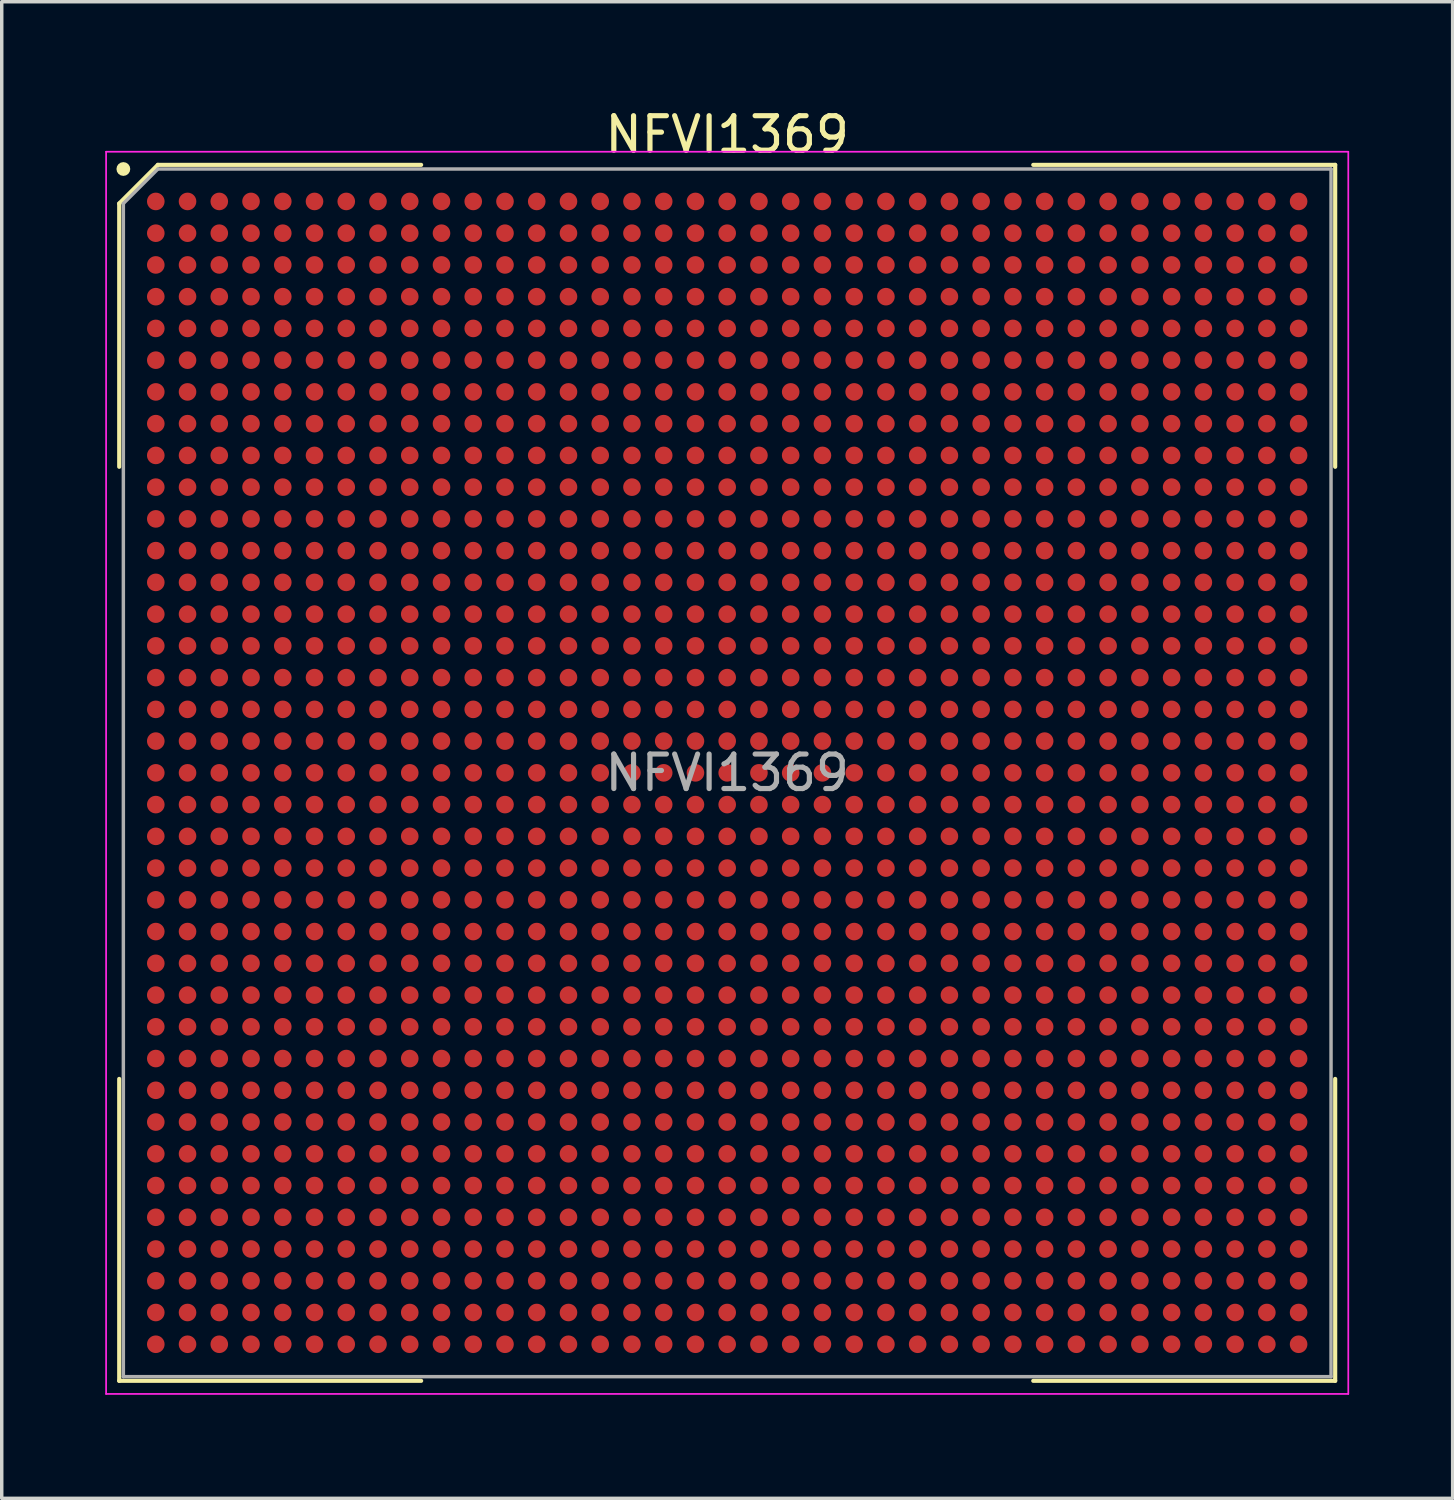
<source format=kicad_pcb>
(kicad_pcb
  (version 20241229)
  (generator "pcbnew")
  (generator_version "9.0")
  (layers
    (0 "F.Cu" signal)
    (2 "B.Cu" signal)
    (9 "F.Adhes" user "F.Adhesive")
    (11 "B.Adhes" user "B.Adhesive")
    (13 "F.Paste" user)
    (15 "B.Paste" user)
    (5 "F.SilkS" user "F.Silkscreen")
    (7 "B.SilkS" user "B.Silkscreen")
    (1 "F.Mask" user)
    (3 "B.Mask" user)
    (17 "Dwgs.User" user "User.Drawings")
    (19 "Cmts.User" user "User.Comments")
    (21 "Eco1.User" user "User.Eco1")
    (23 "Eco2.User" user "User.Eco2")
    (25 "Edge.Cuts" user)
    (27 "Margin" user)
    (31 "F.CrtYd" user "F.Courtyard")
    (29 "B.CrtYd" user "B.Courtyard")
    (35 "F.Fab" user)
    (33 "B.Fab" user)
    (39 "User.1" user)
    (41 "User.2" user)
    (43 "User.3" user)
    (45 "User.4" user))
  (footprint "NFVI1369"
    (layer "F.Cu")
    (at 18.025 19.348)
    (property "Reference" "NFVI1369" (at 0 -18.5 0) (layer "F.SilkS") (effects (font (size 1 1) (thickness 0.15))))
    (attr smd)
    (fp_line (start -17.62 -16.5) (end -17.62 -8.87) (stroke (width 0.12) (type default)) (layer "F.SilkS"))
    (fp_line (start -17.62 17.62) (end -17.62 8.87) (stroke (width 0.12) (type default)) (layer "F.SilkS"))
    (fp_line (start -16.5 -17.62) (end -17.62 -16.5) (stroke (width 0.12) (type default)) (layer "F.SilkS"))
    (fp_line (start -8.87 -17.62) (end -16.5 -17.62) (stroke (width 0.12) (type default)) (layer "F.SilkS"))
    (fp_line (start -8.87 17.62) (end -17.62 17.62) (stroke (width 0.12) (type default)) (layer "F.SilkS"))
    (fp_line (start 8.87 -17.62) (end 17.62 -17.62) (stroke (width 0.12) (type default)) (layer "F.SilkS"))
    (fp_line (start 8.87 17.62) (end 17.62 17.62) (stroke (width 0.12) (type default)) (layer "F.SilkS"))
    (fp_line (start 17.62 -17.62) (end 17.62 -8.87) (stroke (width 0.12) (type default)) (layer "F.SilkS"))
    (fp_line (start 17.62 17.62) (end 17.62 8.87) (stroke (width 0.12) (type default)) (layer "F.SilkS"))
    (fp_circle (center -17.5 -17.5) (end -17.5 -17.4) (stroke (width 0.2) (type default)) (fill no) (layer "F.SilkS"))
    (fp_line (start -18 -18) (end 18 -18) (stroke (width 0.05) (type default)) (layer "F.CrtYd"))
    (fp_line (start -18 18) (end -18 -18) (stroke (width 0.05) (type default)) (layer "F.CrtYd"))
    (fp_line (start 18 -18) (end 18 18) (stroke (width 0.05) (type default)) (layer "F.CrtYd"))
    (fp_line (start 18 18) (end -18 18) (stroke (width 0.05) (type default)) (layer "F.CrtYd"))
    (fp_line (start -17.5 -16.5) (end -17.5 17.5) (stroke (width 0.1) (type default)) (layer "F.Fab"))
    (fp_line (start -17.5 17.5) (end 17.5 17.5) (stroke (width 0.1) (type default)) (layer "F.Fab"))
    (fp_line (start -16.5 -17.5) (end -17.5 -16.5) (stroke (width 0.1) (type default)) (layer "F.Fab"))
    (fp_line (start 17.5 -17.5) (end -16.5 -17.5) (stroke (width 0.1) (type default)) (layer "F.Fab"))
    (fp_line (start 17.5 17.5) (end 17.5 -17.5) (stroke (width 0.1) (type default)) (layer "F.Fab"))
    (fp_text user "${REFERENCE}" (at 0 0 0) (layer "F.Fab") (effects (font (size 1 1) (thickness 0.15))))
    (pad "A1" smd circle (at -16.56 -16.56) (size 0.51 0.51) (layers "F.Cu" "F.Mask" "F.Paste"))
    (pad "A2" smd circle (at -15.64 -16.56) (size 0.51 0.51) (layers "F.Cu" "F.Mask" "F.Paste"))
    (pad "A3" smd circle (at -14.72 -16.56) (size 0.51 0.51) (layers "F.Cu" "F.Mask" "F.Paste"))
    (pad "A4" smd circle (at -13.8 -16.56) (size 0.51 0.51) (layers "F.Cu" "F.Mask" "F.Paste"))
    (pad "A5" smd circle (at -12.88 -16.56) (size 0.51 0.51) (layers "F.Cu" "F.Mask" "F.Paste"))
    (pad "A6" smd circle (at -11.96 -16.56) (size 0.51 0.51) (layers "F.Cu" "F.Mask" "F.Paste"))
    (pad "A7" smd circle (at -11.04 -16.56) (size 0.51 0.51) (layers "F.Cu" "F.Mask" "F.Paste"))
    (pad "A8" smd circle (at -10.12 -16.56) (size 0.51 0.51) (layers "F.Cu" "F.Mask" "F.Paste"))
    (pad "A9" smd circle (at -9.2 -16.56) (size 0.51 0.51) (layers "F.Cu" "F.Mask" "F.Paste"))
    (pad "A10" smd circle (at -8.28 -16.56) (size 0.51 0.51) (layers "F.Cu" "F.Mask" "F.Paste"))
    (pad "A11" smd circle (at -7.36 -16.56) (size 0.51 0.51) (layers "F.Cu" "F.Mask" "F.Paste"))
    (pad "A12" smd circle (at -6.44 -16.56) (size 0.51 0.51) (layers "F.Cu" "F.Mask" "F.Paste"))
    (pad "A13" smd circle (at -5.52 -16.56) (size 0.51 0.51) (layers "F.Cu" "F.Mask" "F.Paste"))
    (pad "A14" smd circle (at -4.6 -16.56) (size 0.51 0.51) (layers "F.Cu" "F.Mask" "F.Paste"))
    (pad "A15" smd circle (at -3.68 -16.56) (size 0.51 0.51) (layers "F.Cu" "F.Mask" "F.Paste"))
    (pad "A16" smd circle (at -2.76 -16.56) (size 0.51 0.51) (layers "F.Cu" "F.Mask" "F.Paste"))
    (pad "A17" smd circle (at -1.84 -16.56) (size 0.51 0.51) (layers "F.Cu" "F.Mask" "F.Paste"))
    (pad "A18" smd circle (at -0.92 -16.56) (size 0.51 0.51) (layers "F.Cu" "F.Mask" "F.Paste"))
    (pad "A19" smd circle (at 0 -16.56) (size 0.51 0.51) (layers "F.Cu" "F.Mask" "F.Paste"))
    (pad "A20" smd circle (at 0.92 -16.56) (size 0.51 0.51) (layers "F.Cu" "F.Mask" "F.Paste"))
    (pad "A21" smd circle (at 1.84 -16.56) (size 0.51 0.51) (layers "F.Cu" "F.Mask" "F.Paste"))
    (pad "A22" smd circle (at 2.76 -16.56) (size 0.51 0.51) (layers "F.Cu" "F.Mask" "F.Paste"))
    (pad "A23" smd circle (at 3.68 -16.56) (size 0.51 0.51) (layers "F.Cu" "F.Mask" "F.Paste"))
    (pad "A24" smd circle (at 4.6 -16.56) (size 0.51 0.51) (layers "F.Cu" "F.Mask" "F.Paste"))
    (pad "A25" smd circle (at 5.52 -16.56) (size 0.51 0.51) (layers "F.Cu" "F.Mask" "F.Paste"))
    (pad "A26" smd circle (at 6.44 -16.56) (size 0.51 0.51) (layers "F.Cu" "F.Mask" "F.Paste"))
    (pad "A27" smd circle (at 7.36 -16.56) (size 0.51 0.51) (layers "F.Cu" "F.Mask" "F.Paste"))
    (pad "A28" smd circle (at 8.28 -16.56) (size 0.51 0.51) (layers "F.Cu" "F.Mask" "F.Paste"))
    (pad "A29" smd circle (at 9.2 -16.56) (size 0.51 0.51) (layers "F.Cu" "F.Mask" "F.Paste"))
    (pad "A30" smd circle (at 10.12 -16.56) (size 0.51 0.51) (layers "F.Cu" "F.Mask" "F.Paste"))
    (pad "A31" smd circle (at 11.04 -16.56) (size 0.51 0.51) (layers "F.Cu" "F.Mask" "F.Paste"))
    (pad "A32" smd circle (at 11.96 -16.56) (size 0.51 0.51) (layers "F.Cu" "F.Mask" "F.Paste"))
    (pad "A33" smd circle (at 12.88 -16.56) (size 0.51 0.51) (layers "F.Cu" "F.Mask" "F.Paste"))
    (pad "A34" smd circle (at 13.8 -16.56) (size 0.51 0.51) (layers "F.Cu" "F.Mask" "F.Paste"))
    (pad "A35" smd circle (at 14.72 -16.56) (size 0.51 0.51) (layers "F.Cu" "F.Mask" "F.Paste"))
    (pad "A36" smd circle (at 15.64 -16.56) (size 0.51 0.51) (layers "F.Cu" "F.Mask" "F.Paste"))
    (pad "A37" smd circle (at 16.56 -16.56) (size 0.51 0.51) (layers "F.Cu" "F.Mask" "F.Paste"))
    (pad "AA1" smd circle (at -16.56 1.84) (size 0.51 0.51) (layers "F.Cu" "F.Mask" "F.Paste"))
    (pad "AA2" smd circle (at -15.64 1.84) (size 0.51 0.51) (layers "F.Cu" "F.Mask" "F.Paste"))
    (pad "AA3" smd circle (at -14.72 1.84) (size 0.51 0.51) (layers "F.Cu" "F.Mask" "F.Paste"))
    (pad "AA4" smd circle (at -13.8 1.84) (size 0.51 0.51) (layers "F.Cu" "F.Mask" "F.Paste"))
    (pad "AA5" smd circle (at -12.88 1.84) (size 0.51 0.51) (layers "F.Cu" "F.Mask" "F.Paste"))
    (pad "AA6" smd circle (at -11.96 1.84) (size 0.51 0.51) (layers "F.Cu" "F.Mask" "F.Paste"))
    (pad "AA7" smd circle (at -11.04 1.84) (size 0.51 0.51) (layers "F.Cu" "F.Mask" "F.Paste"))
    (pad "AA8" smd circle (at -10.12 1.84) (size 0.51 0.51) (layers "F.Cu" "F.Mask" "F.Paste"))
    (pad "AA9" smd circle (at -9.2 1.84) (size 0.51 0.51) (layers "F.Cu" "F.Mask" "F.Paste"))
    (pad "AA10" smd circle (at -8.28 1.84) (size 0.51 0.51) (layers "F.Cu" "F.Mask" "F.Paste"))
    (pad "AA11" smd circle (at -7.36 1.84) (size 0.51 0.51) (layers "F.Cu" "F.Mask" "F.Paste"))
    (pad "AA12" smd circle (at -6.44 1.84) (size 0.51 0.51) (layers "F.Cu" "F.Mask" "F.Paste"))
    (pad "AA13" smd circle (at -5.52 1.84) (size 0.51 0.51) (layers "F.Cu" "F.Mask" "F.Paste"))
    (pad "AA14" smd circle (at -4.6 1.84) (size 0.51 0.51) (layers "F.Cu" "F.Mask" "F.Paste"))
    (pad "AA15" smd circle (at -3.68 1.84) (size 0.51 0.51) (layers "F.Cu" "F.Mask" "F.Paste"))
    (pad "AA16" smd circle (at -2.76 1.84) (size 0.51 0.51) (layers "F.Cu" "F.Mask" "F.Paste"))
    (pad "AA17" smd circle (at -1.84 1.84) (size 0.51 0.51) (layers "F.Cu" "F.Mask" "F.Paste"))
    (pad "AA18" smd circle (at -0.92 1.84) (size 0.51 0.51) (layers "F.Cu" "F.Mask" "F.Paste"))
    (pad "AA19" smd circle (at 0 1.84) (size 0.51 0.51) (layers "F.Cu" "F.Mask" "F.Paste"))
    (pad "AA20" smd circle (at 0.92 1.84) (size 0.51 0.51) (layers "F.Cu" "F.Mask" "F.Paste"))
    (pad "AA21" smd circle (at 1.84 1.84) (size 0.51 0.51) (layers "F.Cu" "F.Mask" "F.Paste"))
    (pad "AA22" smd circle (at 2.76 1.84) (size 0.51 0.51) (layers "F.Cu" "F.Mask" "F.Paste"))
    (pad "AA23" smd circle (at 3.68 1.84) (size 0.51 0.51) (layers "F.Cu" "F.Mask" "F.Paste"))
    (pad "AA24" smd circle (at 4.6 1.84) (size 0.51 0.51) (layers "F.Cu" "F.Mask" "F.Paste"))
    (pad "AA25" smd circle (at 5.52 1.84) (size 0.51 0.51) (layers "F.Cu" "F.Mask" "F.Paste"))
    (pad "AA26" smd circle (at 6.44 1.84) (size 0.51 0.51) (layers "F.Cu" "F.Mask" "F.Paste"))
    (pad "AA27" smd circle (at 7.36 1.84) (size 0.51 0.51) (layers "F.Cu" "F.Mask" "F.Paste"))
    (pad "AA28" smd circle (at 8.28 1.84) (size 0.51 0.51) (layers "F.Cu" "F.Mask" "F.Paste"))
    (pad "AA29" smd circle (at 9.2 1.84) (size 0.51 0.51) (layers "F.Cu" "F.Mask" "F.Paste"))
    (pad "AA30" smd circle (at 10.12 1.84) (size 0.51 0.51) (layers "F.Cu" "F.Mask" "F.Paste"))
    (pad "AA31" smd circle (at 11.04 1.84) (size 0.51 0.51) (layers "F.Cu" "F.Mask" "F.Paste"))
    (pad "AA32" smd circle (at 11.96 1.84) (size 0.51 0.51) (layers "F.Cu" "F.Mask" "F.Paste"))
    (pad "AA33" smd circle (at 12.88 1.84) (size 0.51 0.51) (layers "F.Cu" "F.Mask" "F.Paste"))
    (pad "AA34" smd circle (at 13.8 1.84) (size 0.51 0.51) (layers "F.Cu" "F.Mask" "F.Paste"))
    (pad "AA35" smd circle (at 14.72 1.84) (size 0.51 0.51) (layers "F.Cu" "F.Mask" "F.Paste"))
    (pad "AA36" smd circle (at 15.64 1.84) (size 0.51 0.51) (layers "F.Cu" "F.Mask" "F.Paste"))
    (pad "AA37" smd circle (at 16.56 1.84) (size 0.51 0.51) (layers "F.Cu" "F.Mask" "F.Paste"))
    (pad "AB1" smd circle (at -16.56 2.76) (size 0.51 0.51) (layers "F.Cu" "F.Mask" "F.Paste"))
    (pad "AB2" smd circle (at -15.64 2.76) (size 0.51 0.51) (layers "F.Cu" "F.Mask" "F.Paste"))
    (pad "AB3" smd circle (at -14.72 2.76) (size 0.51 0.51) (layers "F.Cu" "F.Mask" "F.Paste"))
    (pad "AB4" smd circle (at -13.8 2.76) (size 0.51 0.51) (layers "F.Cu" "F.Mask" "F.Paste"))
    (pad "AB5" smd circle (at -12.88 2.76) (size 0.51 0.51) (layers "F.Cu" "F.Mask" "F.Paste"))
    (pad "AB6" smd circle (at -11.96 2.76) (size 0.51 0.51) (layers "F.Cu" "F.Mask" "F.Paste"))
    (pad "AB7" smd circle (at -11.04 2.76) (size 0.51 0.51) (layers "F.Cu" "F.Mask" "F.Paste"))
    (pad "AB8" smd circle (at -10.12 2.76) (size 0.51 0.51) (layers "F.Cu" "F.Mask" "F.Paste"))
    (pad "AB9" smd circle (at -9.2 2.76) (size 0.51 0.51) (layers "F.Cu" "F.Mask" "F.Paste"))
    (pad "AB10" smd circle (at -8.28 2.76) (size 0.51 0.51) (layers "F.Cu" "F.Mask" "F.Paste"))
    (pad "AB11" smd circle (at -7.36 2.76) (size 0.51 0.51) (layers "F.Cu" "F.Mask" "F.Paste"))
    (pad "AB12" smd circle (at -6.44 2.76) (size 0.51 0.51) (layers "F.Cu" "F.Mask" "F.Paste"))
    (pad "AB13" smd circle (at -5.52 2.76) (size 0.51 0.51) (layers "F.Cu" "F.Mask" "F.Paste"))
    (pad "AB14" smd circle (at -4.6 2.76) (size 0.51 0.51) (layers "F.Cu" "F.Mask" "F.Paste"))
    (pad "AB15" smd circle (at -3.68 2.76) (size 0.51 0.51) (layers "F.Cu" "F.Mask" "F.Paste"))
    (pad "AB16" smd circle (at -2.76 2.76) (size 0.51 0.51) (layers "F.Cu" "F.Mask" "F.Paste"))
    (pad "AB17" smd circle (at -1.84 2.76) (size 0.51 0.51) (layers "F.Cu" "F.Mask" "F.Paste"))
    (pad "AB18" smd circle (at -0.92 2.76) (size 0.51 0.51) (layers "F.Cu" "F.Mask" "F.Paste"))
    (pad "AB19" smd circle (at 0 2.76) (size 0.51 0.51) (layers "F.Cu" "F.Mask" "F.Paste"))
    (pad "AB20" smd circle (at 0.92 2.76) (size 0.51 0.51) (layers "F.Cu" "F.Mask" "F.Paste"))
    (pad "AB21" smd circle (at 1.84 2.76) (size 0.51 0.51) (layers "F.Cu" "F.Mask" "F.Paste"))
    (pad "AB22" smd circle (at 2.76 2.76) (size 0.51 0.51) (layers "F.Cu" "F.Mask" "F.Paste"))
    (pad "AB23" smd circle (at 3.68 2.76) (size 0.51 0.51) (layers "F.Cu" "F.Mask" "F.Paste"))
    (pad "AB24" smd circle (at 4.6 2.76) (size 0.51 0.51) (layers "F.Cu" "F.Mask" "F.Paste"))
    (pad "AB25" smd circle (at 5.52 2.76) (size 0.51 0.51) (layers "F.Cu" "F.Mask" "F.Paste"))
    (pad "AB26" smd circle (at 6.44 2.76) (size 0.51 0.51) (layers "F.Cu" "F.Mask" "F.Paste"))
    (pad "AB27" smd circle (at 7.36 2.76) (size 0.51 0.51) (layers "F.Cu" "F.Mask" "F.Paste"))
    (pad "AB28" smd circle (at 8.28 2.76) (size 0.51 0.51) (layers "F.Cu" "F.Mask" "F.Paste"))
    (pad "AB29" smd circle (at 9.2 2.76) (size 0.51 0.51) (layers "F.Cu" "F.Mask" "F.Paste"))
    (pad "AB30" smd circle (at 10.12 2.76) (size 0.51 0.51) (layers "F.Cu" "F.Mask" "F.Paste"))
    (pad "AB31" smd circle (at 11.04 2.76) (size 0.51 0.51) (layers "F.Cu" "F.Mask" "F.Paste"))
    (pad "AB32" smd circle (at 11.96 2.76) (size 0.51 0.51) (layers "F.Cu" "F.Mask" "F.Paste"))
    (pad "AB33" smd circle (at 12.88 2.76) (size 0.51 0.51) (layers "F.Cu" "F.Mask" "F.Paste"))
    (pad "AB34" smd circle (at 13.8 2.76) (size 0.51 0.51) (layers "F.Cu" "F.Mask" "F.Paste"))
    (pad "AB35" smd circle (at 14.72 2.76) (size 0.51 0.51) (layers "F.Cu" "F.Mask" "F.Paste"))
    (pad "AB36" smd circle (at 15.64 2.76) (size 0.51 0.51) (layers "F.Cu" "F.Mask" "F.Paste"))
    (pad "AB37" smd circle (at 16.56 2.76) (size 0.51 0.51) (layers "F.Cu" "F.Mask" "F.Paste"))
    (pad "AC1" smd circle (at -16.56 3.68) (size 0.51 0.51) (layers "F.Cu" "F.Mask" "F.Paste"))
    (pad "AC2" smd circle (at -15.64 3.68) (size 0.51 0.51) (layers "F.Cu" "F.Mask" "F.Paste"))
    (pad "AC3" smd circle (at -14.72 3.68) (size 0.51 0.51) (layers "F.Cu" "F.Mask" "F.Paste"))
    (pad "AC4" smd circle (at -13.8 3.68) (size 0.51 0.51) (layers "F.Cu" "F.Mask" "F.Paste"))
    (pad "AC5" smd circle (at -12.88 3.68) (size 0.51 0.51) (layers "F.Cu" "F.Mask" "F.Paste"))
    (pad "AC6" smd circle (at -11.96 3.68) (size 0.51 0.51) (layers "F.Cu" "F.Mask" "F.Paste"))
    (pad "AC7" smd circle (at -11.04 3.68) (size 0.51 0.51) (layers "F.Cu" "F.Mask" "F.Paste"))
    (pad "AC8" smd circle (at -10.12 3.68) (size 0.51 0.51) (layers "F.Cu" "F.Mask" "F.Paste"))
    (pad "AC9" smd circle (at -9.2 3.68) (size 0.51 0.51) (layers "F.Cu" "F.Mask" "F.Paste"))
    (pad "AC10" smd circle (at -8.28 3.68) (size 0.51 0.51) (layers "F.Cu" "F.Mask" "F.Paste"))
    (pad "AC11" smd circle (at -7.36 3.68) (size 0.51 0.51) (layers "F.Cu" "F.Mask" "F.Paste"))
    (pad "AC12" smd circle (at -6.44 3.68) (size 0.51 0.51) (layers "F.Cu" "F.Mask" "F.Paste"))
    (pad "AC13" smd circle (at -5.52 3.68) (size 0.51 0.51) (layers "F.Cu" "F.Mask" "F.Paste"))
    (pad "AC14" smd circle (at -4.6 3.68) (size 0.51 0.51) (layers "F.Cu" "F.Mask" "F.Paste"))
    (pad "AC15" smd circle (at -3.68 3.68) (size 0.51 0.51) (layers "F.Cu" "F.Mask" "F.Paste"))
    (pad "AC16" smd circle (at -2.76 3.68) (size 0.51 0.51) (layers "F.Cu" "F.Mask" "F.Paste"))
    (pad "AC17" smd circle (at -1.84 3.68) (size 0.51 0.51) (layers "F.Cu" "F.Mask" "F.Paste"))
    (pad "AC18" smd circle (at -0.92 3.68) (size 0.51 0.51) (layers "F.Cu" "F.Mask" "F.Paste"))
    (pad "AC19" smd circle (at 0 3.68) (size 0.51 0.51) (layers "F.Cu" "F.Mask" "F.Paste"))
    (pad "AC20" smd circle (at 0.92 3.68) (size 0.51 0.51) (layers "F.Cu" "F.Mask" "F.Paste"))
    (pad "AC21" smd circle (at 1.84 3.68) (size 0.51 0.51) (layers "F.Cu" "F.Mask" "F.Paste"))
    (pad "AC22" smd circle (at 2.76 3.68) (size 0.51 0.51) (layers "F.Cu" "F.Mask" "F.Paste"))
    (pad "AC23" smd circle (at 3.68 3.68) (size 0.51 0.51) (layers "F.Cu" "F.Mask" "F.Paste"))
    (pad "AC24" smd circle (at 4.6 3.68) (size 0.51 0.51) (layers "F.Cu" "F.Mask" "F.Paste"))
    (pad "AC25" smd circle (at 5.52 3.68) (size 0.51 0.51) (layers "F.Cu" "F.Mask" "F.Paste"))
    (pad "AC26" smd circle (at 6.44 3.68) (size 0.51 0.51) (layers "F.Cu" "F.Mask" "F.Paste"))
    (pad "AC27" smd circle (at 7.36 3.68) (size 0.51 0.51) (layers "F.Cu" "F.Mask" "F.Paste"))
    (pad "AC28" smd circle (at 8.28 3.68) (size 0.51 0.51) (layers "F.Cu" "F.Mask" "F.Paste"))
    (pad "AC29" smd circle (at 9.2 3.68) (size 0.51 0.51) (layers "F.Cu" "F.Mask" "F.Paste"))
    (pad "AC30" smd circle (at 10.12 3.68) (size 0.51 0.51) (layers "F.Cu" "F.Mask" "F.Paste"))
    (pad "AC31" smd circle (at 11.04 3.68) (size 0.51 0.51) (layers "F.Cu" "F.Mask" "F.Paste"))
    (pad "AC32" smd circle (at 11.96 3.68) (size 0.51 0.51) (layers "F.Cu" "F.Mask" "F.Paste"))
    (pad "AC33" smd circle (at 12.88 3.68) (size 0.51 0.51) (layers "F.Cu" "F.Mask" "F.Paste"))
    (pad "AC34" smd circle (at 13.8 3.68) (size 0.51 0.51) (layers "F.Cu" "F.Mask" "F.Paste"))
    (pad "AC35" smd circle (at 14.72 3.68) (size 0.51 0.51) (layers "F.Cu" "F.Mask" "F.Paste"))
    (pad "AC36" smd circle (at 15.64 3.68) (size 0.51 0.51) (layers "F.Cu" "F.Mask" "F.Paste"))
    (pad "AC37" smd circle (at 16.56 3.68) (size 0.51 0.51) (layers "F.Cu" "F.Mask" "F.Paste"))
    (pad "AD1" smd circle (at -16.56 4.6) (size 0.51 0.51) (layers "F.Cu" "F.Mask" "F.Paste"))
    (pad "AD2" smd circle (at -15.64 4.6) (size 0.51 0.51) (layers "F.Cu" "F.Mask" "F.Paste"))
    (pad "AD3" smd circle (at -14.72 4.6) (size 0.51 0.51) (layers "F.Cu" "F.Mask" "F.Paste"))
    (pad "AD4" smd circle (at -13.8 4.6) (size 0.51 0.51) (layers "F.Cu" "F.Mask" "F.Paste"))
    (pad "AD5" smd circle (at -12.88 4.6) (size 0.51 0.51) (layers "F.Cu" "F.Mask" "F.Paste"))
    (pad "AD6" smd circle (at -11.96 4.6) (size 0.51 0.51) (layers "F.Cu" "F.Mask" "F.Paste"))
    (pad "AD7" smd circle (at -11.04 4.6) (size 0.51 0.51) (layers "F.Cu" "F.Mask" "F.Paste"))
    (pad "AD8" smd circle (at -10.12 4.6) (size 0.51 0.51) (layers "F.Cu" "F.Mask" "F.Paste"))
    (pad "AD9" smd circle (at -9.2 4.6) (size 0.51 0.51) (layers "F.Cu" "F.Mask" "F.Paste"))
    (pad "AD10" smd circle (at -8.28 4.6) (size 0.51 0.51) (layers "F.Cu" "F.Mask" "F.Paste"))
    (pad "AD11" smd circle (at -7.36 4.6) (size 0.51 0.51) (layers "F.Cu" "F.Mask" "F.Paste"))
    (pad "AD12" smd circle (at -6.44 4.6) (size 0.51 0.51) (layers "F.Cu" "F.Mask" "F.Paste"))
    (pad "AD13" smd circle (at -5.52 4.6) (size 0.51 0.51) (layers "F.Cu" "F.Mask" "F.Paste"))
    (pad "AD14" smd circle (at -4.6 4.6) (size 0.51 0.51) (layers "F.Cu" "F.Mask" "F.Paste"))
    (pad "AD15" smd circle (at -3.68 4.6) (size 0.51 0.51) (layers "F.Cu" "F.Mask" "F.Paste"))
    (pad "AD16" smd circle (at -2.76 4.6) (size 0.51 0.51) (layers "F.Cu" "F.Mask" "F.Paste"))
    (pad "AD17" smd circle (at -1.84 4.6) (size 0.51 0.51) (layers "F.Cu" "F.Mask" "F.Paste"))
    (pad "AD18" smd circle (at -0.92 4.6) (size 0.51 0.51) (layers "F.Cu" "F.Mask" "F.Paste"))
    (pad "AD19" smd circle (at 0 4.6) (size 0.51 0.51) (layers "F.Cu" "F.Mask" "F.Paste"))
    (pad "AD20" smd circle (at 0.92 4.6) (size 0.51 0.51) (layers "F.Cu" "F.Mask" "F.Paste"))
    (pad "AD21" smd circle (at 1.84 4.6) (size 0.51 0.51) (layers "F.Cu" "F.Mask" "F.Paste"))
    (pad "AD22" smd circle (at 2.76 4.6) (size 0.51 0.51) (layers "F.Cu" "F.Mask" "F.Paste"))
    (pad "AD23" smd circle (at 3.68 4.6) (size 0.51 0.51) (layers "F.Cu" "F.Mask" "F.Paste"))
    (pad "AD24" smd circle (at 4.6 4.6) (size 0.51 0.51) (layers "F.Cu" "F.Mask" "F.Paste"))
    (pad "AD25" smd circle (at 5.52 4.6) (size 0.51 0.51) (layers "F.Cu" "F.Mask" "F.Paste"))
    (pad "AD26" smd circle (at 6.44 4.6) (size 0.51 0.51) (layers "F.Cu" "F.Mask" "F.Paste"))
    (pad "AD27" smd circle (at 7.36 4.6) (size 0.51 0.51) (layers "F.Cu" "F.Mask" "F.Paste"))
    (pad "AD28" smd circle (at 8.28 4.6) (size 0.51 0.51) (layers "F.Cu" "F.Mask" "F.Paste"))
    (pad "AD29" smd circle (at 9.2 4.6) (size 0.51 0.51) (layers "F.Cu" "F.Mask" "F.Paste"))
    (pad "AD30" smd circle (at 10.12 4.6) (size 0.51 0.51) (layers "F.Cu" "F.Mask" "F.Paste"))
    (pad "AD31" smd circle (at 11.04 4.6) (size 0.51 0.51) (layers "F.Cu" "F.Mask" "F.Paste"))
    (pad "AD32" smd circle (at 11.96 4.6) (size 0.51 0.51) (layers "F.Cu" "F.Mask" "F.Paste"))
    (pad "AD33" smd circle (at 12.88 4.6) (size 0.51 0.51) (layers "F.Cu" "F.Mask" "F.Paste"))
    (pad "AD34" smd circle (at 13.8 4.6) (size 0.51 0.51) (layers "F.Cu" "F.Mask" "F.Paste"))
    (pad "AD35" smd circle (at 14.72 4.6) (size 0.51 0.51) (layers "F.Cu" "F.Mask" "F.Paste"))
    (pad "AD36" smd circle (at 15.64 4.6) (size 0.51 0.51) (layers "F.Cu" "F.Mask" "F.Paste"))
    (pad "AD37" smd circle (at 16.56 4.6) (size 0.51 0.51) (layers "F.Cu" "F.Mask" "F.Paste"))
    (pad "AE1" smd circle (at -16.56 5.52) (size 0.51 0.51) (layers "F.Cu" "F.Mask" "F.Paste"))
    (pad "AE2" smd circle (at -15.64 5.52) (size 0.51 0.51) (layers "F.Cu" "F.Mask" "F.Paste"))
    (pad "AE3" smd circle (at -14.72 5.52) (size 0.51 0.51) (layers "F.Cu" "F.Mask" "F.Paste"))
    (pad "AE4" smd circle (at -13.8 5.52) (size 0.51 0.51) (layers "F.Cu" "F.Mask" "F.Paste"))
    (pad "AE5" smd circle (at -12.88 5.52) (size 0.51 0.51) (layers "F.Cu" "F.Mask" "F.Paste"))
    (pad "AE6" smd circle (at -11.96 5.52) (size 0.51 0.51) (layers "F.Cu" "F.Mask" "F.Paste"))
    (pad "AE7" smd circle (at -11.04 5.52) (size 0.51 0.51) (layers "F.Cu" "F.Mask" "F.Paste"))
    (pad "AE8" smd circle (at -10.12 5.52) (size 0.51 0.51) (layers "F.Cu" "F.Mask" "F.Paste"))
    (pad "AE9" smd circle (at -9.2 5.52) (size 0.51 0.51) (layers "F.Cu" "F.Mask" "F.Paste"))
    (pad "AE10" smd circle (at -8.28 5.52) (size 0.51 0.51) (layers "F.Cu" "F.Mask" "F.Paste"))
    (pad "AE11" smd circle (at -7.36 5.52) (size 0.51 0.51) (layers "F.Cu" "F.Mask" "F.Paste"))
    (pad "AE12" smd circle (at -6.44 5.52) (size 0.51 0.51) (layers "F.Cu" "F.Mask" "F.Paste"))
    (pad "AE13" smd circle (at -5.52 5.52) (size 0.51 0.51) (layers "F.Cu" "F.Mask" "F.Paste"))
    (pad "AE14" smd circle (at -4.6 5.52) (size 0.51 0.51) (layers "F.Cu" "F.Mask" "F.Paste"))
    (pad "AE15" smd circle (at -3.68 5.52) (size 0.51 0.51) (layers "F.Cu" "F.Mask" "F.Paste"))
    (pad "AE16" smd circle (at -2.76 5.52) (size 0.51 0.51) (layers "F.Cu" "F.Mask" "F.Paste"))
    (pad "AE17" smd circle (at -1.84 5.52) (size 0.51 0.51) (layers "F.Cu" "F.Mask" "F.Paste"))
    (pad "AE18" smd circle (at -0.92 5.52) (size 0.51 0.51) (layers "F.Cu" "F.Mask" "F.Paste"))
    (pad "AE19" smd circle (at 0 5.52) (size 0.51 0.51) (layers "F.Cu" "F.Mask" "F.Paste"))
    (pad "AE20" smd circle (at 0.92 5.52) (size 0.51 0.51) (layers "F.Cu" "F.Mask" "F.Paste"))
    (pad "AE21" smd circle (at 1.84 5.52) (size 0.51 0.51) (layers "F.Cu" "F.Mask" "F.Paste"))
    (pad "AE22" smd circle (at 2.76 5.52) (size 0.51 0.51) (layers "F.Cu" "F.Mask" "F.Paste"))
    (pad "AE23" smd circle (at 3.68 5.52) (size 0.51 0.51) (layers "F.Cu" "F.Mask" "F.Paste"))
    (pad "AE24" smd circle (at 4.6 5.52) (size 0.51 0.51) (layers "F.Cu" "F.Mask" "F.Paste"))
    (pad "AE25" smd circle (at 5.52 5.52) (size 0.51 0.51) (layers "F.Cu" "F.Mask" "F.Paste"))
    (pad "AE26" smd circle (at 6.44 5.52) (size 0.51 0.51) (layers "F.Cu" "F.Mask" "F.Paste"))
    (pad "AE27" smd circle (at 7.36 5.52) (size 0.51 0.51) (layers "F.Cu" "F.Mask" "F.Paste"))
    (pad "AE28" smd circle (at 8.28 5.52) (size 0.51 0.51) (layers "F.Cu" "F.Mask" "F.Paste"))
    (pad "AE29" smd circle (at 9.2 5.52) (size 0.51 0.51) (layers "F.Cu" "F.Mask" "F.Paste"))
    (pad "AE30" smd circle (at 10.12 5.52) (size 0.51 0.51) (layers "F.Cu" "F.Mask" "F.Paste"))
    (pad "AE31" smd circle (at 11.04 5.52) (size 0.51 0.51) (layers "F.Cu" "F.Mask" "F.Paste"))
    (pad "AE32" smd circle (at 11.96 5.52) (size 0.51 0.51) (layers "F.Cu" "F.Mask" "F.Paste"))
    (pad "AE33" smd circle (at 12.88 5.52) (size 0.51 0.51) (layers "F.Cu" "F.Mask" "F.Paste"))
    (pad "AE34" smd circle (at 13.8 5.52) (size 0.51 0.51) (layers "F.Cu" "F.Mask" "F.Paste"))
    (pad "AE35" smd circle (at 14.72 5.52) (size 0.51 0.51) (layers "F.Cu" "F.Mask" "F.Paste"))
    (pad "AE36" smd circle (at 15.64 5.52) (size 0.51 0.51) (layers "F.Cu" "F.Mask" "F.Paste"))
    (pad "AE37" smd circle (at 16.56 5.52) (size 0.51 0.51) (layers "F.Cu" "F.Mask" "F.Paste"))
    (pad "AF1" smd circle (at -16.56 6.44) (size 0.51 0.51) (layers "F.Cu" "F.Mask" "F.Paste"))
    (pad "AF2" smd circle (at -15.64 6.44) (size 0.51 0.51) (layers "F.Cu" "F.Mask" "F.Paste"))
    (pad "AF3" smd circle (at -14.72 6.44) (size 0.51 0.51) (layers "F.Cu" "F.Mask" "F.Paste"))
    (pad "AF4" smd circle (at -13.8 6.44) (size 0.51 0.51) (layers "F.Cu" "F.Mask" "F.Paste"))
    (pad "AF5" smd circle (at -12.88 6.44) (size 0.51 0.51) (layers "F.Cu" "F.Mask" "F.Paste"))
    (pad "AF6" smd circle (at -11.96 6.44) (size 0.51 0.51) (layers "F.Cu" "F.Mask" "F.Paste"))
    (pad "AF7" smd circle (at -11.04 6.44) (size 0.51 0.51) (layers "F.Cu" "F.Mask" "F.Paste"))
    (pad "AF8" smd circle (at -10.12 6.44) (size 0.51 0.51) (layers "F.Cu" "F.Mask" "F.Paste"))
    (pad "AF9" smd circle (at -9.2 6.44) (size 0.51 0.51) (layers "F.Cu" "F.Mask" "F.Paste"))
    (pad "AF10" smd circle (at -8.28 6.44) (size 0.51 0.51) (layers "F.Cu" "F.Mask" "F.Paste"))
    (pad "AF11" smd circle (at -7.36 6.44) (size 0.51 0.51) (layers "F.Cu" "F.Mask" "F.Paste"))
    (pad "AF12" smd circle (at -6.44 6.44) (size 0.51 0.51) (layers "F.Cu" "F.Mask" "F.Paste"))
    (pad "AF13" smd circle (at -5.52 6.44) (size 0.51 0.51) (layers "F.Cu" "F.Mask" "F.Paste"))
    (pad "AF14" smd circle (at -4.6 6.44) (size 0.51 0.51) (layers "F.Cu" "F.Mask" "F.Paste"))
    (pad "AF15" smd circle (at -3.68 6.44) (size 0.51 0.51) (layers "F.Cu" "F.Mask" "F.Paste"))
    (pad "AF16" smd circle (at -2.76 6.44) (size 0.51 0.51) (layers "F.Cu" "F.Mask" "F.Paste"))
    (pad "AF17" smd circle (at -1.84 6.44) (size 0.51 0.51) (layers "F.Cu" "F.Mask" "F.Paste"))
    (pad "AF18" smd circle (at -0.92 6.44) (size 0.51 0.51) (layers "F.Cu" "F.Mask" "F.Paste"))
    (pad "AF19" smd circle (at 0 6.44) (size 0.51 0.51) (layers "F.Cu" "F.Mask" "F.Paste"))
    (pad "AF20" smd circle (at 0.92 6.44) (size 0.51 0.51) (layers "F.Cu" "F.Mask" "F.Paste"))
    (pad "AF21" smd circle (at 1.84 6.44) (size 0.51 0.51) (layers "F.Cu" "F.Mask" "F.Paste"))
    (pad "AF22" smd circle (at 2.76 6.44) (size 0.51 0.51) (layers "F.Cu" "F.Mask" "F.Paste"))
    (pad "AF23" smd circle (at 3.68 6.44) (size 0.51 0.51) (layers "F.Cu" "F.Mask" "F.Paste"))
    (pad "AF24" smd circle (at 4.6 6.44) (size 0.51 0.51) (layers "F.Cu" "F.Mask" "F.Paste"))
    (pad "AF25" smd circle (at 5.52 6.44) (size 0.51 0.51) (layers "F.Cu" "F.Mask" "F.Paste"))
    (pad "AF26" smd circle (at 6.44 6.44) (size 0.51 0.51) (layers "F.Cu" "F.Mask" "F.Paste"))
    (pad "AF27" smd circle (at 7.36 6.44) (size 0.51 0.51) (layers "F.Cu" "F.Mask" "F.Paste"))
    (pad "AF28" smd circle (at 8.28 6.44) (size 0.51 0.51) (layers "F.Cu" "F.Mask" "F.Paste"))
    (pad "AF29" smd circle (at 9.2 6.44) (size 0.51 0.51) (layers "F.Cu" "F.Mask" "F.Paste"))
    (pad "AF30" smd circle (at 10.12 6.44) (size 0.51 0.51) (layers "F.Cu" "F.Mask" "F.Paste"))
    (pad "AF31" smd circle (at 11.04 6.44) (size 0.51 0.51) (layers "F.Cu" "F.Mask" "F.Paste"))
    (pad "AF32" smd circle (at 11.96 6.44) (size 0.51 0.51) (layers "F.Cu" "F.Mask" "F.Paste"))
    (pad "AF33" smd circle (at 12.88 6.44) (size 0.51 0.51) (layers "F.Cu" "F.Mask" "F.Paste"))
    (pad "AF34" smd circle (at 13.8 6.44) (size 0.51 0.51) (layers "F.Cu" "F.Mask" "F.Paste"))
    (pad "AF35" smd circle (at 14.72 6.44) (size 0.51 0.51) (layers "F.Cu" "F.Mask" "F.Paste"))
    (pad "AF36" smd circle (at 15.64 6.44) (size 0.51 0.51) (layers "F.Cu" "F.Mask" "F.Paste"))
    (pad "AF37" smd circle (at 16.56 6.44) (size 0.51 0.51) (layers "F.Cu" "F.Mask" "F.Paste"))
    (pad "AG1" smd circle (at -16.56 7.36) (size 0.51 0.51) (layers "F.Cu" "F.Mask" "F.Paste"))
    (pad "AG2" smd circle (at -15.64 7.36) (size 0.51 0.51) (layers "F.Cu" "F.Mask" "F.Paste"))
    (pad "AG3" smd circle (at -14.72 7.36) (size 0.51 0.51) (layers "F.Cu" "F.Mask" "F.Paste"))
    (pad "AG4" smd circle (at -13.8 7.36) (size 0.51 0.51) (layers "F.Cu" "F.Mask" "F.Paste"))
    (pad "AG5" smd circle (at -12.88 7.36) (size 0.51 0.51) (layers "F.Cu" "F.Mask" "F.Paste"))
    (pad "AG6" smd circle (at -11.96 7.36) (size 0.51 0.51) (layers "F.Cu" "F.Mask" "F.Paste"))
    (pad "AG7" smd circle (at -11.04 7.36) (size 0.51 0.51) (layers "F.Cu" "F.Mask" "F.Paste"))
    (pad "AG8" smd circle (at -10.12 7.36) (size 0.51 0.51) (layers "F.Cu" "F.Mask" "F.Paste"))
    (pad "AG9" smd circle (at -9.2 7.36) (size 0.51 0.51) (layers "F.Cu" "F.Mask" "F.Paste"))
    (pad "AG10" smd circle (at -8.28 7.36) (size 0.51 0.51) (layers "F.Cu" "F.Mask" "F.Paste"))
    (pad "AG11" smd circle (at -7.36 7.36) (size 0.51 0.51) (layers "F.Cu" "F.Mask" "F.Paste"))
    (pad "AG12" smd circle (at -6.44 7.36) (size 0.51 0.51) (layers "F.Cu" "F.Mask" "F.Paste"))
    (pad "AG13" smd circle (at -5.52 7.36) (size 0.51 0.51) (layers "F.Cu" "F.Mask" "F.Paste"))
    (pad "AG14" smd circle (at -4.6 7.36) (size 0.51 0.51) (layers "F.Cu" "F.Mask" "F.Paste"))
    (pad "AG15" smd circle (at -3.68 7.36) (size 0.51 0.51) (layers "F.Cu" "F.Mask" "F.Paste"))
    (pad "AG16" smd circle (at -2.76 7.36) (size 0.51 0.51) (layers "F.Cu" "F.Mask" "F.Paste"))
    (pad "AG17" smd circle (at -1.84 7.36) (size 0.51 0.51) (layers "F.Cu" "F.Mask" "F.Paste"))
    (pad "AG18" smd circle (at -0.92 7.36) (size 0.51 0.51) (layers "F.Cu" "F.Mask" "F.Paste"))
    (pad "AG19" smd circle (at 0 7.36) (size 0.51 0.51) (layers "F.Cu" "F.Mask" "F.Paste"))
    (pad "AG20" smd circle (at 0.92 7.36) (size 0.51 0.51) (layers "F.Cu" "F.Mask" "F.Paste"))
    (pad "AG21" smd circle (at 1.84 7.36) (size 0.51 0.51) (layers "F.Cu" "F.Mask" "F.Paste"))
    (pad "AG22" smd circle (at 2.76 7.36) (size 0.51 0.51) (layers "F.Cu" "F.Mask" "F.Paste"))
    (pad "AG23" smd circle (at 3.68 7.36) (size 0.51 0.51) (layers "F.Cu" "F.Mask" "F.Paste"))
    (pad "AG24" smd circle (at 4.6 7.36) (size 0.51 0.51) (layers "F.Cu" "F.Mask" "F.Paste"))
    (pad "AG25" smd circle (at 5.52 7.36) (size 0.51 0.51) (layers "F.Cu" "F.Mask" "F.Paste"))
    (pad "AG26" smd circle (at 6.44 7.36) (size 0.51 0.51) (layers "F.Cu" "F.Mask" "F.Paste"))
    (pad "AG27" smd circle (at 7.36 7.36) (size 0.51 0.51) (layers "F.Cu" "F.Mask" "F.Paste"))
    (pad "AG28" smd circle (at 8.28 7.36) (size 0.51 0.51) (layers "F.Cu" "F.Mask" "F.Paste"))
    (pad "AG29" smd circle (at 9.2 7.36) (size 0.51 0.51) (layers "F.Cu" "F.Mask" "F.Paste"))
    (pad "AG30" smd circle (at 10.12 7.36) (size 0.51 0.51) (layers "F.Cu" "F.Mask" "F.Paste"))
    (pad "AG31" smd circle (at 11.04 7.36) (size 0.51 0.51) (layers "F.Cu" "F.Mask" "F.Paste"))
    (pad "AG32" smd circle (at 11.96 7.36) (size 0.51 0.51) (layers "F.Cu" "F.Mask" "F.Paste"))
    (pad "AG33" smd circle (at 12.88 7.36) (size 0.51 0.51) (layers "F.Cu" "F.Mask" "F.Paste"))
    (pad "AG34" smd circle (at 13.8 7.36) (size 0.51 0.51) (layers "F.Cu" "F.Mask" "F.Paste"))
    (pad "AG35" smd circle (at 14.72 7.36) (size 0.51 0.51) (layers "F.Cu" "F.Mask" "F.Paste"))
    (pad "AG36" smd circle (at 15.64 7.36) (size 0.51 0.51) (layers "F.Cu" "F.Mask" "F.Paste"))
    (pad "AG37" smd circle (at 16.56 7.36) (size 0.51 0.51) (layers "F.Cu" "F.Mask" "F.Paste"))
    (pad "AH1" smd circle (at -16.56 8.28) (size 0.51 0.51) (layers "F.Cu" "F.Mask" "F.Paste"))
    (pad "AH2" smd circle (at -15.64 8.28) (size 0.51 0.51) (layers "F.Cu" "F.Mask" "F.Paste"))
    (pad "AH3" smd circle (at -14.72 8.28) (size 0.51 0.51) (layers "F.Cu" "F.Mask" "F.Paste"))
    (pad "AH4" smd circle (at -13.8 8.28) (size 0.51 0.51) (layers "F.Cu" "F.Mask" "F.Paste"))
    (pad "AH5" smd circle (at -12.88 8.28) (size 0.51 0.51) (layers "F.Cu" "F.Mask" "F.Paste"))
    (pad "AH6" smd circle (at -11.96 8.28) (size 0.51 0.51) (layers "F.Cu" "F.Mask" "F.Paste"))
    (pad "AH7" smd circle (at -11.04 8.28) (size 0.51 0.51) (layers "F.Cu" "F.Mask" "F.Paste"))
    (pad "AH8" smd circle (at -10.12 8.28) (size 0.51 0.51) (layers "F.Cu" "F.Mask" "F.Paste"))
    (pad "AH9" smd circle (at -9.2 8.28) (size 0.51 0.51) (layers "F.Cu" "F.Mask" "F.Paste"))
    (pad "AH10" smd circle (at -8.28 8.28) (size 0.51 0.51) (layers "F.Cu" "F.Mask" "F.Paste"))
    (pad "AH11" smd circle (at -7.36 8.28) (size 0.51 0.51) (layers "F.Cu" "F.Mask" "F.Paste"))
    (pad "AH12" smd circle (at -6.44 8.28) (size 0.51 0.51) (layers "F.Cu" "F.Mask" "F.Paste"))
    (pad "AH13" smd circle (at -5.52 8.28) (size 0.51 0.51) (layers "F.Cu" "F.Mask" "F.Paste"))
    (pad "AH14" smd circle (at -4.6 8.28) (size 0.51 0.51) (layers "F.Cu" "F.Mask" "F.Paste"))
    (pad "AH15" smd circle (at -3.68 8.28) (size 0.51 0.51) (layers "F.Cu" "F.Mask" "F.Paste"))
    (pad "AH16" smd circle (at -2.76 8.28) (size 0.51 0.51) (layers "F.Cu" "F.Mask" "F.Paste"))
    (pad "AH17" smd circle (at -1.84 8.28) (size 0.51 0.51) (layers "F.Cu" "F.Mask" "F.Paste"))
    (pad "AH18" smd circle (at -0.92 8.28) (size 0.51 0.51) (layers "F.Cu" "F.Mask" "F.Paste"))
    (pad "AH19" smd circle (at 0 8.28) (size 0.51 0.51) (layers "F.Cu" "F.Mask" "F.Paste"))
    (pad "AH20" smd circle (at 0.92 8.28) (size 0.51 0.51) (layers "F.Cu" "F.Mask" "F.Paste"))
    (pad "AH21" smd circle (at 1.84 8.28) (size 0.51 0.51) (layers "F.Cu" "F.Mask" "F.Paste"))
    (pad "AH22" smd circle (at 2.76 8.28) (size 0.51 0.51) (layers "F.Cu" "F.Mask" "F.Paste"))
    (pad "AH23" smd circle (at 3.68 8.28) (size 0.51 0.51) (layers "F.Cu" "F.Mask" "F.Paste"))
    (pad "AH24" smd circle (at 4.6 8.28) (size 0.51 0.51) (layers "F.Cu" "F.Mask" "F.Paste"))
    (pad "AH25" smd circle (at 5.52 8.28) (size 0.51 0.51) (layers "F.Cu" "F.Mask" "F.Paste"))
    (pad "AH26" smd circle (at 6.44 8.28) (size 0.51 0.51) (layers "F.Cu" "F.Mask" "F.Paste"))
    (pad "AH27" smd circle (at 7.36 8.28) (size 0.51 0.51) (layers "F.Cu" "F.Mask" "F.Paste"))
    (pad "AH28" smd circle (at 8.28 8.28) (size 0.51 0.51) (layers "F.Cu" "F.Mask" "F.Paste"))
    (pad "AH29" smd circle (at 9.2 8.28) (size 0.51 0.51) (layers "F.Cu" "F.Mask" "F.Paste"))
    (pad "AH30" smd circle (at 10.12 8.28) (size 0.51 0.51) (layers "F.Cu" "F.Mask" "F.Paste"))
    (pad "AH31" smd circle (at 11.04 8.28) (size 0.51 0.51) (layers "F.Cu" "F.Mask" "F.Paste"))
    (pad "AH32" smd circle (at 11.96 8.28) (size 0.51 0.51) (layers "F.Cu" "F.Mask" "F.Paste"))
    (pad "AH33" smd circle (at 12.88 8.28) (size 0.51 0.51) (layers "F.Cu" "F.Mask" "F.Paste"))
    (pad "AH34" smd circle (at 13.8 8.28) (size 0.51 0.51) (layers "F.Cu" "F.Mask" "F.Paste"))
    (pad "AH35" smd circle (at 14.72 8.28) (size 0.51 0.51) (layers "F.Cu" "F.Mask" "F.Paste"))
    (pad "AH36" smd circle (at 15.64 8.28) (size 0.51 0.51) (layers "F.Cu" "F.Mask" "F.Paste"))
    (pad "AH37" smd circle (at 16.56 8.28) (size 0.51 0.51) (layers "F.Cu" "F.Mask" "F.Paste"))
    (pad "AJ1" smd circle (at -16.56 9.2) (size 0.51 0.51) (layers "F.Cu" "F.Mask" "F.Paste"))
    (pad "AJ2" smd circle (at -15.64 9.2) (size 0.51 0.51) (layers "F.Cu" "F.Mask" "F.Paste"))
    (pad "AJ3" smd circle (at -14.72 9.2) (size 0.51 0.51) (layers "F.Cu" "F.Mask" "F.Paste"))
    (pad "AJ4" smd circle (at -13.8 9.2) (size 0.51 0.51) (layers "F.Cu" "F.Mask" "F.Paste"))
    (pad "AJ5" smd circle (at -12.88 9.2) (size 0.51 0.51) (layers "F.Cu" "F.Mask" "F.Paste"))
    (pad "AJ6" smd circle (at -11.96 9.2) (size 0.51 0.51) (layers "F.Cu" "F.Mask" "F.Paste"))
    (pad "AJ7" smd circle (at -11.04 9.2) (size 0.51 0.51) (layers "F.Cu" "F.Mask" "F.Paste"))
    (pad "AJ8" smd circle (at -10.12 9.2) (size 0.51 0.51) (layers "F.Cu" "F.Mask" "F.Paste"))
    (pad "AJ9" smd circle (at -9.2 9.2) (size 0.51 0.51) (layers "F.Cu" "F.Mask" "F.Paste"))
    (pad "AJ10" smd circle (at -8.28 9.2) (size 0.51 0.51) (layers "F.Cu" "F.Mask" "F.Paste"))
    (pad "AJ11" smd circle (at -7.36 9.2) (size 0.51 0.51) (layers "F.Cu" "F.Mask" "F.Paste"))
    (pad "AJ12" smd circle (at -6.44 9.2) (size 0.51 0.51) (layers "F.Cu" "F.Mask" "F.Paste"))
    (pad "AJ13" smd circle (at -5.52 9.2) (size 0.51 0.51) (layers "F.Cu" "F.Mask" "F.Paste"))
    (pad "AJ14" smd circle (at -4.6 9.2) (size 0.51 0.51) (layers "F.Cu" "F.Mask" "F.Paste"))
    (pad "AJ15" smd circle (at -3.68 9.2) (size 0.51 0.51) (layers "F.Cu" "F.Mask" "F.Paste"))
    (pad "AJ16" smd circle (at -2.76 9.2) (size 0.51 0.51) (layers "F.Cu" "F.Mask" "F.Paste"))
    (pad "AJ17" smd circle (at -1.84 9.2) (size 0.51 0.51) (layers "F.Cu" "F.Mask" "F.Paste"))
    (pad "AJ18" smd circle (at -0.92 9.2) (size 0.51 0.51) (layers "F.Cu" "F.Mask" "F.Paste"))
    (pad "AJ19" smd circle (at 0 9.2) (size 0.51 0.51) (layers "F.Cu" "F.Mask" "F.Paste"))
    (pad "AJ20" smd circle (at 0.92 9.2) (size 0.51 0.51) (layers "F.Cu" "F.Mask" "F.Paste"))
    (pad "AJ21" smd circle (at 1.84 9.2) (size 0.51 0.51) (layers "F.Cu" "F.Mask" "F.Paste"))
    (pad "AJ22" smd circle (at 2.76 9.2) (size 0.51 0.51) (layers "F.Cu" "F.Mask" "F.Paste"))
    (pad "AJ23" smd circle (at 3.68 9.2) (size 0.51 0.51) (layers "F.Cu" "F.Mask" "F.Paste"))
    (pad "AJ24" smd circle (at 4.6 9.2) (size 0.51 0.51) (layers "F.Cu" "F.Mask" "F.Paste"))
    (pad "AJ25" smd circle (at 5.52 9.2) (size 0.51 0.51) (layers "F.Cu" "F.Mask" "F.Paste"))
    (pad "AJ26" smd circle (at 6.44 9.2) (size 0.51 0.51) (layers "F.Cu" "F.Mask" "F.Paste"))
    (pad "AJ27" smd circle (at 7.36 9.2) (size 0.51 0.51) (layers "F.Cu" "F.Mask" "F.Paste"))
    (pad "AJ28" smd circle (at 8.28 9.2) (size 0.51 0.51) (layers "F.Cu" "F.Mask" "F.Paste"))
    (pad "AJ29" smd circle (at 9.2 9.2) (size 0.51 0.51) (layers "F.Cu" "F.Mask" "F.Paste"))
    (pad "AJ30" smd circle (at 10.12 9.2) (size 0.51 0.51) (layers "F.Cu" "F.Mask" "F.Paste"))
    (pad "AJ31" smd circle (at 11.04 9.2) (size 0.51 0.51) (layers "F.Cu" "F.Mask" "F.Paste"))
    (pad "AJ32" smd circle (at 11.96 9.2) (size 0.51 0.51) (layers "F.Cu" "F.Mask" "F.Paste"))
    (pad "AJ33" smd circle (at 12.88 9.2) (size 0.51 0.51) (layers "F.Cu" "F.Mask" "F.Paste"))
    (pad "AJ34" smd circle (at 13.8 9.2) (size 0.51 0.51) (layers "F.Cu" "F.Mask" "F.Paste"))
    (pad "AJ35" smd circle (at 14.72 9.2) (size 0.51 0.51) (layers "F.Cu" "F.Mask" "F.Paste"))
    (pad "AJ36" smd circle (at 15.64 9.2) (size 0.51 0.51) (layers "F.Cu" "F.Mask" "F.Paste"))
    (pad "AJ37" smd circle (at 16.56 9.2) (size 0.51 0.51) (layers "F.Cu" "F.Mask" "F.Paste"))
    (pad "AK1" smd circle (at -16.56 10.12) (size 0.51 0.51) (layers "F.Cu" "F.Mask" "F.Paste"))
    (pad "AK2" smd circle (at -15.64 10.12) (size 0.51 0.51) (layers "F.Cu" "F.Mask" "F.Paste"))
    (pad "AK3" smd circle (at -14.72 10.12) (size 0.51 0.51) (layers "F.Cu" "F.Mask" "F.Paste"))
    (pad "AK4" smd circle (at -13.8 10.12) (size 0.51 0.51) (layers "F.Cu" "F.Mask" "F.Paste"))
    (pad "AK5" smd circle (at -12.88 10.12) (size 0.51 0.51) (layers "F.Cu" "F.Mask" "F.Paste"))
    (pad "AK6" smd circle (at -11.96 10.12) (size 0.51 0.51) (layers "F.Cu" "F.Mask" "F.Paste"))
    (pad "AK7" smd circle (at -11.04 10.12) (size 0.51 0.51) (layers "F.Cu" "F.Mask" "F.Paste"))
    (pad "AK8" smd circle (at -10.12 10.12) (size 0.51 0.51) (layers "F.Cu" "F.Mask" "F.Paste"))
    (pad "AK9" smd circle (at -9.2 10.12) (size 0.51 0.51) (layers "F.Cu" "F.Mask" "F.Paste"))
    (pad "AK10" smd circle (at -8.28 10.12) (size 0.51 0.51) (layers "F.Cu" "F.Mask" "F.Paste"))
    (pad "AK11" smd circle (at -7.36 10.12) (size 0.51 0.51) (layers "F.Cu" "F.Mask" "F.Paste"))
    (pad "AK12" smd circle (at -6.44 10.12) (size 0.51 0.51) (layers "F.Cu" "F.Mask" "F.Paste"))
    (pad "AK13" smd circle (at -5.52 10.12) (size 0.51 0.51) (layers "F.Cu" "F.Mask" "F.Paste"))
    (pad "AK14" smd circle (at -4.6 10.12) (size 0.51 0.51) (layers "F.Cu" "F.Mask" "F.Paste"))
    (pad "AK15" smd circle (at -3.68 10.12) (size 0.51 0.51) (layers "F.Cu" "F.Mask" "F.Paste"))
    (pad "AK16" smd circle (at -2.76 10.12) (size 0.51 0.51) (layers "F.Cu" "F.Mask" "F.Paste"))
    (pad "AK17" smd circle (at -1.84 10.12) (size 0.51 0.51) (layers "F.Cu" "F.Mask" "F.Paste"))
    (pad "AK18" smd circle (at -0.92 10.12) (size 0.51 0.51) (layers "F.Cu" "F.Mask" "F.Paste"))
    (pad "AK19" smd circle (at 0 10.12) (size 0.51 0.51) (layers "F.Cu" "F.Mask" "F.Paste"))
    (pad "AK20" smd circle (at 0.92 10.12) (size 0.51 0.51) (layers "F.Cu" "F.Mask" "F.Paste"))
    (pad "AK21" smd circle (at 1.84 10.12) (size 0.51 0.51) (layers "F.Cu" "F.Mask" "F.Paste"))
    (pad "AK22" smd circle (at 2.76 10.12) (size 0.51 0.51) (layers "F.Cu" "F.Mask" "F.Paste"))
    (pad "AK23" smd circle (at 3.68 10.12) (size 0.51 0.51) (layers "F.Cu" "F.Mask" "F.Paste"))
    (pad "AK24" smd circle (at 4.6 10.12) (size 0.51 0.51) (layers "F.Cu" "F.Mask" "F.Paste"))
    (pad "AK25" smd circle (at 5.52 10.12) (size 0.51 0.51) (layers "F.Cu" "F.Mask" "F.Paste"))
    (pad "AK26" smd circle (at 6.44 10.12) (size 0.51 0.51) (layers "F.Cu" "F.Mask" "F.Paste"))
    (pad "AK27" smd circle (at 7.36 10.12) (size 0.51 0.51) (layers "F.Cu" "F.Mask" "F.Paste"))
    (pad "AK28" smd circle (at 8.28 10.12) (size 0.51 0.51) (layers "F.Cu" "F.Mask" "F.Paste"))
    (pad "AK29" smd circle (at 9.2 10.12) (size 0.51 0.51) (layers "F.Cu" "F.Mask" "F.Paste"))
    (pad "AK30" smd circle (at 10.12 10.12) (size 0.51 0.51) (layers "F.Cu" "F.Mask" "F.Paste"))
    (pad "AK31" smd circle (at 11.04 10.12) (size 0.51 0.51) (layers "F.Cu" "F.Mask" "F.Paste"))
    (pad "AK32" smd circle (at 11.96 10.12) (size 0.51 0.51) (layers "F.Cu" "F.Mask" "F.Paste"))
    (pad "AK33" smd circle (at 12.88 10.12) (size 0.51 0.51) (layers "F.Cu" "F.Mask" "F.Paste"))
    (pad "AK34" smd circle (at 13.8 10.12) (size 0.51 0.51) (layers "F.Cu" "F.Mask" "F.Paste"))
    (pad "AK35" smd circle (at 14.72 10.12) (size 0.51 0.51) (layers "F.Cu" "F.Mask" "F.Paste"))
    (pad "AK36" smd circle (at 15.64 10.12) (size 0.51 0.51) (layers "F.Cu" "F.Mask" "F.Paste"))
    (pad "AK37" smd circle (at 16.56 10.12) (size 0.51 0.51) (layers "F.Cu" "F.Mask" "F.Paste"))
    (pad "AL1" smd circle (at -16.56 11.04) (size 0.51 0.51) (layers "F.Cu" "F.Mask" "F.Paste"))
    (pad "AL2" smd circle (at -15.64 11.04) (size 0.51 0.51) (layers "F.Cu" "F.Mask" "F.Paste"))
    (pad "AL3" smd circle (at -14.72 11.04) (size 0.51 0.51) (layers "F.Cu" "F.Mask" "F.Paste"))
    (pad "AL4" smd circle (at -13.8 11.04) (size 0.51 0.51) (layers "F.Cu" "F.Mask" "F.Paste"))
    (pad "AL5" smd circle (at -12.88 11.04) (size 0.51 0.51) (layers "F.Cu" "F.Mask" "F.Paste"))
    (pad "AL6" smd circle (at -11.96 11.04) (size 0.51 0.51) (layers "F.Cu" "F.Mask" "F.Paste"))
    (pad "AL7" smd circle (at -11.04 11.04) (size 0.51 0.51) (layers "F.Cu" "F.Mask" "F.Paste"))
    (pad "AL8" smd circle (at -10.12 11.04) (size 0.51 0.51) (layers "F.Cu" "F.Mask" "F.Paste"))
    (pad "AL9" smd circle (at -9.2 11.04) (size 0.51 0.51) (layers "F.Cu" "F.Mask" "F.Paste"))
    (pad "AL10" smd circle (at -8.28 11.04) (size 0.51 0.51) (layers "F.Cu" "F.Mask" "F.Paste"))
    (pad "AL11" smd circle (at -7.36 11.04) (size 0.51 0.51) (layers "F.Cu" "F.Mask" "F.Paste"))
    (pad "AL12" smd circle (at -6.44 11.04) (size 0.51 0.51) (layers "F.Cu" "F.Mask" "F.Paste"))
    (pad "AL13" smd circle (at -5.52 11.04) (size 0.51 0.51) (layers "F.Cu" "F.Mask" "F.Paste"))
    (pad "AL14" smd circle (at -4.6 11.04) (size 0.51 0.51) (layers "F.Cu" "F.Mask" "F.Paste"))
    (pad "AL15" smd circle (at -3.68 11.04) (size 0.51 0.51) (layers "F.Cu" "F.Mask" "F.Paste"))
    (pad "AL16" smd circle (at -2.76 11.04) (size 0.51 0.51) (layers "F.Cu" "F.Mask" "F.Paste"))
    (pad "AL17" smd circle (at -1.84 11.04) (size 0.51 0.51) (layers "F.Cu" "F.Mask" "F.Paste"))
    (pad "AL18" smd circle (at -0.92 11.04) (size 0.51 0.51) (layers "F.Cu" "F.Mask" "F.Paste"))
    (pad "AL19" smd circle (at 0 11.04) (size 0.51 0.51) (layers "F.Cu" "F.Mask" "F.Paste"))
    (pad "AL20" smd circle (at 0.92 11.04) (size 0.51 0.51) (layers "F.Cu" "F.Mask" "F.Paste"))
    (pad "AL21" smd circle (at 1.84 11.04) (size 0.51 0.51) (layers "F.Cu" "F.Mask" "F.Paste"))
    (pad "AL22" smd circle (at 2.76 11.04) (size 0.51 0.51) (layers "F.Cu" "F.Mask" "F.Paste"))
    (pad "AL23" smd circle (at 3.68 11.04) (size 0.51 0.51) (layers "F.Cu" "F.Mask" "F.Paste"))
    (pad "AL24" smd circle (at 4.6 11.04) (size 0.51 0.51) (layers "F.Cu" "F.Mask" "F.Paste"))
    (pad "AL25" smd circle (at 5.52 11.04) (size 0.51 0.51) (layers "F.Cu" "F.Mask" "F.Paste"))
    (pad "AL26" smd circle (at 6.44 11.04) (size 0.51 0.51) (layers "F.Cu" "F.Mask" "F.Paste"))
    (pad "AL27" smd circle (at 7.36 11.04) (size 0.51 0.51) (layers "F.Cu" "F.Mask" "F.Paste"))
    (pad "AL28" smd circle (at 8.28 11.04) (size 0.51 0.51) (layers "F.Cu" "F.Mask" "F.Paste"))
    (pad "AL29" smd circle (at 9.2 11.04) (size 0.51 0.51) (layers "F.Cu" "F.Mask" "F.Paste"))
    (pad "AL30" smd circle (at 10.12 11.04) (size 0.51 0.51) (layers "F.Cu" "F.Mask" "F.Paste"))
    (pad "AL31" smd circle (at 11.04 11.04) (size 0.51 0.51) (layers "F.Cu" "F.Mask" "F.Paste"))
    (pad "AL32" smd circle (at 11.96 11.04) (size 0.51 0.51) (layers "F.Cu" "F.Mask" "F.Paste"))
    (pad "AL33" smd circle (at 12.88 11.04) (size 0.51 0.51) (layers "F.Cu" "F.Mask" "F.Paste"))
    (pad "AL34" smd circle (at 13.8 11.04) (size 0.51 0.51) (layers "F.Cu" "F.Mask" "F.Paste"))
    (pad "AL35" smd circle (at 14.72 11.04) (size 0.51 0.51) (layers "F.Cu" "F.Mask" "F.Paste"))
    (pad "AL36" smd circle (at 15.64 11.04) (size 0.51 0.51) (layers "F.Cu" "F.Mask" "F.Paste"))
    (pad "AL37" smd circle (at 16.56 11.04) (size 0.51 0.51) (layers "F.Cu" "F.Mask" "F.Paste"))
    (pad "AM1" smd circle (at -16.56 11.96) (size 0.51 0.51) (layers "F.Cu" "F.Mask" "F.Paste"))
    (pad "AM2" smd circle (at -15.64 11.96) (size 0.51 0.51) (layers "F.Cu" "F.Mask" "F.Paste"))
    (pad "AM3" smd circle (at -14.72 11.96) (size 0.51 0.51) (layers "F.Cu" "F.Mask" "F.Paste"))
    (pad "AM4" smd circle (at -13.8 11.96) (size 0.51 0.51) (layers "F.Cu" "F.Mask" "F.Paste"))
    (pad "AM5" smd circle (at -12.88 11.96) (size 0.51 0.51) (layers "F.Cu" "F.Mask" "F.Paste"))
    (pad "AM6" smd circle (at -11.96 11.96) (size 0.51 0.51) (layers "F.Cu" "F.Mask" "F.Paste"))
    (pad "AM7" smd circle (at -11.04 11.96) (size 0.51 0.51) (layers "F.Cu" "F.Mask" "F.Paste"))
    (pad "AM8" smd circle (at -10.12 11.96) (size 0.51 0.51) (layers "F.Cu" "F.Mask" "F.Paste"))
    (pad "AM9" smd circle (at -9.2 11.96) (size 0.51 0.51) (layers "F.Cu" "F.Mask" "F.Paste"))
    (pad "AM10" smd circle (at -8.28 11.96) (size 0.51 0.51) (layers "F.Cu" "F.Mask" "F.Paste"))
    (pad "AM11" smd circle (at -7.36 11.96) (size 0.51 0.51) (layers "F.Cu" "F.Mask" "F.Paste"))
    (pad "AM12" smd circle (at -6.44 11.96) (size 0.51 0.51) (layers "F.Cu" "F.Mask" "F.Paste"))
    (pad "AM13" smd circle (at -5.52 11.96) (size 0.51 0.51) (layers "F.Cu" "F.Mask" "F.Paste"))
    (pad "AM14" smd circle (at -4.6 11.96) (size 0.51 0.51) (layers "F.Cu" "F.Mask" "F.Paste"))
    (pad "AM15" smd circle (at -3.68 11.96) (size 0.51 0.51) (layers "F.Cu" "F.Mask" "F.Paste"))
    (pad "AM16" smd circle (at -2.76 11.96) (size 0.51 0.51) (layers "F.Cu" "F.Mask" "F.Paste"))
    (pad "AM17" smd circle (at -1.84 11.96) (size 0.51 0.51) (layers "F.Cu" "F.Mask" "F.Paste"))
    (pad "AM18" smd circle (at -0.92 11.96) (size 0.51 0.51) (layers "F.Cu" "F.Mask" "F.Paste"))
    (pad "AM19" smd circle (at 0 11.96) (size 0.51 0.51) (layers "F.Cu" "F.Mask" "F.Paste"))
    (pad "AM20" smd circle (at 0.92 11.96) (size 0.51 0.51) (layers "F.Cu" "F.Mask" "F.Paste"))
    (pad "AM21" smd circle (at 1.84 11.96) (size 0.51 0.51) (layers "F.Cu" "F.Mask" "F.Paste"))
    (pad "AM22" smd circle (at 2.76 11.96) (size 0.51 0.51) (layers "F.Cu" "F.Mask" "F.Paste"))
    (pad "AM23" smd circle (at 3.68 11.96) (size 0.51 0.51) (layers "F.Cu" "F.Mask" "F.Paste"))
    (pad "AM24" smd circle (at 4.6 11.96) (size 0.51 0.51) (layers "F.Cu" "F.Mask" "F.Paste"))
    (pad "AM25" smd circle (at 5.52 11.96) (size 0.51 0.51) (layers "F.Cu" "F.Mask" "F.Paste"))
    (pad "AM26" smd circle (at 6.44 11.96) (size 0.51 0.51) (layers "F.Cu" "F.Mask" "F.Paste"))
    (pad "AM27" smd circle (at 7.36 11.96) (size 0.51 0.51) (layers "F.Cu" "F.Mask" "F.Paste"))
    (pad "AM28" smd circle (at 8.28 11.96) (size 0.51 0.51) (layers "F.Cu" "F.Mask" "F.Paste"))
    (pad "AM29" smd circle (at 9.2 11.96) (size 0.51 0.51) (layers "F.Cu" "F.Mask" "F.Paste"))
    (pad "AM30" smd circle (at 10.12 11.96) (size 0.51 0.51) (layers "F.Cu" "F.Mask" "F.Paste"))
    (pad "AM31" smd circle (at 11.04 11.96) (size 0.51 0.51) (layers "F.Cu" "F.Mask" "F.Paste"))
    (pad "AM32" smd circle (at 11.96 11.96) (size 0.51 0.51) (layers "F.Cu" "F.Mask" "F.Paste"))
    (pad "AM33" smd circle (at 12.88 11.96) (size 0.51 0.51) (layers "F.Cu" "F.Mask" "F.Paste"))
    (pad "AM34" smd circle (at 13.8 11.96) (size 0.51 0.51) (layers "F.Cu" "F.Mask" "F.Paste"))
    (pad "AM35" smd circle (at 14.72 11.96) (size 0.51 0.51) (layers "F.Cu" "F.Mask" "F.Paste"))
    (pad "AM36" smd circle (at 15.64 11.96) (size 0.51 0.51) (layers "F.Cu" "F.Mask" "F.Paste"))
    (pad "AM37" smd circle (at 16.56 11.96) (size 0.51 0.51) (layers "F.Cu" "F.Mask" "F.Paste"))
    (pad "AN1" smd circle (at -16.56 12.88) (size 0.51 0.51) (layers "F.Cu" "F.Mask" "F.Paste"))
    (pad "AN2" smd circle (at -15.64 12.88) (size 0.51 0.51) (layers "F.Cu" "F.Mask" "F.Paste"))
    (pad "AN3" smd circle (at -14.72 12.88) (size 0.51 0.51) (layers "F.Cu" "F.Mask" "F.Paste"))
    (pad "AN4" smd circle (at -13.8 12.88) (size 0.51 0.51) (layers "F.Cu" "F.Mask" "F.Paste"))
    (pad "AN5" smd circle (at -12.88 12.88) (size 0.51 0.51) (layers "F.Cu" "F.Mask" "F.Paste"))
    (pad "AN6" smd circle (at -11.96 12.88) (size 0.51 0.51) (layers "F.Cu" "F.Mask" "F.Paste"))
    (pad "AN7" smd circle (at -11.04 12.88) (size 0.51 0.51) (layers "F.Cu" "F.Mask" "F.Paste"))
    (pad "AN8" smd circle (at -10.12 12.88) (size 0.51 0.51) (layers "F.Cu" "F.Mask" "F.Paste"))
    (pad "AN9" smd circle (at -9.2 12.88) (size 0.51 0.51) (layers "F.Cu" "F.Mask" "F.Paste"))
    (pad "AN10" smd circle (at -8.28 12.88) (size 0.51 0.51) (layers "F.Cu" "F.Mask" "F.Paste"))
    (pad "AN11" smd circle (at -7.36 12.88) (size 0.51 0.51) (layers "F.Cu" "F.Mask" "F.Paste"))
    (pad "AN12" smd circle (at -6.44 12.88) (size 0.51 0.51) (layers "F.Cu" "F.Mask" "F.Paste"))
    (pad "AN13" smd circle (at -5.52 12.88) (size 0.51 0.51) (layers "F.Cu" "F.Mask" "F.Paste"))
    (pad "AN14" smd circle (at -4.6 12.88) (size 0.51 0.51) (layers "F.Cu" "F.Mask" "F.Paste"))
    (pad "AN15" smd circle (at -3.68 12.88) (size 0.51 0.51) (layers "F.Cu" "F.Mask" "F.Paste"))
    (pad "AN16" smd circle (at -2.76 12.88) (size 0.51 0.51) (layers "F.Cu" "F.Mask" "F.Paste"))
    (pad "AN17" smd circle (at -1.84 12.88) (size 0.51 0.51) (layers "F.Cu" "F.Mask" "F.Paste"))
    (pad "AN18" smd circle (at -0.92 12.88) (size 0.51 0.51) (layers "F.Cu" "F.Mask" "F.Paste"))
    (pad "AN19" smd circle (at 0 12.88) (size 0.51 0.51) (layers "F.Cu" "F.Mask" "F.Paste"))
    (pad "AN20" smd circle (at 0.92 12.88) (size 0.51 0.51) (layers "F.Cu" "F.Mask" "F.Paste"))
    (pad "AN21" smd circle (at 1.84 12.88) (size 0.51 0.51) (layers "F.Cu" "F.Mask" "F.Paste"))
    (pad "AN22" smd circle (at 2.76 12.88) (size 0.51 0.51) (layers "F.Cu" "F.Mask" "F.Paste"))
    (pad "AN23" smd circle (at 3.68 12.88) (size 0.51 0.51) (layers "F.Cu" "F.Mask" "F.Paste"))
    (pad "AN24" smd circle (at 4.6 12.88) (size 0.51 0.51) (layers "F.Cu" "F.Mask" "F.Paste"))
    (pad "AN25" smd circle (at 5.52 12.88) (size 0.51 0.51) (layers "F.Cu" "F.Mask" "F.Paste"))
    (pad "AN26" smd circle (at 6.44 12.88) (size 0.51 0.51) (layers "F.Cu" "F.Mask" "F.Paste"))
    (pad "AN27" smd circle (at 7.36 12.88) (size 0.51 0.51) (layers "F.Cu" "F.Mask" "F.Paste"))
    (pad "AN28" smd circle (at 8.28 12.88) (size 0.51 0.51) (layers "F.Cu" "F.Mask" "F.Paste"))
    (pad "AN29" smd circle (at 9.2 12.88) (size 0.51 0.51) (layers "F.Cu" "F.Mask" "F.Paste"))
    (pad "AN30" smd circle (at 10.12 12.88) (size 0.51 0.51) (layers "F.Cu" "F.Mask" "F.Paste"))
    (pad "AN31" smd circle (at 11.04 12.88) (size 0.51 0.51) (layers "F.Cu" "F.Mask" "F.Paste"))
    (pad "AN32" smd circle (at 11.96 12.88) (size 0.51 0.51) (layers "F.Cu" "F.Mask" "F.Paste"))
    (pad "AN33" smd circle (at 12.88 12.88) (size 0.51 0.51) (layers "F.Cu" "F.Mask" "F.Paste"))
    (pad "AN34" smd circle (at 13.8 12.88) (size 0.51 0.51) (layers "F.Cu" "F.Mask" "F.Paste"))
    (pad "AN35" smd circle (at 14.72 12.88) (size 0.51 0.51) (layers "F.Cu" "F.Mask" "F.Paste"))
    (pad "AN36" smd circle (at 15.64 12.88) (size 0.51 0.51) (layers "F.Cu" "F.Mask" "F.Paste"))
    (pad "AN37" smd circle (at 16.56 12.88) (size 0.51 0.51) (layers "F.Cu" "F.Mask" "F.Paste"))
    (pad "AP1" smd circle (at -16.56 13.8) (size 0.51 0.51) (layers "F.Cu" "F.Mask" "F.Paste"))
    (pad "AP2" smd circle (at -15.64 13.8) (size 0.51 0.51) (layers "F.Cu" "F.Mask" "F.Paste"))
    (pad "AP3" smd circle (at -14.72 13.8) (size 0.51 0.51) (layers "F.Cu" "F.Mask" "F.Paste"))
    (pad "AP4" smd circle (at -13.8 13.8) (size 0.51 0.51) (layers "F.Cu" "F.Mask" "F.Paste"))
    (pad "AP5" smd circle (at -12.88 13.8) (size 0.51 0.51) (layers "F.Cu" "F.Mask" "F.Paste"))
    (pad "AP6" smd circle (at -11.96 13.8) (size 0.51 0.51) (layers "F.Cu" "F.Mask" "F.Paste"))
    (pad "AP7" smd circle (at -11.04 13.8) (size 0.51 0.51) (layers "F.Cu" "F.Mask" "F.Paste"))
    (pad "AP8" smd circle (at -10.12 13.8) (size 0.51 0.51) (layers "F.Cu" "F.Mask" "F.Paste"))
    (pad "AP9" smd circle (at -9.2 13.8) (size 0.51 0.51) (layers "F.Cu" "F.Mask" "F.Paste"))
    (pad "AP10" smd circle (at -8.28 13.8) (size 0.51 0.51) (layers "F.Cu" "F.Mask" "F.Paste"))
    (pad "AP11" smd circle (at -7.36 13.8) (size 0.51 0.51) (layers "F.Cu" "F.Mask" "F.Paste"))
    (pad "AP12" smd circle (at -6.44 13.8) (size 0.51 0.51) (layers "F.Cu" "F.Mask" "F.Paste"))
    (pad "AP13" smd circle (at -5.52 13.8) (size 0.51 0.51) (layers "F.Cu" "F.Mask" "F.Paste"))
    (pad "AP14" smd circle (at -4.6 13.8) (size 0.51 0.51) (layers "F.Cu" "F.Mask" "F.Paste"))
    (pad "AP15" smd circle (at -3.68 13.8) (size 0.51 0.51) (layers "F.Cu" "F.Mask" "F.Paste"))
    (pad "AP16" smd circle (at -2.76 13.8) (size 0.51 0.51) (layers "F.Cu" "F.Mask" "F.Paste"))
    (pad "AP17" smd circle (at -1.84 13.8) (size 0.51 0.51) (layers "F.Cu" "F.Mask" "F.Paste"))
    (pad "AP18" smd circle (at -0.92 13.8) (size 0.51 0.51) (layers "F.Cu" "F.Mask" "F.Paste"))
    (pad "AP19" smd circle (at 0 13.8) (size 0.51 0.51) (layers "F.Cu" "F.Mask" "F.Paste"))
    (pad "AP20" smd circle (at 0.92 13.8) (size 0.51 0.51) (layers "F.Cu" "F.Mask" "F.Paste"))
    (pad "AP21" smd circle (at 1.84 13.8) (size 0.51 0.51) (layers "F.Cu" "F.Mask" "F.Paste"))
    (pad "AP22" smd circle (at 2.76 13.8) (size 0.51 0.51) (layers "F.Cu" "F.Mask" "F.Paste"))
    (pad "AP23" smd circle (at 3.68 13.8) (size 0.51 0.51) (layers "F.Cu" "F.Mask" "F.Paste"))
    (pad "AP24" smd circle (at 4.6 13.8) (size 0.51 0.51) (layers "F.Cu" "F.Mask" "F.Paste"))
    (pad "AP25" smd circle (at 5.52 13.8) (size 0.51 0.51) (layers "F.Cu" "F.Mask" "F.Paste"))
    (pad "AP26" smd circle (at 6.44 13.8) (size 0.51 0.51) (layers "F.Cu" "F.Mask" "F.Paste"))
    (pad "AP27" smd circle (at 7.36 13.8) (size 0.51 0.51) (layers "F.Cu" "F.Mask" "F.Paste"))
    (pad "AP28" smd circle (at 8.28 13.8) (size 0.51 0.51) (layers "F.Cu" "F.Mask" "F.Paste"))
    (pad "AP29" smd circle (at 9.2 13.8) (size 0.51 0.51) (layers "F.Cu" "F.Mask" "F.Paste"))
    (pad "AP30" smd circle (at 10.12 13.8) (size 0.51 0.51) (layers "F.Cu" "F.Mask" "F.Paste"))
    (pad "AP31" smd circle (at 11.04 13.8) (size 0.51 0.51) (layers "F.Cu" "F.Mask" "F.Paste"))
    (pad "AP32" smd circle (at 11.96 13.8) (size 0.51 0.51) (layers "F.Cu" "F.Mask" "F.Paste"))
    (pad "AP33" smd circle (at 12.88 13.8) (size 0.51 0.51) (layers "F.Cu" "F.Mask" "F.Paste"))
    (pad "AP34" smd circle (at 13.8 13.8) (size 0.51 0.51) (layers "F.Cu" "F.Mask" "F.Paste"))
    (pad "AP35" smd circle (at 14.72 13.8) (size 0.51 0.51) (layers "F.Cu" "F.Mask" "F.Paste"))
    (pad "AP36" smd circle (at 15.64 13.8) (size 0.51 0.51) (layers "F.Cu" "F.Mask" "F.Paste"))
    (pad "AP37" smd circle (at 16.56 13.8) (size 0.51 0.51) (layers "F.Cu" "F.Mask" "F.Paste"))
    (pad "AR1" smd circle (at -16.56 14.72) (size 0.51 0.51) (layers "F.Cu" "F.Mask" "F.Paste"))
    (pad "AR2" smd circle (at -15.64 14.72) (size 0.51 0.51) (layers "F.Cu" "F.Mask" "F.Paste"))
    (pad "AR3" smd circle (at -14.72 14.72) (size 0.51 0.51) (layers "F.Cu" "F.Mask" "F.Paste"))
    (pad "AR4" smd circle (at -13.8 14.72) (size 0.51 0.51) (layers "F.Cu" "F.Mask" "F.Paste"))
    (pad "AR5" smd circle (at -12.88 14.72) (size 0.51 0.51) (layers "F.Cu" "F.Mask" "F.Paste"))
    (pad "AR6" smd circle (at -11.96 14.72) (size 0.51 0.51) (layers "F.Cu" "F.Mask" "F.Paste"))
    (pad "AR7" smd circle (at -11.04 14.72) (size 0.51 0.51) (layers "F.Cu" "F.Mask" "F.Paste"))
    (pad "AR8" smd circle (at -10.12 14.72) (size 0.51 0.51) (layers "F.Cu" "F.Mask" "F.Paste"))
    (pad "AR9" smd circle (at -9.2 14.72) (size 0.51 0.51) (layers "F.Cu" "F.Mask" "F.Paste"))
    (pad "AR10" smd circle (at -8.28 14.72) (size 0.51 0.51) (layers "F.Cu" "F.Mask" "F.Paste"))
    (pad "AR11" smd circle (at -7.36 14.72) (size 0.51 0.51) (layers "F.Cu" "F.Mask" "F.Paste"))
    (pad "AR12" smd circle (at -6.44 14.72) (size 0.51 0.51) (layers "F.Cu" "F.Mask" "F.Paste"))
    (pad "AR13" smd circle (at -5.52 14.72) (size 0.51 0.51) (layers "F.Cu" "F.Mask" "F.Paste"))
    (pad "AR14" smd circle (at -4.6 14.72) (size 0.51 0.51) (layers "F.Cu" "F.Mask" "F.Paste"))
    (pad "AR15" smd circle (at -3.68 14.72) (size 0.51 0.51) (layers "F.Cu" "F.Mask" "F.Paste"))
    (pad "AR16" smd circle (at -2.76 14.72) (size 0.51 0.51) (layers "F.Cu" "F.Mask" "F.Paste"))
    (pad "AR17" smd circle (at -1.84 14.72) (size 0.51 0.51) (layers "F.Cu" "F.Mask" "F.Paste"))
    (pad "AR18" smd circle (at -0.92 14.72) (size 0.51 0.51) (layers "F.Cu" "F.Mask" "F.Paste"))
    (pad "AR19" smd circle (at 0 14.72) (size 0.51 0.51) (layers "F.Cu" "F.Mask" "F.Paste"))
    (pad "AR20" smd circle (at 0.92 14.72) (size 0.51 0.51) (layers "F.Cu" "F.Mask" "F.Paste"))
    (pad "AR21" smd circle (at 1.84 14.72) (size 0.51 0.51) (layers "F.Cu" "F.Mask" "F.Paste"))
    (pad "AR22" smd circle (at 2.76 14.72) (size 0.51 0.51) (layers "F.Cu" "F.Mask" "F.Paste"))
    (pad "AR23" smd circle (at 3.68 14.72) (size 0.51 0.51) (layers "F.Cu" "F.Mask" "F.Paste"))
    (pad "AR24" smd circle (at 4.6 14.72) (size 0.51 0.51) (layers "F.Cu" "F.Mask" "F.Paste"))
    (pad "AR25" smd circle (at 5.52 14.72) (size 0.51 0.51) (layers "F.Cu" "F.Mask" "F.Paste"))
    (pad "AR26" smd circle (at 6.44 14.72) (size 0.51 0.51) (layers "F.Cu" "F.Mask" "F.Paste"))
    (pad "AR27" smd circle (at 7.36 14.72) (size 0.51 0.51) (layers "F.Cu" "F.Mask" "F.Paste"))
    (pad "AR28" smd circle (at 8.28 14.72) (size 0.51 0.51) (layers "F.Cu" "F.Mask" "F.Paste"))
    (pad "AR29" smd circle (at 9.2 14.72) (size 0.51 0.51) (layers "F.Cu" "F.Mask" "F.Paste"))
    (pad "AR30" smd circle (at 10.12 14.72) (size 0.51 0.51) (layers "F.Cu" "F.Mask" "F.Paste"))
    (pad "AR31" smd circle (at 11.04 14.72) (size 0.51 0.51) (layers "F.Cu" "F.Mask" "F.Paste"))
    (pad "AR32" smd circle (at 11.96 14.72) (size 0.51 0.51) (layers "F.Cu" "F.Mask" "F.Paste"))
    (pad "AR33" smd circle (at 12.88 14.72) (size 0.51 0.51) (layers "F.Cu" "F.Mask" "F.Paste"))
    (pad "AR34" smd circle (at 13.8 14.72) (size 0.51 0.51) (layers "F.Cu" "F.Mask" "F.Paste"))
    (pad "AR35" smd circle (at 14.72 14.72) (size 0.51 0.51) (layers "F.Cu" "F.Mask" "F.Paste"))
    (pad "AR36" smd circle (at 15.64 14.72) (size 0.51 0.51) (layers "F.Cu" "F.Mask" "F.Paste"))
    (pad "AR37" smd circle (at 16.56 14.72) (size 0.51 0.51) (layers "F.Cu" "F.Mask" "F.Paste"))
    (pad "AT1" smd circle (at -16.56 15.64) (size 0.51 0.51) (layers "F.Cu" "F.Mask" "F.Paste"))
    (pad "AT2" smd circle (at -15.64 15.64) (size 0.51 0.51) (layers "F.Cu" "F.Mask" "F.Paste"))
    (pad "AT3" smd circle (at -14.72 15.64) (size 0.51 0.51) (layers "F.Cu" "F.Mask" "F.Paste"))
    (pad "AT4" smd circle (at -13.8 15.64) (size 0.51 0.51) (layers "F.Cu" "F.Mask" "F.Paste"))
    (pad "AT5" smd circle (at -12.88 15.64) (size 0.51 0.51) (layers "F.Cu" "F.Mask" "F.Paste"))
    (pad "AT6" smd circle (at -11.96 15.64) (size 0.51 0.51) (layers "F.Cu" "F.Mask" "F.Paste"))
    (pad "AT7" smd circle (at -11.04 15.64) (size 0.51 0.51) (layers "F.Cu" "F.Mask" "F.Paste"))
    (pad "AT8" smd circle (at -10.12 15.64) (size 0.51 0.51) (layers "F.Cu" "F.Mask" "F.Paste"))
    (pad "AT9" smd circle (at -9.2 15.64) (size 0.51 0.51) (layers "F.Cu" "F.Mask" "F.Paste"))
    (pad "AT10" smd circle (at -8.28 15.64) (size 0.51 0.51) (layers "F.Cu" "F.Mask" "F.Paste"))
    (pad "AT11" smd circle (at -7.36 15.64) (size 0.51 0.51) (layers "F.Cu" "F.Mask" "F.Paste"))
    (pad "AT12" smd circle (at -6.44 15.64) (size 0.51 0.51) (layers "F.Cu" "F.Mask" "F.Paste"))
    (pad "AT13" smd circle (at -5.52 15.64) (size 0.51 0.51) (layers "F.Cu" "F.Mask" "F.Paste"))
    (pad "AT14" smd circle (at -4.6 15.64) (size 0.51 0.51) (layers "F.Cu" "F.Mask" "F.Paste"))
    (pad "AT15" smd circle (at -3.68 15.64) (size 0.51 0.51) (layers "F.Cu" "F.Mask" "F.Paste"))
    (pad "AT16" smd circle (at -2.76 15.64) (size 0.51 0.51) (layers "F.Cu" "F.Mask" "F.Paste"))
    (pad "AT17" smd circle (at -1.84 15.64) (size 0.51 0.51) (layers "F.Cu" "F.Mask" "F.Paste"))
    (pad "AT18" smd circle (at -0.92 15.64) (size 0.51 0.51) (layers "F.Cu" "F.Mask" "F.Paste"))
    (pad "AT19" smd circle (at 0 15.64) (size 0.51 0.51) (layers "F.Cu" "F.Mask" "F.Paste"))
    (pad "AT20" smd circle (at 0.92 15.64) (size 0.51 0.51) (layers "F.Cu" "F.Mask" "F.Paste"))
    (pad "AT21" smd circle (at 1.84 15.64) (size 0.51 0.51) (layers "F.Cu" "F.Mask" "F.Paste"))
    (pad "AT22" smd circle (at 2.76 15.64) (size 0.51 0.51) (layers "F.Cu" "F.Mask" "F.Paste"))
    (pad "AT23" smd circle (at 3.68 15.64) (size 0.51 0.51) (layers "F.Cu" "F.Mask" "F.Paste"))
    (pad "AT24" smd circle (at 4.6 15.64) (size 0.51 0.51) (layers "F.Cu" "F.Mask" "F.Paste"))
    (pad "AT25" smd circle (at 5.52 15.64) (size 0.51 0.51) (layers "F.Cu" "F.Mask" "F.Paste"))
    (pad "AT26" smd circle (at 6.44 15.64) (size 0.51 0.51) (layers "F.Cu" "F.Mask" "F.Paste"))
    (pad "AT27" smd circle (at 7.36 15.64) (size 0.51 0.51) (layers "F.Cu" "F.Mask" "F.Paste"))
    (pad "AT28" smd circle (at 8.28 15.64) (size 0.51 0.51) (layers "F.Cu" "F.Mask" "F.Paste"))
    (pad "AT29" smd circle (at 9.2 15.64) (size 0.51 0.51) (layers "F.Cu" "F.Mask" "F.Paste"))
    (pad "AT30" smd circle (at 10.12 15.64) (size 0.51 0.51) (layers "F.Cu" "F.Mask" "F.Paste"))
    (pad "AT31" smd circle (at 11.04 15.64) (size 0.51 0.51) (layers "F.Cu" "F.Mask" "F.Paste"))
    (pad "AT32" smd circle (at 11.96 15.64) (size 0.51 0.51) (layers "F.Cu" "F.Mask" "F.Paste"))
    (pad "AT33" smd circle (at 12.88 15.64) (size 0.51 0.51) (layers "F.Cu" "F.Mask" "F.Paste"))
    (pad "AT34" smd circle (at 13.8 15.64) (size 0.51 0.51) (layers "F.Cu" "F.Mask" "F.Paste"))
    (pad "AT35" smd circle (at 14.72 15.64) (size 0.51 0.51) (layers "F.Cu" "F.Mask" "F.Paste"))
    (pad "AT36" smd circle (at 15.64 15.64) (size 0.51 0.51) (layers "F.Cu" "F.Mask" "F.Paste"))
    (pad "AT37" smd circle (at 16.56 15.64) (size 0.51 0.51) (layers "F.Cu" "F.Mask" "F.Paste"))
    (pad "AU1" smd circle (at -16.56 16.56) (size 0.51 0.51) (layers "F.Cu" "F.Mask" "F.Paste"))
    (pad "AU2" smd circle (at -15.64 16.56) (size 0.51 0.51) (layers "F.Cu" "F.Mask" "F.Paste"))
    (pad "AU3" smd circle (at -14.72 16.56) (size 0.51 0.51) (layers "F.Cu" "F.Mask" "F.Paste"))
    (pad "AU4" smd circle (at -13.8 16.56) (size 0.51 0.51) (layers "F.Cu" "F.Mask" "F.Paste"))
    (pad "AU5" smd circle (at -12.88 16.56) (size 0.51 0.51) (layers "F.Cu" "F.Mask" "F.Paste"))
    (pad "AU6" smd circle (at -11.96 16.56) (size 0.51 0.51) (layers "F.Cu" "F.Mask" "F.Paste"))
    (pad "AU7" smd circle (at -11.04 16.56) (size 0.51 0.51) (layers "F.Cu" "F.Mask" "F.Paste"))
    (pad "AU8" smd circle (at -10.12 16.56) (size 0.51 0.51) (layers "F.Cu" "F.Mask" "F.Paste"))
    (pad "AU9" smd circle (at -9.2 16.56) (size 0.51 0.51) (layers "F.Cu" "F.Mask" "F.Paste"))
    (pad "AU10" smd circle (at -8.28 16.56) (size 0.51 0.51) (layers "F.Cu" "F.Mask" "F.Paste"))
    (pad "AU11" smd circle (at -7.36 16.56) (size 0.51 0.51) (layers "F.Cu" "F.Mask" "F.Paste"))
    (pad "AU12" smd circle (at -6.44 16.56) (size 0.51 0.51) (layers "F.Cu" "F.Mask" "F.Paste"))
    (pad "AU13" smd circle (at -5.52 16.56) (size 0.51 0.51) (layers "F.Cu" "F.Mask" "F.Paste"))
    (pad "AU14" smd circle (at -4.6 16.56) (size 0.51 0.51) (layers "F.Cu" "F.Mask" "F.Paste"))
    (pad "AU15" smd circle (at -3.68 16.56) (size 0.51 0.51) (layers "F.Cu" "F.Mask" "F.Paste"))
    (pad "AU16" smd circle (at -2.76 16.56) (size 0.51 0.51) (layers "F.Cu" "F.Mask" "F.Paste"))
    (pad "AU17" smd circle (at -1.84 16.56) (size 0.51 0.51) (layers "F.Cu" "F.Mask" "F.Paste"))
    (pad "AU18" smd circle (at -0.92 16.56) (size 0.51 0.51) (layers "F.Cu" "F.Mask" "F.Paste"))
    (pad "AU19" smd circle (at 0 16.56) (size 0.51 0.51) (layers "F.Cu" "F.Mask" "F.Paste"))
    (pad "AU20" smd circle (at 0.92 16.56) (size 0.51 0.51) (layers "F.Cu" "F.Mask" "F.Paste"))
    (pad "AU21" smd circle (at 1.84 16.56) (size 0.51 0.51) (layers "F.Cu" "F.Mask" "F.Paste"))
    (pad "AU22" smd circle (at 2.76 16.56) (size 0.51 0.51) (layers "F.Cu" "F.Mask" "F.Paste"))
    (pad "AU23" smd circle (at 3.68 16.56) (size 0.51 0.51) (layers "F.Cu" "F.Mask" "F.Paste"))
    (pad "AU24" smd circle (at 4.6 16.56) (size 0.51 0.51) (layers "F.Cu" "F.Mask" "F.Paste"))
    (pad "AU25" smd circle (at 5.52 16.56) (size 0.51 0.51) (layers "F.Cu" "F.Mask" "F.Paste"))
    (pad "AU26" smd circle (at 6.44 16.56) (size 0.51 0.51) (layers "F.Cu" "F.Mask" "F.Paste"))
    (pad "AU27" smd circle (at 7.36 16.56) (size 0.51 0.51) (layers "F.Cu" "F.Mask" "F.Paste"))
    (pad "AU28" smd circle (at 8.28 16.56) (size 0.51 0.51) (layers "F.Cu" "F.Mask" "F.Paste"))
    (pad "AU29" smd circle (at 9.2 16.56) (size 0.51 0.51) (layers "F.Cu" "F.Mask" "F.Paste"))
    (pad "AU30" smd circle (at 10.12 16.56) (size 0.51 0.51) (layers "F.Cu" "F.Mask" "F.Paste"))
    (pad "AU31" smd circle (at 11.04 16.56) (size 0.51 0.51) (layers "F.Cu" "F.Mask" "F.Paste"))
    (pad "AU32" smd circle (at 11.96 16.56) (size 0.51 0.51) (layers "F.Cu" "F.Mask" "F.Paste"))
    (pad "AU33" smd circle (at 12.88 16.56) (size 0.51 0.51) (layers "F.Cu" "F.Mask" "F.Paste"))
    (pad "AU34" smd circle (at 13.8 16.56) (size 0.51 0.51) (layers "F.Cu" "F.Mask" "F.Paste"))
    (pad "AU35" smd circle (at 14.72 16.56) (size 0.51 0.51) (layers "F.Cu" "F.Mask" "F.Paste"))
    (pad "AU36" smd circle (at 15.64 16.56) (size 0.51 0.51) (layers "F.Cu" "F.Mask" "F.Paste"))
    (pad "AU37" smd circle (at 16.56 16.56) (size 0.51 0.51) (layers "F.Cu" "F.Mask" "F.Paste"))
    (pad "B1" smd circle (at -16.56 -15.64) (size 0.51 0.51) (layers "F.Cu" "F.Mask" "F.Paste"))
    (pad "B2" smd circle (at -15.64 -15.64) (size 0.51 0.51) (layers "F.Cu" "F.Mask" "F.Paste"))
    (pad "B3" smd circle (at -14.72 -15.64) (size 0.51 0.51) (layers "F.Cu" "F.Mask" "F.Paste"))
    (pad "B4" smd circle (at -13.8 -15.64) (size 0.51 0.51) (layers "F.Cu" "F.Mask" "F.Paste"))
    (pad "B5" smd circle (at -12.88 -15.64) (size 0.51 0.51) (layers "F.Cu" "F.Mask" "F.Paste"))
    (pad "B6" smd circle (at -11.96 -15.64) (size 0.51 0.51) (layers "F.Cu" "F.Mask" "F.Paste"))
    (pad "B7" smd circle (at -11.04 -15.64) (size 0.51 0.51) (layers "F.Cu" "F.Mask" "F.Paste"))
    (pad "B8" smd circle (at -10.12 -15.64) (size 0.51 0.51) (layers "F.Cu" "F.Mask" "F.Paste"))
    (pad "B9" smd circle (at -9.2 -15.64) (size 0.51 0.51) (layers "F.Cu" "F.Mask" "F.Paste"))
    (pad "B10" smd circle (at -8.28 -15.64) (size 0.51 0.51) (layers "F.Cu" "F.Mask" "F.Paste"))
    (pad "B11" smd circle (at -7.36 -15.64) (size 0.51 0.51) (layers "F.Cu" "F.Mask" "F.Paste"))
    (pad "B12" smd circle (at -6.44 -15.64) (size 0.51 0.51) (layers "F.Cu" "F.Mask" "F.Paste"))
    (pad "B13" smd circle (at -5.52 -15.64) (size 0.51 0.51) (layers "F.Cu" "F.Mask" "F.Paste"))
    (pad "B14" smd circle (at -4.6 -15.64) (size 0.51 0.51) (layers "F.Cu" "F.Mask" "F.Paste"))
    (pad "B15" smd circle (at -3.68 -15.64) (size 0.51 0.51) (layers "F.Cu" "F.Mask" "F.Paste"))
    (pad "B16" smd circle (at -2.76 -15.64) (size 0.51 0.51) (layers "F.Cu" "F.Mask" "F.Paste"))
    (pad "B17" smd circle (at -1.84 -15.64) (size 0.51 0.51) (layers "F.Cu" "F.Mask" "F.Paste"))
    (pad "B18" smd circle (at -0.92 -15.64) (size 0.51 0.51) (layers "F.Cu" "F.Mask" "F.Paste"))
    (pad "B19" smd circle (at 0 -15.64) (size 0.51 0.51) (layers "F.Cu" "F.Mask" "F.Paste"))
    (pad "B20" smd circle (at 0.92 -15.64) (size 0.51 0.51) (layers "F.Cu" "F.Mask" "F.Paste"))
    (pad "B21" smd circle (at 1.84 -15.64) (size 0.51 0.51) (layers "F.Cu" "F.Mask" "F.Paste"))
    (pad "B22" smd circle (at 2.76 -15.64) (size 0.51 0.51) (layers "F.Cu" "F.Mask" "F.Paste"))
    (pad "B23" smd circle (at 3.68 -15.64) (size 0.51 0.51) (layers "F.Cu" "F.Mask" "F.Paste"))
    (pad "B24" smd circle (at 4.6 -15.64) (size 0.51 0.51) (layers "F.Cu" "F.Mask" "F.Paste"))
    (pad "B25" smd circle (at 5.52 -15.64) (size 0.51 0.51) (layers "F.Cu" "F.Mask" "F.Paste"))
    (pad "B26" smd circle (at 6.44 -15.64) (size 0.51 0.51) (layers "F.Cu" "F.Mask" "F.Paste"))
    (pad "B27" smd circle (at 7.36 -15.64) (size 0.51 0.51) (layers "F.Cu" "F.Mask" "F.Paste"))
    (pad "B28" smd circle (at 8.28 -15.64) (size 0.51 0.51) (layers "F.Cu" "F.Mask" "F.Paste"))
    (pad "B29" smd circle (at 9.2 -15.64) (size 0.51 0.51) (layers "F.Cu" "F.Mask" "F.Paste"))
    (pad "B30" smd circle (at 10.12 -15.64) (size 0.51 0.51) (layers "F.Cu" "F.Mask" "F.Paste"))
    (pad "B31" smd circle (at 11.04 -15.64) (size 0.51 0.51) (layers "F.Cu" "F.Mask" "F.Paste"))
    (pad "B32" smd circle (at 11.96 -15.64) (size 0.51 0.51) (layers "F.Cu" "F.Mask" "F.Paste"))
    (pad "B33" smd circle (at 12.88 -15.64) (size 0.51 0.51) (layers "F.Cu" "F.Mask" "F.Paste"))
    (pad "B34" smd circle (at 13.8 -15.64) (size 0.51 0.51) (layers "F.Cu" "F.Mask" "F.Paste"))
    (pad "B35" smd circle (at 14.72 -15.64) (size 0.51 0.51) (layers "F.Cu" "F.Mask" "F.Paste"))
    (pad "B36" smd circle (at 15.64 -15.64) (size 0.51 0.51) (layers "F.Cu" "F.Mask" "F.Paste"))
    (pad "B37" smd circle (at 16.56 -15.64) (size 0.51 0.51) (layers "F.Cu" "F.Mask" "F.Paste"))
    (pad "C1" smd circle (at -16.56 -14.72) (size 0.51 0.51) (layers "F.Cu" "F.Mask" "F.Paste"))
    (pad "C2" smd circle (at -15.64 -14.72) (size 0.51 0.51) (layers "F.Cu" "F.Mask" "F.Paste"))
    (pad "C3" smd circle (at -14.72 -14.72) (size 0.51 0.51) (layers "F.Cu" "F.Mask" "F.Paste"))
    (pad "C4" smd circle (at -13.8 -14.72) (size 0.51 0.51) (layers "F.Cu" "F.Mask" "F.Paste"))
    (pad "C5" smd circle (at -12.88 -14.72) (size 0.51 0.51) (layers "F.Cu" "F.Mask" "F.Paste"))
    (pad "C6" smd circle (at -11.96 -14.72) (size 0.51 0.51) (layers "F.Cu" "F.Mask" "F.Paste"))
    (pad "C7" smd circle (at -11.04 -14.72) (size 0.51 0.51) (layers "F.Cu" "F.Mask" "F.Paste"))
    (pad "C8" smd circle (at -10.12 -14.72) (size 0.51 0.51) (layers "F.Cu" "F.Mask" "F.Paste"))
    (pad "C9" smd circle (at -9.2 -14.72) (size 0.51 0.51) (layers "F.Cu" "F.Mask" "F.Paste"))
    (pad "C10" smd circle (at -8.28 -14.72) (size 0.51 0.51) (layers "F.Cu" "F.Mask" "F.Paste"))
    (pad "C11" smd circle (at -7.36 -14.72) (size 0.51 0.51) (layers "F.Cu" "F.Mask" "F.Paste"))
    (pad "C12" smd circle (at -6.44 -14.72) (size 0.51 0.51) (layers "F.Cu" "F.Mask" "F.Paste"))
    (pad "C13" smd circle (at -5.52 -14.72) (size 0.51 0.51) (layers "F.Cu" "F.Mask" "F.Paste"))
    (pad "C14" smd circle (at -4.6 -14.72) (size 0.51 0.51) (layers "F.Cu" "F.Mask" "F.Paste"))
    (pad "C15" smd circle (at -3.68 -14.72) (size 0.51 0.51) (layers "F.Cu" "F.Mask" "F.Paste"))
    (pad "C16" smd circle (at -2.76 -14.72) (size 0.51 0.51) (layers "F.Cu" "F.Mask" "F.Paste"))
    (pad "C17" smd circle (at -1.84 -14.72) (size 0.51 0.51) (layers "F.Cu" "F.Mask" "F.Paste"))
    (pad "C18" smd circle (at -0.92 -14.72) (size 0.51 0.51) (layers "F.Cu" "F.Mask" "F.Paste"))
    (pad "C19" smd circle (at 0 -14.72) (size 0.51 0.51) (layers "F.Cu" "F.Mask" "F.Paste"))
    (pad "C20" smd circle (at 0.92 -14.72) (size 0.51 0.51) (layers "F.Cu" "F.Mask" "F.Paste"))
    (pad "C21" smd circle (at 1.84 -14.72) (size 0.51 0.51) (layers "F.Cu" "F.Mask" "F.Paste"))
    (pad "C22" smd circle (at 2.76 -14.72) (size 0.51 0.51) (layers "F.Cu" "F.Mask" "F.Paste"))
    (pad "C23" smd circle (at 3.68 -14.72) (size 0.51 0.51) (layers "F.Cu" "F.Mask" "F.Paste"))
    (pad "C24" smd circle (at 4.6 -14.72) (size 0.51 0.51) (layers "F.Cu" "F.Mask" "F.Paste"))
    (pad "C25" smd circle (at 5.52 -14.72) (size 0.51 0.51) (layers "F.Cu" "F.Mask" "F.Paste"))
    (pad "C26" smd circle (at 6.44 -14.72) (size 0.51 0.51) (layers "F.Cu" "F.Mask" "F.Paste"))
    (pad "C27" smd circle (at 7.36 -14.72) (size 0.51 0.51) (layers "F.Cu" "F.Mask" "F.Paste"))
    (pad "C28" smd circle (at 8.28 -14.72) (size 0.51 0.51) (layers "F.Cu" "F.Mask" "F.Paste"))
    (pad "C29" smd circle (at 9.2 -14.72) (size 0.51 0.51) (layers "F.Cu" "F.Mask" "F.Paste"))
    (pad "C30" smd circle (at 10.12 -14.72) (size 0.51 0.51) (layers "F.Cu" "F.Mask" "F.Paste"))
    (pad "C31" smd circle (at 11.04 -14.72) (size 0.51 0.51) (layers "F.Cu" "F.Mask" "F.Paste"))
    (pad "C32" smd circle (at 11.96 -14.72) (size 0.51 0.51) (layers "F.Cu" "F.Mask" "F.Paste"))
    (pad "C33" smd circle (at 12.88 -14.72) (size 0.51 0.51) (layers "F.Cu" "F.Mask" "F.Paste"))
    (pad "C34" smd circle (at 13.8 -14.72) (size 0.51 0.51) (layers "F.Cu" "F.Mask" "F.Paste"))
    (pad "C35" smd circle (at 14.72 -14.72) (size 0.51 0.51) (layers "F.Cu" "F.Mask" "F.Paste"))
    (pad "C36" smd circle (at 15.64 -14.72) (size 0.51 0.51) (layers "F.Cu" "F.Mask" "F.Paste"))
    (pad "C37" smd circle (at 16.56 -14.72) (size 0.51 0.51) (layers "F.Cu" "F.Mask" "F.Paste"))
    (pad "D1" smd circle (at -16.56 -13.8) (size 0.51 0.51) (layers "F.Cu" "F.Mask" "F.Paste"))
    (pad "D2" smd circle (at -15.64 -13.8) (size 0.51 0.51) (layers "F.Cu" "F.Mask" "F.Paste"))
    (pad "D3" smd circle (at -14.72 -13.8) (size 0.51 0.51) (layers "F.Cu" "F.Mask" "F.Paste"))
    (pad "D4" smd circle (at -13.8 -13.8) (size 0.51 0.51) (layers "F.Cu" "F.Mask" "F.Paste"))
    (pad "D5" smd circle (at -12.88 -13.8) (size 0.51 0.51) (layers "F.Cu" "F.Mask" "F.Paste"))
    (pad "D6" smd circle (at -11.96 -13.8) (size 0.51 0.51) (layers "F.Cu" "F.Mask" "F.Paste"))
    (pad "D7" smd circle (at -11.04 -13.8) (size 0.51 0.51) (layers "F.Cu" "F.Mask" "F.Paste"))
    (pad "D8" smd circle (at -10.12 -13.8) (size 0.51 0.51) (layers "F.Cu" "F.Mask" "F.Paste"))
    (pad "D9" smd circle (at -9.2 -13.8) (size 0.51 0.51) (layers "F.Cu" "F.Mask" "F.Paste"))
    (pad "D10" smd circle (at -8.28 -13.8) (size 0.51 0.51) (layers "F.Cu" "F.Mask" "F.Paste"))
    (pad "D11" smd circle (at -7.36 -13.8) (size 0.51 0.51) (layers "F.Cu" "F.Mask" "F.Paste"))
    (pad "D12" smd circle (at -6.44 -13.8) (size 0.51 0.51) (layers "F.Cu" "F.Mask" "F.Paste"))
    (pad "D13" smd circle (at -5.52 -13.8) (size 0.51 0.51) (layers "F.Cu" "F.Mask" "F.Paste"))
    (pad "D14" smd circle (at -4.6 -13.8) (size 0.51 0.51) (layers "F.Cu" "F.Mask" "F.Paste"))
    (pad "D15" smd circle (at -3.68 -13.8) (size 0.51 0.51) (layers "F.Cu" "F.Mask" "F.Paste"))
    (pad "D16" smd circle (at -2.76 -13.8) (size 0.51 0.51) (layers "F.Cu" "F.Mask" "F.Paste"))
    (pad "D17" smd circle (at -1.84 -13.8) (size 0.51 0.51) (layers "F.Cu" "F.Mask" "F.Paste"))
    (pad "D18" smd circle (at -0.92 -13.8) (size 0.51 0.51) (layers "F.Cu" "F.Mask" "F.Paste"))
    (pad "D19" smd circle (at 0 -13.8) (size 0.51 0.51) (layers "F.Cu" "F.Mask" "F.Paste"))
    (pad "D20" smd circle (at 0.92 -13.8) (size 0.51 0.51) (layers "F.Cu" "F.Mask" "F.Paste"))
    (pad "D21" smd circle (at 1.84 -13.8) (size 0.51 0.51) (layers "F.Cu" "F.Mask" "F.Paste"))
    (pad "D22" smd circle (at 2.76 -13.8) (size 0.51 0.51) (layers "F.Cu" "F.Mask" "F.Paste"))
    (pad "D23" smd circle (at 3.68 -13.8) (size 0.51 0.51) (layers "F.Cu" "F.Mask" "F.Paste"))
    (pad "D24" smd circle (at 4.6 -13.8) (size 0.51 0.51) (layers "F.Cu" "F.Mask" "F.Paste"))
    (pad "D25" smd circle (at 5.52 -13.8) (size 0.51 0.51) (layers "F.Cu" "F.Mask" "F.Paste"))
    (pad "D26" smd circle (at 6.44 -13.8) (size 0.51 0.51) (layers "F.Cu" "F.Mask" "F.Paste"))
    (pad "D27" smd circle (at 7.36 -13.8) (size 0.51 0.51) (layers "F.Cu" "F.Mask" "F.Paste"))
    (pad "D28" smd circle (at 8.28 -13.8) (size 0.51 0.51) (layers "F.Cu" "F.Mask" "F.Paste"))
    (pad "D29" smd circle (at 9.2 -13.8) (size 0.51 0.51) (layers "F.Cu" "F.Mask" "F.Paste"))
    (pad "D30" smd circle (at 10.12 -13.8) (size 0.51 0.51) (layers "F.Cu" "F.Mask" "F.Paste"))
    (pad "D31" smd circle (at 11.04 -13.8) (size 0.51 0.51) (layers "F.Cu" "F.Mask" "F.Paste"))
    (pad "D32" smd circle (at 11.96 -13.8) (size 0.51 0.51) (layers "F.Cu" "F.Mask" "F.Paste"))
    (pad "D33" smd circle (at 12.88 -13.8) (size 0.51 0.51) (layers "F.Cu" "F.Mask" "F.Paste"))
    (pad "D34" smd circle (at 13.8 -13.8) (size 0.51 0.51) (layers "F.Cu" "F.Mask" "F.Paste"))
    (pad "D35" smd circle (at 14.72 -13.8) (size 0.51 0.51) (layers "F.Cu" "F.Mask" "F.Paste"))
    (pad "D36" smd circle (at 15.64 -13.8) (size 0.51 0.51) (layers "F.Cu" "F.Mask" "F.Paste"))
    (pad "D37" smd circle (at 16.56 -13.8) (size 0.51 0.51) (layers "F.Cu" "F.Mask" "F.Paste"))
    (pad "E1" smd circle (at -16.56 -12.88) (size 0.51 0.51) (layers "F.Cu" "F.Mask" "F.Paste"))
    (pad "E2" smd circle (at -15.64 -12.88) (size 0.51 0.51) (layers "F.Cu" "F.Mask" "F.Paste"))
    (pad "E3" smd circle (at -14.72 -12.88) (size 0.51 0.51) (layers "F.Cu" "F.Mask" "F.Paste"))
    (pad "E4" smd circle (at -13.8 -12.88) (size 0.51 0.51) (layers "F.Cu" "F.Mask" "F.Paste"))
    (pad "E5" smd circle (at -12.88 -12.88) (size 0.51 0.51) (layers "F.Cu" "F.Mask" "F.Paste"))
    (pad "E6" smd circle (at -11.96 -12.88) (size 0.51 0.51) (layers "F.Cu" "F.Mask" "F.Paste"))
    (pad "E7" smd circle (at -11.04 -12.88) (size 0.51 0.51) (layers "F.Cu" "F.Mask" "F.Paste"))
    (pad "E8" smd circle (at -10.12 -12.88) (size 0.51 0.51) (layers "F.Cu" "F.Mask" "F.Paste"))
    (pad "E9" smd circle (at -9.2 -12.88) (size 0.51 0.51) (layers "F.Cu" "F.Mask" "F.Paste"))
    (pad "E10" smd circle (at -8.28 -12.88) (size 0.51 0.51) (layers "F.Cu" "F.Mask" "F.Paste"))
    (pad "E11" smd circle (at -7.36 -12.88) (size 0.51 0.51) (layers "F.Cu" "F.Mask" "F.Paste"))
    (pad "E12" smd circle (at -6.44 -12.88) (size 0.51 0.51) (layers "F.Cu" "F.Mask" "F.Paste"))
    (pad "E13" smd circle (at -5.52 -12.88) (size 0.51 0.51) (layers "F.Cu" "F.Mask" "F.Paste"))
    (pad "E14" smd circle (at -4.6 -12.88) (size 0.51 0.51) (layers "F.Cu" "F.Mask" "F.Paste"))
    (pad "E15" smd circle (at -3.68 -12.88) (size 0.51 0.51) (layers "F.Cu" "F.Mask" "F.Paste"))
    (pad "E16" smd circle (at -2.76 -12.88) (size 0.51 0.51) (layers "F.Cu" "F.Mask" "F.Paste"))
    (pad "E17" smd circle (at -1.84 -12.88) (size 0.51 0.51) (layers "F.Cu" "F.Mask" "F.Paste"))
    (pad "E18" smd circle (at -0.92 -12.88) (size 0.51 0.51) (layers "F.Cu" "F.Mask" "F.Paste"))
    (pad "E19" smd circle (at 0 -12.88) (size 0.51 0.51) (layers "F.Cu" "F.Mask" "F.Paste"))
    (pad "E20" smd circle (at 0.92 -12.88) (size 0.51 0.51) (layers "F.Cu" "F.Mask" "F.Paste"))
    (pad "E21" smd circle (at 1.84 -12.88) (size 0.51 0.51) (layers "F.Cu" "F.Mask" "F.Paste"))
    (pad "E22" smd circle (at 2.76 -12.88) (size 0.51 0.51) (layers "F.Cu" "F.Mask" "F.Paste"))
    (pad "E23" smd circle (at 3.68 -12.88) (size 0.51 0.51) (layers "F.Cu" "F.Mask" "F.Paste"))
    (pad "E24" smd circle (at 4.6 -12.88) (size 0.51 0.51) (layers "F.Cu" "F.Mask" "F.Paste"))
    (pad "E25" smd circle (at 5.52 -12.88) (size 0.51 0.51) (layers "F.Cu" "F.Mask" "F.Paste"))
    (pad "E26" smd circle (at 6.44 -12.88) (size 0.51 0.51) (layers "F.Cu" "F.Mask" "F.Paste"))
    (pad "E27" smd circle (at 7.36 -12.88) (size 0.51 0.51) (layers "F.Cu" "F.Mask" "F.Paste"))
    (pad "E28" smd circle (at 8.28 -12.88) (size 0.51 0.51) (layers "F.Cu" "F.Mask" "F.Paste"))
    (pad "E29" smd circle (at 9.2 -12.88) (size 0.51 0.51) (layers "F.Cu" "F.Mask" "F.Paste"))
    (pad "E30" smd circle (at 10.12 -12.88) (size 0.51 0.51) (layers "F.Cu" "F.Mask" "F.Paste"))
    (pad "E31" smd circle (at 11.04 -12.88) (size 0.51 0.51) (layers "F.Cu" "F.Mask" "F.Paste"))
    (pad "E32" smd circle (at 11.96 -12.88) (size 0.51 0.51) (layers "F.Cu" "F.Mask" "F.Paste"))
    (pad "E33" smd circle (at 12.88 -12.88) (size 0.51 0.51) (layers "F.Cu" "F.Mask" "F.Paste"))
    (pad "E34" smd circle (at 13.8 -12.88) (size 0.51 0.51) (layers "F.Cu" "F.Mask" "F.Paste"))
    (pad "E35" smd circle (at 14.72 -12.88) (size 0.51 0.51) (layers "F.Cu" "F.Mask" "F.Paste"))
    (pad "E36" smd circle (at 15.64 -12.88) (size 0.51 0.51) (layers "F.Cu" "F.Mask" "F.Paste"))
    (pad "E37" smd circle (at 16.56 -12.88) (size 0.51 0.51) (layers "F.Cu" "F.Mask" "F.Paste"))
    (pad "F1" smd circle (at -16.56 -11.96) (size 0.51 0.51) (layers "F.Cu" "F.Mask" "F.Paste"))
    (pad "F2" smd circle (at -15.64 -11.96) (size 0.51 0.51) (layers "F.Cu" "F.Mask" "F.Paste"))
    (pad "F3" smd circle (at -14.72 -11.96) (size 0.51 0.51) (layers "F.Cu" "F.Mask" "F.Paste"))
    (pad "F4" smd circle (at -13.8 -11.96) (size 0.51 0.51) (layers "F.Cu" "F.Mask" "F.Paste"))
    (pad "F5" smd circle (at -12.88 -11.96) (size 0.51 0.51) (layers "F.Cu" "F.Mask" "F.Paste"))
    (pad "F6" smd circle (at -11.96 -11.96) (size 0.51 0.51) (layers "F.Cu" "F.Mask" "F.Paste"))
    (pad "F7" smd circle (at -11.04 -11.96) (size 0.51 0.51) (layers "F.Cu" "F.Mask" "F.Paste"))
    (pad "F8" smd circle (at -10.12 -11.96) (size 0.51 0.51) (layers "F.Cu" "F.Mask" "F.Paste"))
    (pad "F9" smd circle (at -9.2 -11.96) (size 0.51 0.51) (layers "F.Cu" "F.Mask" "F.Paste"))
    (pad "F10" smd circle (at -8.28 -11.96) (size 0.51 0.51) (layers "F.Cu" "F.Mask" "F.Paste"))
    (pad "F11" smd circle (at -7.36 -11.96) (size 0.51 0.51) (layers "F.Cu" "F.Mask" "F.Paste"))
    (pad "F12" smd circle (at -6.44 -11.96) (size 0.51 0.51) (layers "F.Cu" "F.Mask" "F.Paste"))
    (pad "F13" smd circle (at -5.52 -11.96) (size 0.51 0.51) (layers "F.Cu" "F.Mask" "F.Paste"))
    (pad "F14" smd circle (at -4.6 -11.96) (size 0.51 0.51) (layers "F.Cu" "F.Mask" "F.Paste"))
    (pad "F15" smd circle (at -3.68 -11.96) (size 0.51 0.51) (layers "F.Cu" "F.Mask" "F.Paste"))
    (pad "F16" smd circle (at -2.76 -11.96) (size 0.51 0.51) (layers "F.Cu" "F.Mask" "F.Paste"))
    (pad "F17" smd circle (at -1.84 -11.96) (size 0.51 0.51) (layers "F.Cu" "F.Mask" "F.Paste"))
    (pad "F18" smd circle (at -0.92 -11.96) (size 0.51 0.51) (layers "F.Cu" "F.Mask" "F.Paste"))
    (pad "F19" smd circle (at 0 -11.96) (size 0.51 0.51) (layers "F.Cu" "F.Mask" "F.Paste"))
    (pad "F20" smd circle (at 0.92 -11.96) (size 0.51 0.51) (layers "F.Cu" "F.Mask" "F.Paste"))
    (pad "F21" smd circle (at 1.84 -11.96) (size 0.51 0.51) (layers "F.Cu" "F.Mask" "F.Paste"))
    (pad "F22" smd circle (at 2.76 -11.96) (size 0.51 0.51) (layers "F.Cu" "F.Mask" "F.Paste"))
    (pad "F23" smd circle (at 3.68 -11.96) (size 0.51 0.51) (layers "F.Cu" "F.Mask" "F.Paste"))
    (pad "F24" smd circle (at 4.6 -11.96) (size 0.51 0.51) (layers "F.Cu" "F.Mask" "F.Paste"))
    (pad "F25" smd circle (at 5.52 -11.96) (size 0.51 0.51) (layers "F.Cu" "F.Mask" "F.Paste"))
    (pad "F26" smd circle (at 6.44 -11.96) (size 0.51 0.51) (layers "F.Cu" "F.Mask" "F.Paste"))
    (pad "F27" smd circle (at 7.36 -11.96) (size 0.51 0.51) (layers "F.Cu" "F.Mask" "F.Paste"))
    (pad "F28" smd circle (at 8.28 -11.96) (size 0.51 0.51) (layers "F.Cu" "F.Mask" "F.Paste"))
    (pad "F29" smd circle (at 9.2 -11.96) (size 0.51 0.51) (layers "F.Cu" "F.Mask" "F.Paste"))
    (pad "F30" smd circle (at 10.12 -11.96) (size 0.51 0.51) (layers "F.Cu" "F.Mask" "F.Paste"))
    (pad "F31" smd circle (at 11.04 -11.96) (size 0.51 0.51) (layers "F.Cu" "F.Mask" "F.Paste"))
    (pad "F32" smd circle (at 11.96 -11.96) (size 0.51 0.51) (layers "F.Cu" "F.Mask" "F.Paste"))
    (pad "F33" smd circle (at 12.88 -11.96) (size 0.51 0.51) (layers "F.Cu" "F.Mask" "F.Paste"))
    (pad "F34" smd circle (at 13.8 -11.96) (size 0.51 0.51) (layers "F.Cu" "F.Mask" "F.Paste"))
    (pad "F35" smd circle (at 14.72 -11.96) (size 0.51 0.51) (layers "F.Cu" "F.Mask" "F.Paste"))
    (pad "F36" smd circle (at 15.64 -11.96) (size 0.51 0.51) (layers "F.Cu" "F.Mask" "F.Paste"))
    (pad "F37" smd circle (at 16.56 -11.96) (size 0.51 0.51) (layers "F.Cu" "F.Mask" "F.Paste"))
    (pad "G1" smd circle (at -16.56 -11.04) (size 0.51 0.51) (layers "F.Cu" "F.Mask" "F.Paste"))
    (pad "G2" smd circle (at -15.64 -11.04) (size 0.51 0.51) (layers "F.Cu" "F.Mask" "F.Paste"))
    (pad "G3" smd circle (at -14.72 -11.04) (size 0.51 0.51) (layers "F.Cu" "F.Mask" "F.Paste"))
    (pad "G4" smd circle (at -13.8 -11.04) (size 0.51 0.51) (layers "F.Cu" "F.Mask" "F.Paste"))
    (pad "G5" smd circle (at -12.88 -11.04) (size 0.51 0.51) (layers "F.Cu" "F.Mask" "F.Paste"))
    (pad "G6" smd circle (at -11.96 -11.04) (size 0.51 0.51) (layers "F.Cu" "F.Mask" "F.Paste"))
    (pad "G7" smd circle (at -11.04 -11.04) (size 0.51 0.51) (layers "F.Cu" "F.Mask" "F.Paste"))
    (pad "G8" smd circle (at -10.12 -11.04) (size 0.51 0.51) (layers "F.Cu" "F.Mask" "F.Paste"))
    (pad "G9" smd circle (at -9.2 -11.04) (size 0.51 0.51) (layers "F.Cu" "F.Mask" "F.Paste"))
    (pad "G10" smd circle (at -8.28 -11.04) (size 0.51 0.51) (layers "F.Cu" "F.Mask" "F.Paste"))
    (pad "G11" smd circle (at -7.36 -11.04) (size 0.51 0.51) (layers "F.Cu" "F.Mask" "F.Paste"))
    (pad "G12" smd circle (at -6.44 -11.04) (size 0.51 0.51) (layers "F.Cu" "F.Mask" "F.Paste"))
    (pad "G13" smd circle (at -5.52 -11.04) (size 0.51 0.51) (layers "F.Cu" "F.Mask" "F.Paste"))
    (pad "G14" smd circle (at -4.6 -11.04) (size 0.51 0.51) (layers "F.Cu" "F.Mask" "F.Paste"))
    (pad "G15" smd circle (at -3.68 -11.04) (size 0.51 0.51) (layers "F.Cu" "F.Mask" "F.Paste"))
    (pad "G16" smd circle (at -2.76 -11.04) (size 0.51 0.51) (layers "F.Cu" "F.Mask" "F.Paste"))
    (pad "G17" smd circle (at -1.84 -11.04) (size 0.51 0.51) (layers "F.Cu" "F.Mask" "F.Paste"))
    (pad "G18" smd circle (at -0.92 -11.04) (size 0.51 0.51) (layers "F.Cu" "F.Mask" "F.Paste"))
    (pad "G19" smd circle (at 0 -11.04) (size 0.51 0.51) (layers "F.Cu" "F.Mask" "F.Paste"))
    (pad "G20" smd circle (at 0.92 -11.04) (size 0.51 0.51) (layers "F.Cu" "F.Mask" "F.Paste"))
    (pad "G21" smd circle (at 1.84 -11.04) (size 0.51 0.51) (layers "F.Cu" "F.Mask" "F.Paste"))
    (pad "G22" smd circle (at 2.76 -11.04) (size 0.51 0.51) (layers "F.Cu" "F.Mask" "F.Paste"))
    (pad "G23" smd circle (at 3.68 -11.04) (size 0.51 0.51) (layers "F.Cu" "F.Mask" "F.Paste"))
    (pad "G24" smd circle (at 4.6 -11.04) (size 0.51 0.51) (layers "F.Cu" "F.Mask" "F.Paste"))
    (pad "G25" smd circle (at 5.52 -11.04) (size 0.51 0.51) (layers "F.Cu" "F.Mask" "F.Paste"))
    (pad "G26" smd circle (at 6.44 -11.04) (size 0.51 0.51) (layers "F.Cu" "F.Mask" "F.Paste"))
    (pad "G27" smd circle (at 7.36 -11.04) (size 0.51 0.51) (layers "F.Cu" "F.Mask" "F.Paste"))
    (pad "G28" smd circle (at 8.28 -11.04) (size 0.51 0.51) (layers "F.Cu" "F.Mask" "F.Paste"))
    (pad "G29" smd circle (at 9.2 -11.04) (size 0.51 0.51) (layers "F.Cu" "F.Mask" "F.Paste"))
    (pad "G30" smd circle (at 10.12 -11.04) (size 0.51 0.51) (layers "F.Cu" "F.Mask" "F.Paste"))
    (pad "G31" smd circle (at 11.04 -11.04) (size 0.51 0.51) (layers "F.Cu" "F.Mask" "F.Paste"))
    (pad "G32" smd circle (at 11.96 -11.04) (size 0.51 0.51) (layers "F.Cu" "F.Mask" "F.Paste"))
    (pad "G33" smd circle (at 12.88 -11.04) (size 0.51 0.51) (layers "F.Cu" "F.Mask" "F.Paste"))
    (pad "G34" smd circle (at 13.8 -11.04) (size 0.51 0.51) (layers "F.Cu" "F.Mask" "F.Paste"))
    (pad "G35" smd circle (at 14.72 -11.04) (size 0.51 0.51) (layers "F.Cu" "F.Mask" "F.Paste"))
    (pad "G36" smd circle (at 15.64 -11.04) (size 0.51 0.51) (layers "F.Cu" "F.Mask" "F.Paste"))
    (pad "G37" smd circle (at 16.56 -11.04) (size 0.51 0.51) (layers "F.Cu" "F.Mask" "F.Paste"))
    (pad "H1" smd circle (at -16.56 -10.12) (size 0.51 0.51) (layers "F.Cu" "F.Mask" "F.Paste"))
    (pad "H2" smd circle (at -15.64 -10.12) (size 0.51 0.51) (layers "F.Cu" "F.Mask" "F.Paste"))
    (pad "H3" smd circle (at -14.72 -10.12) (size 0.51 0.51) (layers "F.Cu" "F.Mask" "F.Paste"))
    (pad "H4" smd circle (at -13.8 -10.12) (size 0.51 0.51) (layers "F.Cu" "F.Mask" "F.Paste"))
    (pad "H5" smd circle (at -12.88 -10.12) (size 0.51 0.51) (layers "F.Cu" "F.Mask" "F.Paste"))
    (pad "H6" smd circle (at -11.96 -10.12) (size 0.51 0.51) (layers "F.Cu" "F.Mask" "F.Paste"))
    (pad "H7" smd circle (at -11.04 -10.12) (size 0.51 0.51) (layers "F.Cu" "F.Mask" "F.Paste"))
    (pad "H8" smd circle (at -10.12 -10.12) (size 0.51 0.51) (layers "F.Cu" "F.Mask" "F.Paste"))
    (pad "H9" smd circle (at -9.2 -10.12) (size 0.51 0.51) (layers "F.Cu" "F.Mask" "F.Paste"))
    (pad "H10" smd circle (at -8.28 -10.12) (size 0.51 0.51) (layers "F.Cu" "F.Mask" "F.Paste"))
    (pad "H11" smd circle (at -7.36 -10.12) (size 0.51 0.51) (layers "F.Cu" "F.Mask" "F.Paste"))
    (pad "H12" smd circle (at -6.44 -10.12) (size 0.51 0.51) (layers "F.Cu" "F.Mask" "F.Paste"))
    (pad "H13" smd circle (at -5.52 -10.12) (size 0.51 0.51) (layers "F.Cu" "F.Mask" "F.Paste"))
    (pad "H14" smd circle (at -4.6 -10.12) (size 0.51 0.51) (layers "F.Cu" "F.Mask" "F.Paste"))
    (pad "H15" smd circle (at -3.68 -10.12) (size 0.51 0.51) (layers "F.Cu" "F.Mask" "F.Paste"))
    (pad "H16" smd circle (at -2.76 -10.12) (size 0.51 0.51) (layers "F.Cu" "F.Mask" "F.Paste"))
    (pad "H17" smd circle (at -1.84 -10.12) (size 0.51 0.51) (layers "F.Cu" "F.Mask" "F.Paste"))
    (pad "H18" smd circle (at -0.92 -10.12) (size 0.51 0.51) (layers "F.Cu" "F.Mask" "F.Paste"))
    (pad "H19" smd circle (at 0 -10.12) (size 0.51 0.51) (layers "F.Cu" "F.Mask" "F.Paste"))
    (pad "H20" smd circle (at 0.92 -10.12) (size 0.51 0.51) (layers "F.Cu" "F.Mask" "F.Paste"))
    (pad "H21" smd circle (at 1.84 -10.12) (size 0.51 0.51) (layers "F.Cu" "F.Mask" "F.Paste"))
    (pad "H22" smd circle (at 2.76 -10.12) (size 0.51 0.51) (layers "F.Cu" "F.Mask" "F.Paste"))
    (pad "H23" smd circle (at 3.68 -10.12) (size 0.51 0.51) (layers "F.Cu" "F.Mask" "F.Paste"))
    (pad "H24" smd circle (at 4.6 -10.12) (size 0.51 0.51) (layers "F.Cu" "F.Mask" "F.Paste"))
    (pad "H25" smd circle (at 5.52 -10.12) (size 0.51 0.51) (layers "F.Cu" "F.Mask" "F.Paste"))
    (pad "H26" smd circle (at 6.44 -10.12) (size 0.51 0.51) (layers "F.Cu" "F.Mask" "F.Paste"))
    (pad "H27" smd circle (at 7.36 -10.12) (size 0.51 0.51) (layers "F.Cu" "F.Mask" "F.Paste"))
    (pad "H28" smd circle (at 8.28 -10.12) (size 0.51 0.51) (layers "F.Cu" "F.Mask" "F.Paste"))
    (pad "H29" smd circle (at 9.2 -10.12) (size 0.51 0.51) (layers "F.Cu" "F.Mask" "F.Paste"))
    (pad "H30" smd circle (at 10.12 -10.12) (size 0.51 0.51) (layers "F.Cu" "F.Mask" "F.Paste"))
    (pad "H31" smd circle (at 11.04 -10.12) (size 0.51 0.51) (layers "F.Cu" "F.Mask" "F.Paste"))
    (pad "H32" smd circle (at 11.96 -10.12) (size 0.51 0.51) (layers "F.Cu" "F.Mask" "F.Paste"))
    (pad "H33" smd circle (at 12.88 -10.12) (size 0.51 0.51) (layers "F.Cu" "F.Mask" "F.Paste"))
    (pad "H34" smd circle (at 13.8 -10.12) (size 0.51 0.51) (layers "F.Cu" "F.Mask" "F.Paste"))
    (pad "H35" smd circle (at 14.72 -10.12) (size 0.51 0.51) (layers "F.Cu" "F.Mask" "F.Paste"))
    (pad "H36" smd circle (at 15.64 -10.12) (size 0.51 0.51) (layers "F.Cu" "F.Mask" "F.Paste"))
    (pad "H37" smd circle (at 16.56 -10.12) (size 0.51 0.51) (layers "F.Cu" "F.Mask" "F.Paste"))
    (pad "J1" smd circle (at -16.56 -9.2) (size 0.51 0.51) (layers "F.Cu" "F.Mask" "F.Paste"))
    (pad "J2" smd circle (at -15.64 -9.2) (size 0.51 0.51) (layers "F.Cu" "F.Mask" "F.Paste"))
    (pad "J3" smd circle (at -14.72 -9.2) (size 0.51 0.51) (layers "F.Cu" "F.Mask" "F.Paste"))
    (pad "J4" smd circle (at -13.8 -9.2) (size 0.51 0.51) (layers "F.Cu" "F.Mask" "F.Paste"))
    (pad "J5" smd circle (at -12.88 -9.2) (size 0.51 0.51) (layers "F.Cu" "F.Mask" "F.Paste"))
    (pad "J6" smd circle (at -11.96 -9.2) (size 0.51 0.51) (layers "F.Cu" "F.Mask" "F.Paste"))
    (pad "J7" smd circle (at -11.04 -9.2) (size 0.51 0.51) (layers "F.Cu" "F.Mask" "F.Paste"))
    (pad "J8" smd circle (at -10.12 -9.2) (size 0.51 0.51) (layers "F.Cu" "F.Mask" "F.Paste"))
    (pad "J9" smd circle (at -9.2 -9.2) (size 0.51 0.51) (layers "F.Cu" "F.Mask" "F.Paste"))
    (pad "J10" smd circle (at -8.28 -9.2) (size 0.51 0.51) (layers "F.Cu" "F.Mask" "F.Paste"))
    (pad "J11" smd circle (at -7.36 -9.2) (size 0.51 0.51) (layers "F.Cu" "F.Mask" "F.Paste"))
    (pad "J12" smd circle (at -6.44 -9.2) (size 0.51 0.51) (layers "F.Cu" "F.Mask" "F.Paste"))
    (pad "J13" smd circle (at -5.52 -9.2) (size 0.51 0.51) (layers "F.Cu" "F.Mask" "F.Paste"))
    (pad "J14" smd circle (at -4.6 -9.2) (size 0.51 0.51) (layers "F.Cu" "F.Mask" "F.Paste"))
    (pad "J15" smd circle (at -3.68 -9.2) (size 0.51 0.51) (layers "F.Cu" "F.Mask" "F.Paste"))
    (pad "J16" smd circle (at -2.76 -9.2) (size 0.51 0.51) (layers "F.Cu" "F.Mask" "F.Paste"))
    (pad "J17" smd circle (at -1.84 -9.2) (size 0.51 0.51) (layers "F.Cu" "F.Mask" "F.Paste"))
    (pad "J18" smd circle (at -0.92 -9.2) (size 0.51 0.51) (layers "F.Cu" "F.Mask" "F.Paste"))
    (pad "J19" smd circle (at 0 -9.2) (size 0.51 0.51) (layers "F.Cu" "F.Mask" "F.Paste"))
    (pad "J20" smd circle (at 0.92 -9.2) (size 0.51 0.51) (layers "F.Cu" "F.Mask" "F.Paste"))
    (pad "J21" smd circle (at 1.84 -9.2) (size 0.51 0.51) (layers "F.Cu" "F.Mask" "F.Paste"))
    (pad "J22" smd circle (at 2.76 -9.2) (size 0.51 0.51) (layers "F.Cu" "F.Mask" "F.Paste"))
    (pad "J23" smd circle (at 3.68 -9.2) (size 0.51 0.51) (layers "F.Cu" "F.Mask" "F.Paste"))
    (pad "J24" smd circle (at 4.6 -9.2) (size 0.51 0.51) (layers "F.Cu" "F.Mask" "F.Paste"))
    (pad "J25" smd circle (at 5.52 -9.2) (size 0.51 0.51) (layers "F.Cu" "F.Mask" "F.Paste"))
    (pad "J26" smd circle (at 6.44 -9.2) (size 0.51 0.51) (layers "F.Cu" "F.Mask" "F.Paste"))
    (pad "J27" smd circle (at 7.36 -9.2) (size 0.51 0.51) (layers "F.Cu" "F.Mask" "F.Paste"))
    (pad "J28" smd circle (at 8.28 -9.2) (size 0.51 0.51) (layers "F.Cu" "F.Mask" "F.Paste"))
    (pad "J29" smd circle (at 9.2 -9.2) (size 0.51 0.51) (layers "F.Cu" "F.Mask" "F.Paste"))
    (pad "J30" smd circle (at 10.12 -9.2) (size 0.51 0.51) (layers "F.Cu" "F.Mask" "F.Paste"))
    (pad "J31" smd circle (at 11.04 -9.2) (size 0.51 0.51) (layers "F.Cu" "F.Mask" "F.Paste"))
    (pad "J32" smd circle (at 11.96 -9.2) (size 0.51 0.51) (layers "F.Cu" "F.Mask" "F.Paste"))
    (pad "J33" smd circle (at 12.88 -9.2) (size 0.51 0.51) (layers "F.Cu" "F.Mask" "F.Paste"))
    (pad "J34" smd circle (at 13.8 -9.2) (size 0.51 0.51) (layers "F.Cu" "F.Mask" "F.Paste"))
    (pad "J35" smd circle (at 14.72 -9.2) (size 0.51 0.51) (layers "F.Cu" "F.Mask" "F.Paste"))
    (pad "J36" smd circle (at 15.64 -9.2) (size 0.51 0.51) (layers "F.Cu" "F.Mask" "F.Paste"))
    (pad "J37" smd circle (at 16.56 -9.2) (size 0.51 0.51) (layers "F.Cu" "F.Mask" "F.Paste"))
    (pad "K1" smd circle (at -16.56 -8.28) (size 0.51 0.51) (layers "F.Cu" "F.Mask" "F.Paste"))
    (pad "K2" smd circle (at -15.64 -8.28) (size 0.51 0.51) (layers "F.Cu" "F.Mask" "F.Paste"))
    (pad "K3" smd circle (at -14.72 -8.28) (size 0.51 0.51) (layers "F.Cu" "F.Mask" "F.Paste"))
    (pad "K4" smd circle (at -13.8 -8.28) (size 0.51 0.51) (layers "F.Cu" "F.Mask" "F.Paste"))
    (pad "K5" smd circle (at -12.88 -8.28) (size 0.51 0.51) (layers "F.Cu" "F.Mask" "F.Paste"))
    (pad "K6" smd circle (at -11.96 -8.28) (size 0.51 0.51) (layers "F.Cu" "F.Mask" "F.Paste"))
    (pad "K7" smd circle (at -11.04 -8.28) (size 0.51 0.51) (layers "F.Cu" "F.Mask" "F.Paste"))
    (pad "K8" smd circle (at -10.12 -8.28) (size 0.51 0.51) (layers "F.Cu" "F.Mask" "F.Paste"))
    (pad "K9" smd circle (at -9.2 -8.28) (size 0.51 0.51) (layers "F.Cu" "F.Mask" "F.Paste"))
    (pad "K10" smd circle (at -8.28 -8.28) (size 0.51 0.51) (layers "F.Cu" "F.Mask" "F.Paste"))
    (pad "K11" smd circle (at -7.36 -8.28) (size 0.51 0.51) (layers "F.Cu" "F.Mask" "F.Paste"))
    (pad "K12" smd circle (at -6.44 -8.28) (size 0.51 0.51) (layers "F.Cu" "F.Mask" "F.Paste"))
    (pad "K13" smd circle (at -5.52 -8.28) (size 0.51 0.51) (layers "F.Cu" "F.Mask" "F.Paste"))
    (pad "K14" smd circle (at -4.6 -8.28) (size 0.51 0.51) (layers "F.Cu" "F.Mask" "F.Paste"))
    (pad "K15" smd circle (at -3.68 -8.28) (size 0.51 0.51) (layers "F.Cu" "F.Mask" "F.Paste"))
    (pad "K16" smd circle (at -2.76 -8.28) (size 0.51 0.51) (layers "F.Cu" "F.Mask" "F.Paste"))
    (pad "K17" smd circle (at -1.84 -8.28) (size 0.51 0.51) (layers "F.Cu" "F.Mask" "F.Paste"))
    (pad "K18" smd circle (at -0.92 -8.28) (size 0.51 0.51) (layers "F.Cu" "F.Mask" "F.Paste"))
    (pad "K19" smd circle (at 0 -8.28) (size 0.51 0.51) (layers "F.Cu" "F.Mask" "F.Paste"))
    (pad "K20" smd circle (at 0.92 -8.28) (size 0.51 0.51) (layers "F.Cu" "F.Mask" "F.Paste"))
    (pad "K21" smd circle (at 1.84 -8.28) (size 0.51 0.51) (layers "F.Cu" "F.Mask" "F.Paste"))
    (pad "K22" smd circle (at 2.76 -8.28) (size 0.51 0.51) (layers "F.Cu" "F.Mask" "F.Paste"))
    (pad "K23" smd circle (at 3.68 -8.28) (size 0.51 0.51) (layers "F.Cu" "F.Mask" "F.Paste"))
    (pad "K24" smd circle (at 4.6 -8.28) (size 0.51 0.51) (layers "F.Cu" "F.Mask" "F.Paste"))
    (pad "K25" smd circle (at 5.52 -8.28) (size 0.51 0.51) (layers "F.Cu" "F.Mask" "F.Paste"))
    (pad "K26" smd circle (at 6.44 -8.28) (size 0.51 0.51) (layers "F.Cu" "F.Mask" "F.Paste"))
    (pad "K27" smd circle (at 7.36 -8.28) (size 0.51 0.51) (layers "F.Cu" "F.Mask" "F.Paste"))
    (pad "K28" smd circle (at 8.28 -8.28) (size 0.51 0.51) (layers "F.Cu" "F.Mask" "F.Paste"))
    (pad "K29" smd circle (at 9.2 -8.28) (size 0.51 0.51) (layers "F.Cu" "F.Mask" "F.Paste"))
    (pad "K30" smd circle (at 10.12 -8.28) (size 0.51 0.51) (layers "F.Cu" "F.Mask" "F.Paste"))
    (pad "K31" smd circle (at 11.04 -8.28) (size 0.51 0.51) (layers "F.Cu" "F.Mask" "F.Paste"))
    (pad "K32" smd circle (at 11.96 -8.28) (size 0.51 0.51) (layers "F.Cu" "F.Mask" "F.Paste"))
    (pad "K33" smd circle (at 12.88 -8.28) (size 0.51 0.51) (layers "F.Cu" "F.Mask" "F.Paste"))
    (pad "K34" smd circle (at 13.8 -8.28) (size 0.51 0.51) (layers "F.Cu" "F.Mask" "F.Paste"))
    (pad "K35" smd circle (at 14.72 -8.28) (size 0.51 0.51) (layers "F.Cu" "F.Mask" "F.Paste"))
    (pad "K36" smd circle (at 15.64 -8.28) (size 0.51 0.51) (layers "F.Cu" "F.Mask" "F.Paste"))
    (pad "K37" smd circle (at 16.56 -8.28) (size 0.51 0.51) (layers "F.Cu" "F.Mask" "F.Paste"))
    (pad "L1" smd circle (at -16.56 -7.36) (size 0.51 0.51) (layers "F.Cu" "F.Mask" "F.Paste"))
    (pad "L2" smd circle (at -15.64 -7.36) (size 0.51 0.51) (layers "F.Cu" "F.Mask" "F.Paste"))
    (pad "L3" smd circle (at -14.72 -7.36) (size 0.51 0.51) (layers "F.Cu" "F.Mask" "F.Paste"))
    (pad "L4" smd circle (at -13.8 -7.36) (size 0.51 0.51) (layers "F.Cu" "F.Mask" "F.Paste"))
    (pad "L5" smd circle (at -12.88 -7.36) (size 0.51 0.51) (layers "F.Cu" "F.Mask" "F.Paste"))
    (pad "L6" smd circle (at -11.96 -7.36) (size 0.51 0.51) (layers "F.Cu" "F.Mask" "F.Paste"))
    (pad "L7" smd circle (at -11.04 -7.36) (size 0.51 0.51) (layers "F.Cu" "F.Mask" "F.Paste"))
    (pad "L8" smd circle (at -10.12 -7.36) (size 0.51 0.51) (layers "F.Cu" "F.Mask" "F.Paste"))
    (pad "L9" smd circle (at -9.2 -7.36) (size 0.51 0.51) (layers "F.Cu" "F.Mask" "F.Paste"))
    (pad "L10" smd circle (at -8.28 -7.36) (size 0.51 0.51) (layers "F.Cu" "F.Mask" "F.Paste"))
    (pad "L11" smd circle (at -7.36 -7.36) (size 0.51 0.51) (layers "F.Cu" "F.Mask" "F.Paste"))
    (pad "L12" smd circle (at -6.44 -7.36) (size 0.51 0.51) (layers "F.Cu" "F.Mask" "F.Paste"))
    (pad "L13" smd circle (at -5.52 -7.36) (size 0.51 0.51) (layers "F.Cu" "F.Mask" "F.Paste"))
    (pad "L14" smd circle (at -4.6 -7.36) (size 0.51 0.51) (layers "F.Cu" "F.Mask" "F.Paste"))
    (pad "L15" smd circle (at -3.68 -7.36) (size 0.51 0.51) (layers "F.Cu" "F.Mask" "F.Paste"))
    (pad "L16" smd circle (at -2.76 -7.36) (size 0.51 0.51) (layers "F.Cu" "F.Mask" "F.Paste"))
    (pad "L17" smd circle (at -1.84 -7.36) (size 0.51 0.51) (layers "F.Cu" "F.Mask" "F.Paste"))
    (pad "L18" smd circle (at -0.92 -7.36) (size 0.51 0.51) (layers "F.Cu" "F.Mask" "F.Paste"))
    (pad "L19" smd circle (at 0 -7.36) (size 0.51 0.51) (layers "F.Cu" "F.Mask" "F.Paste"))
    (pad "L20" smd circle (at 0.92 -7.36) (size 0.51 0.51) (layers "F.Cu" "F.Mask" "F.Paste"))
    (pad "L21" smd circle (at 1.84 -7.36) (size 0.51 0.51) (layers "F.Cu" "F.Mask" "F.Paste"))
    (pad "L22" smd circle (at 2.76 -7.36) (size 0.51 0.51) (layers "F.Cu" "F.Mask" "F.Paste"))
    (pad "L23" smd circle (at 3.68 -7.36) (size 0.51 0.51) (layers "F.Cu" "F.Mask" "F.Paste"))
    (pad "L24" smd circle (at 4.6 -7.36) (size 0.51 0.51) (layers "F.Cu" "F.Mask" "F.Paste"))
    (pad "L25" smd circle (at 5.52 -7.36) (size 0.51 0.51) (layers "F.Cu" "F.Mask" "F.Paste"))
    (pad "L26" smd circle (at 6.44 -7.36) (size 0.51 0.51) (layers "F.Cu" "F.Mask" "F.Paste"))
    (pad "L27" smd circle (at 7.36 -7.36) (size 0.51 0.51) (layers "F.Cu" "F.Mask" "F.Paste"))
    (pad "L28" smd circle (at 8.28 -7.36) (size 0.51 0.51) (layers "F.Cu" "F.Mask" "F.Paste"))
    (pad "L29" smd circle (at 9.2 -7.36) (size 0.51 0.51) (layers "F.Cu" "F.Mask" "F.Paste"))
    (pad "L30" smd circle (at 10.12 -7.36) (size 0.51 0.51) (layers "F.Cu" "F.Mask" "F.Paste"))
    (pad "L31" smd circle (at 11.04 -7.36) (size 0.51 0.51) (layers "F.Cu" "F.Mask" "F.Paste"))
    (pad "L32" smd circle (at 11.96 -7.36) (size 0.51 0.51) (layers "F.Cu" "F.Mask" "F.Paste"))
    (pad "L33" smd circle (at 12.88 -7.36) (size 0.51 0.51) (layers "F.Cu" "F.Mask" "F.Paste"))
    (pad "L34" smd circle (at 13.8 -7.36) (size 0.51 0.51) (layers "F.Cu" "F.Mask" "F.Paste"))
    (pad "L35" smd circle (at 14.72 -7.36) (size 0.51 0.51) (layers "F.Cu" "F.Mask" "F.Paste"))
    (pad "L36" smd circle (at 15.64 -7.36) (size 0.51 0.51) (layers "F.Cu" "F.Mask" "F.Paste"))
    (pad "L37" smd circle (at 16.56 -7.36) (size 0.51 0.51) (layers "F.Cu" "F.Mask" "F.Paste"))
    (pad "M1" smd circle (at -16.56 -6.44) (size 0.51 0.51) (layers "F.Cu" "F.Mask" "F.Paste"))
    (pad "M2" smd circle (at -15.64 -6.44) (size 0.51 0.51) (layers "F.Cu" "F.Mask" "F.Paste"))
    (pad "M3" smd circle (at -14.72 -6.44) (size 0.51 0.51) (layers "F.Cu" "F.Mask" "F.Paste"))
    (pad "M4" smd circle (at -13.8 -6.44) (size 0.51 0.51) (layers "F.Cu" "F.Mask" "F.Paste"))
    (pad "M5" smd circle (at -12.88 -6.44) (size 0.51 0.51) (layers "F.Cu" "F.Mask" "F.Paste"))
    (pad "M6" smd circle (at -11.96 -6.44) (size 0.51 0.51) (layers "F.Cu" "F.Mask" "F.Paste"))
    (pad "M7" smd circle (at -11.04 -6.44) (size 0.51 0.51) (layers "F.Cu" "F.Mask" "F.Paste"))
    (pad "M8" smd circle (at -10.12 -6.44) (size 0.51 0.51) (layers "F.Cu" "F.Mask" "F.Paste"))
    (pad "M9" smd circle (at -9.2 -6.44) (size 0.51 0.51) (layers "F.Cu" "F.Mask" "F.Paste"))
    (pad "M10" smd circle (at -8.28 -6.44) (size 0.51 0.51) (layers "F.Cu" "F.Mask" "F.Paste"))
    (pad "M11" smd circle (at -7.36 -6.44) (size 0.51 0.51) (layers "F.Cu" "F.Mask" "F.Paste"))
    (pad "M12" smd circle (at -6.44 -6.44) (size 0.51 0.51) (layers "F.Cu" "F.Mask" "F.Paste"))
    (pad "M13" smd circle (at -5.52 -6.44) (size 0.51 0.51) (layers "F.Cu" "F.Mask" "F.Paste"))
    (pad "M14" smd circle (at -4.6 -6.44) (size 0.51 0.51) (layers "F.Cu" "F.Mask" "F.Paste"))
    (pad "M15" smd circle (at -3.68 -6.44) (size 0.51 0.51) (layers "F.Cu" "F.Mask" "F.Paste"))
    (pad "M16" smd circle (at -2.76 -6.44) (size 0.51 0.51) (layers "F.Cu" "F.Mask" "F.Paste"))
    (pad "M17" smd circle (at -1.84 -6.44) (size 0.51 0.51) (layers "F.Cu" "F.Mask" "F.Paste"))
    (pad "M18" smd circle (at -0.92 -6.44) (size 0.51 0.51) (layers "F.Cu" "F.Mask" "F.Paste"))
    (pad "M19" smd circle (at 0 -6.44) (size 0.51 0.51) (layers "F.Cu" "F.Mask" "F.Paste"))
    (pad "M20" smd circle (at 0.92 -6.44) (size 0.51 0.51) (layers "F.Cu" "F.Mask" "F.Paste"))
    (pad "M21" smd circle (at 1.84 -6.44) (size 0.51 0.51) (layers "F.Cu" "F.Mask" "F.Paste"))
    (pad "M22" smd circle (at 2.76 -6.44) (size 0.51 0.51) (layers "F.Cu" "F.Mask" "F.Paste"))
    (pad "M23" smd circle (at 3.68 -6.44) (size 0.51 0.51) (layers "F.Cu" "F.Mask" "F.Paste"))
    (pad "M24" smd circle (at 4.6 -6.44) (size 0.51 0.51) (layers "F.Cu" "F.Mask" "F.Paste"))
    (pad "M25" smd circle (at 5.52 -6.44) (size 0.51 0.51) (layers "F.Cu" "F.Mask" "F.Paste"))
    (pad "M26" smd circle (at 6.44 -6.44) (size 0.51 0.51) (layers "F.Cu" "F.Mask" "F.Paste"))
    (pad "M27" smd circle (at 7.36 -6.44) (size 0.51 0.51) (layers "F.Cu" "F.Mask" "F.Paste"))
    (pad "M28" smd circle (at 8.28 -6.44) (size 0.51 0.51) (layers "F.Cu" "F.Mask" "F.Paste"))
    (pad "M29" smd circle (at 9.2 -6.44) (size 0.51 0.51) (layers "F.Cu" "F.Mask" "F.Paste"))
    (pad "M30" smd circle (at 10.12 -6.44) (size 0.51 0.51) (layers "F.Cu" "F.Mask" "F.Paste"))
    (pad "M31" smd circle (at 11.04 -6.44) (size 0.51 0.51) (layers "F.Cu" "F.Mask" "F.Paste"))
    (pad "M32" smd circle (at 11.96 -6.44) (size 0.51 0.51) (layers "F.Cu" "F.Mask" "F.Paste"))
    (pad "M33" smd circle (at 12.88 -6.44) (size 0.51 0.51) (layers "F.Cu" "F.Mask" "F.Paste"))
    (pad "M34" smd circle (at 13.8 -6.44) (size 0.51 0.51) (layers "F.Cu" "F.Mask" "F.Paste"))
    (pad "M35" smd circle (at 14.72 -6.44) (size 0.51 0.51) (layers "F.Cu" "F.Mask" "F.Paste"))
    (pad "M36" smd circle (at 15.64 -6.44) (size 0.51 0.51) (layers "F.Cu" "F.Mask" "F.Paste"))
    (pad "M37" smd circle (at 16.56 -6.44) (size 0.51 0.51) (layers "F.Cu" "F.Mask" "F.Paste"))
    (pad "N1" smd circle (at -16.56 -5.52) (size 0.51 0.51) (layers "F.Cu" "F.Mask" "F.Paste"))
    (pad "N2" smd circle (at -15.64 -5.52) (size 0.51 0.51) (layers "F.Cu" "F.Mask" "F.Paste"))
    (pad "N3" smd circle (at -14.72 -5.52) (size 0.51 0.51) (layers "F.Cu" "F.Mask" "F.Paste"))
    (pad "N4" smd circle (at -13.8 -5.52) (size 0.51 0.51) (layers "F.Cu" "F.Mask" "F.Paste"))
    (pad "N5" smd circle (at -12.88 -5.52) (size 0.51 0.51) (layers "F.Cu" "F.Mask" "F.Paste"))
    (pad "N6" smd circle (at -11.96 -5.52) (size 0.51 0.51) (layers "F.Cu" "F.Mask" "F.Paste"))
    (pad "N7" smd circle (at -11.04 -5.52) (size 0.51 0.51) (layers "F.Cu" "F.Mask" "F.Paste"))
    (pad "N8" smd circle (at -10.12 -5.52) (size 0.51 0.51) (layers "F.Cu" "F.Mask" "F.Paste"))
    (pad "N9" smd circle (at -9.2 -5.52) (size 0.51 0.51) (layers "F.Cu" "F.Mask" "F.Paste"))
    (pad "N10" smd circle (at -8.28 -5.52) (size 0.51 0.51) (layers "F.Cu" "F.Mask" "F.Paste"))
    (pad "N11" smd circle (at -7.36 -5.52) (size 0.51 0.51) (layers "F.Cu" "F.Mask" "F.Paste"))
    (pad "N12" smd circle (at -6.44 -5.52) (size 0.51 0.51) (layers "F.Cu" "F.Mask" "F.Paste"))
    (pad "N13" smd circle (at -5.52 -5.52) (size 0.51 0.51) (layers "F.Cu" "F.Mask" "F.Paste"))
    (pad "N14" smd circle (at -4.6 -5.52) (size 0.51 0.51) (layers "F.Cu" "F.Mask" "F.Paste"))
    (pad "N15" smd circle (at -3.68 -5.52) (size 0.51 0.51) (layers "F.Cu" "F.Mask" "F.Paste"))
    (pad "N16" smd circle (at -2.76 -5.52) (size 0.51 0.51) (layers "F.Cu" "F.Mask" "F.Paste"))
    (pad "N17" smd circle (at -1.84 -5.52) (size 0.51 0.51) (layers "F.Cu" "F.Mask" "F.Paste"))
    (pad "N18" smd circle (at -0.92 -5.52) (size 0.51 0.51) (layers "F.Cu" "F.Mask" "F.Paste"))
    (pad "N19" smd circle (at 0 -5.52) (size 0.51 0.51) (layers "F.Cu" "F.Mask" "F.Paste"))
    (pad "N20" smd circle (at 0.92 -5.52) (size 0.51 0.51) (layers "F.Cu" "F.Mask" "F.Paste"))
    (pad "N21" smd circle (at 1.84 -5.52) (size 0.51 0.51) (layers "F.Cu" "F.Mask" "F.Paste"))
    (pad "N22" smd circle (at 2.76 -5.52) (size 0.51 0.51) (layers "F.Cu" "F.Mask" "F.Paste"))
    (pad "N23" smd circle (at 3.68 -5.52) (size 0.51 0.51) (layers "F.Cu" "F.Mask" "F.Paste"))
    (pad "N24" smd circle (at 4.6 -5.52) (size 0.51 0.51) (layers "F.Cu" "F.Mask" "F.Paste"))
    (pad "N25" smd circle (at 5.52 -5.52) (size 0.51 0.51) (layers "F.Cu" "F.Mask" "F.Paste"))
    (pad "N26" smd circle (at 6.44 -5.52) (size 0.51 0.51) (layers "F.Cu" "F.Mask" "F.Paste"))
    (pad "N27" smd circle (at 7.36 -5.52) (size 0.51 0.51) (layers "F.Cu" "F.Mask" "F.Paste"))
    (pad "N28" smd circle (at 8.28 -5.52) (size 0.51 0.51) (layers "F.Cu" "F.Mask" "F.Paste"))
    (pad "N29" smd circle (at 9.2 -5.52) (size 0.51 0.51) (layers "F.Cu" "F.Mask" "F.Paste"))
    (pad "N30" smd circle (at 10.12 -5.52) (size 0.51 0.51) (layers "F.Cu" "F.Mask" "F.Paste"))
    (pad "N31" smd circle (at 11.04 -5.52) (size 0.51 0.51) (layers "F.Cu" "F.Mask" "F.Paste"))
    (pad "N32" smd circle (at 11.96 -5.52) (size 0.51 0.51) (layers "F.Cu" "F.Mask" "F.Paste"))
    (pad "N33" smd circle (at 12.88 -5.52) (size 0.51 0.51) (layers "F.Cu" "F.Mask" "F.Paste"))
    (pad "N34" smd circle (at 13.8 -5.52) (size 0.51 0.51) (layers "F.Cu" "F.Mask" "F.Paste"))
    (pad "N35" smd circle (at 14.72 -5.52) (size 0.51 0.51) (layers "F.Cu" "F.Mask" "F.Paste"))
    (pad "N36" smd circle (at 15.64 -5.52) (size 0.51 0.51) (layers "F.Cu" "F.Mask" "F.Paste"))
    (pad "N37" smd circle (at 16.56 -5.52) (size 0.51 0.51) (layers "F.Cu" "F.Mask" "F.Paste"))
    (pad "P1" smd circle (at -16.56 -4.6) (size 0.51 0.51) (layers "F.Cu" "F.Mask" "F.Paste"))
    (pad "P2" smd circle (at -15.64 -4.6) (size 0.51 0.51) (layers "F.Cu" "F.Mask" "F.Paste"))
    (pad "P3" smd circle (at -14.72 -4.6) (size 0.51 0.51) (layers "F.Cu" "F.Mask" "F.Paste"))
    (pad "P4" smd circle (at -13.8 -4.6) (size 0.51 0.51) (layers "F.Cu" "F.Mask" "F.Paste"))
    (pad "P5" smd circle (at -12.88 -4.6) (size 0.51 0.51) (layers "F.Cu" "F.Mask" "F.Paste"))
    (pad "P6" smd circle (at -11.96 -4.6) (size 0.51 0.51) (layers "F.Cu" "F.Mask" "F.Paste"))
    (pad "P7" smd circle (at -11.04 -4.6) (size 0.51 0.51) (layers "F.Cu" "F.Mask" "F.Paste"))
    (pad "P8" smd circle (at -10.12 -4.6) (size 0.51 0.51) (layers "F.Cu" "F.Mask" "F.Paste"))
    (pad "P9" smd circle (at -9.2 -4.6) (size 0.51 0.51) (layers "F.Cu" "F.Mask" "F.Paste"))
    (pad "P10" smd circle (at -8.28 -4.6) (size 0.51 0.51) (layers "F.Cu" "F.Mask" "F.Paste"))
    (pad "P11" smd circle (at -7.36 -4.6) (size 0.51 0.51) (layers "F.Cu" "F.Mask" "F.Paste"))
    (pad "P12" smd circle (at -6.44 -4.6) (size 0.51 0.51) (layers "F.Cu" "F.Mask" "F.Paste"))
    (pad "P13" smd circle (at -5.52 -4.6) (size 0.51 0.51) (layers "F.Cu" "F.Mask" "F.Paste"))
    (pad "P14" smd circle (at -4.6 -4.6) (size 0.51 0.51) (layers "F.Cu" "F.Mask" "F.Paste"))
    (pad "P15" smd circle (at -3.68 -4.6) (size 0.51 0.51) (layers "F.Cu" "F.Mask" "F.Paste"))
    (pad "P16" smd circle (at -2.76 -4.6) (size 0.51 0.51) (layers "F.Cu" "F.Mask" "F.Paste"))
    (pad "P17" smd circle (at -1.84 -4.6) (size 0.51 0.51) (layers "F.Cu" "F.Mask" "F.Paste"))
    (pad "P18" smd circle (at -0.92 -4.6) (size 0.51 0.51) (layers "F.Cu" "F.Mask" "F.Paste"))
    (pad "P19" smd circle (at 0 -4.6) (size 0.51 0.51) (layers "F.Cu" "F.Mask" "F.Paste"))
    (pad "P20" smd circle (at 0.92 -4.6) (size 0.51 0.51) (layers "F.Cu" "F.Mask" "F.Paste"))
    (pad "P21" smd circle (at 1.84 -4.6) (size 0.51 0.51) (layers "F.Cu" "F.Mask" "F.Paste"))
    (pad "P22" smd circle (at 2.76 -4.6) (size 0.51 0.51) (layers "F.Cu" "F.Mask" "F.Paste"))
    (pad "P23" smd circle (at 3.68 -4.6) (size 0.51 0.51) (layers "F.Cu" "F.Mask" "F.Paste"))
    (pad "P24" smd circle (at 4.6 -4.6) (size 0.51 0.51) (layers "F.Cu" "F.Mask" "F.Paste"))
    (pad "P25" smd circle (at 5.52 -4.6) (size 0.51 0.51) (layers "F.Cu" "F.Mask" "F.Paste"))
    (pad "P26" smd circle (at 6.44 -4.6) (size 0.51 0.51) (layers "F.Cu" "F.Mask" "F.Paste"))
    (pad "P27" smd circle (at 7.36 -4.6) (size 0.51 0.51) (layers "F.Cu" "F.Mask" "F.Paste"))
    (pad "P28" smd circle (at 8.28 -4.6) (size 0.51 0.51) (layers "F.Cu" "F.Mask" "F.Paste"))
    (pad "P29" smd circle (at 9.2 -4.6) (size 0.51 0.51) (layers "F.Cu" "F.Mask" "F.Paste"))
    (pad "P30" smd circle (at 10.12 -4.6) (size 0.51 0.51) (layers "F.Cu" "F.Mask" "F.Paste"))
    (pad "P31" smd circle (at 11.04 -4.6) (size 0.51 0.51) (layers "F.Cu" "F.Mask" "F.Paste"))
    (pad "P32" smd circle (at 11.96 -4.6) (size 0.51 0.51) (layers "F.Cu" "F.Mask" "F.Paste"))
    (pad "P33" smd circle (at 12.88 -4.6) (size 0.51 0.51) (layers "F.Cu" "F.Mask" "F.Paste"))
    (pad "P34" smd circle (at 13.8 -4.6) (size 0.51 0.51) (layers "F.Cu" "F.Mask" "F.Paste"))
    (pad "P35" smd circle (at 14.72 -4.6) (size 0.51 0.51) (layers "F.Cu" "F.Mask" "F.Paste"))
    (pad "P36" smd circle (at 15.64 -4.6) (size 0.51 0.51) (layers "F.Cu" "F.Mask" "F.Paste"))
    (pad "P37" smd circle (at 16.56 -4.6) (size 0.51 0.51) (layers "F.Cu" "F.Mask" "F.Paste"))
    (pad "R1" smd circle (at -16.56 -3.68) (size 0.51 0.51) (layers "F.Cu" "F.Mask" "F.Paste"))
    (pad "R2" smd circle (at -15.64 -3.68) (size 0.51 0.51) (layers "F.Cu" "F.Mask" "F.Paste"))
    (pad "R3" smd circle (at -14.72 -3.68) (size 0.51 0.51) (layers "F.Cu" "F.Mask" "F.Paste"))
    (pad "R4" smd circle (at -13.8 -3.68) (size 0.51 0.51) (layers "F.Cu" "F.Mask" "F.Paste"))
    (pad "R5" smd circle (at -12.88 -3.68) (size 0.51 0.51) (layers "F.Cu" "F.Mask" "F.Paste"))
    (pad "R6" smd circle (at -11.96 -3.68) (size 0.51 0.51) (layers "F.Cu" "F.Mask" "F.Paste"))
    (pad "R7" smd circle (at -11.04 -3.68) (size 0.51 0.51) (layers "F.Cu" "F.Mask" "F.Paste"))
    (pad "R8" smd circle (at -10.12 -3.68) (size 0.51 0.51) (layers "F.Cu" "F.Mask" "F.Paste"))
    (pad "R9" smd circle (at -9.2 -3.68) (size 0.51 0.51) (layers "F.Cu" "F.Mask" "F.Paste"))
    (pad "R10" smd circle (at -8.28 -3.68) (size 0.51 0.51) (layers "F.Cu" "F.Mask" "F.Paste"))
    (pad "R11" smd circle (at -7.36 -3.68) (size 0.51 0.51) (layers "F.Cu" "F.Mask" "F.Paste"))
    (pad "R12" smd circle (at -6.44 -3.68) (size 0.51 0.51) (layers "F.Cu" "F.Mask" "F.Paste"))
    (pad "R13" smd circle (at -5.52 -3.68) (size 0.51 0.51) (layers "F.Cu" "F.Mask" "F.Paste"))
    (pad "R14" smd circle (at -4.6 -3.68) (size 0.51 0.51) (layers "F.Cu" "F.Mask" "F.Paste"))
    (pad "R15" smd circle (at -3.68 -3.68) (size 0.51 0.51) (layers "F.Cu" "F.Mask" "F.Paste"))
    (pad "R16" smd circle (at -2.76 -3.68) (size 0.51 0.51) (layers "F.Cu" "F.Mask" "F.Paste"))
    (pad "R17" smd circle (at -1.84 -3.68) (size 0.51 0.51) (layers "F.Cu" "F.Mask" "F.Paste"))
    (pad "R18" smd circle (at -0.92 -3.68) (size 0.51 0.51) (layers "F.Cu" "F.Mask" "F.Paste"))
    (pad "R19" smd circle (at 0 -3.68) (size 0.51 0.51) (layers "F.Cu" "F.Mask" "F.Paste"))
    (pad "R20" smd circle (at 0.92 -3.68) (size 0.51 0.51) (layers "F.Cu" "F.Mask" "F.Paste"))
    (pad "R21" smd circle (at 1.84 -3.68) (size 0.51 0.51) (layers "F.Cu" "F.Mask" "F.Paste"))
    (pad "R22" smd circle (at 2.76 -3.68) (size 0.51 0.51) (layers "F.Cu" "F.Mask" "F.Paste"))
    (pad "R23" smd circle (at 3.68 -3.68) (size 0.51 0.51) (layers "F.Cu" "F.Mask" "F.Paste"))
    (pad "R24" smd circle (at 4.6 -3.68) (size 0.51 0.51) (layers "F.Cu" "F.Mask" "F.Paste"))
    (pad "R25" smd circle (at 5.52 -3.68) (size 0.51 0.51) (layers "F.Cu" "F.Mask" "F.Paste"))
    (pad "R26" smd circle (at 6.44 -3.68) (size 0.51 0.51) (layers "F.Cu" "F.Mask" "F.Paste"))
    (pad "R27" smd circle (at 7.36 -3.68) (size 0.51 0.51) (layers "F.Cu" "F.Mask" "F.Paste"))
    (pad "R28" smd circle (at 8.28 -3.68) (size 0.51 0.51) (layers "F.Cu" "F.Mask" "F.Paste"))
    (pad "R29" smd circle (at 9.2 -3.68) (size 0.51 0.51) (layers "F.Cu" "F.Mask" "F.Paste"))
    (pad "R30" smd circle (at 10.12 -3.68) (size 0.51 0.51) (layers "F.Cu" "F.Mask" "F.Paste"))
    (pad "R31" smd circle (at 11.04 -3.68) (size 0.51 0.51) (layers "F.Cu" "F.Mask" "F.Paste"))
    (pad "R32" smd circle (at 11.96 -3.68) (size 0.51 0.51) (layers "F.Cu" "F.Mask" "F.Paste"))
    (pad "R33" smd circle (at 12.88 -3.68) (size 0.51 0.51) (layers "F.Cu" "F.Mask" "F.Paste"))
    (pad "R34" smd circle (at 13.8 -3.68) (size 0.51 0.51) (layers "F.Cu" "F.Mask" "F.Paste"))
    (pad "R35" smd circle (at 14.72 -3.68) (size 0.51 0.51) (layers "F.Cu" "F.Mask" "F.Paste"))
    (pad "R36" smd circle (at 15.64 -3.68) (size 0.51 0.51) (layers "F.Cu" "F.Mask" "F.Paste"))
    (pad "R37" smd circle (at 16.56 -3.68) (size 0.51 0.51) (layers "F.Cu" "F.Mask" "F.Paste"))
    (pad "T1" smd circle (at -16.56 -2.76) (size 0.51 0.51) (layers "F.Cu" "F.Mask" "F.Paste"))
    (pad "T2" smd circle (at -15.64 -2.76) (size 0.51 0.51) (layers "F.Cu" "F.Mask" "F.Paste"))
    (pad "T3" smd circle (at -14.72 -2.76) (size 0.51 0.51) (layers "F.Cu" "F.Mask" "F.Paste"))
    (pad "T4" smd circle (at -13.8 -2.76) (size 0.51 0.51) (layers "F.Cu" "F.Mask" "F.Paste"))
    (pad "T5" smd circle (at -12.88 -2.76) (size 0.51 0.51) (layers "F.Cu" "F.Mask" "F.Paste"))
    (pad "T6" smd circle (at -11.96 -2.76) (size 0.51 0.51) (layers "F.Cu" "F.Mask" "F.Paste"))
    (pad "T7" smd circle (at -11.04 -2.76) (size 0.51 0.51) (layers "F.Cu" "F.Mask" "F.Paste"))
    (pad "T8" smd circle (at -10.12 -2.76) (size 0.51 0.51) (layers "F.Cu" "F.Mask" "F.Paste"))
    (pad "T9" smd circle (at -9.2 -2.76) (size 0.51 0.51) (layers "F.Cu" "F.Mask" "F.Paste"))
    (pad "T10" smd circle (at -8.28 -2.76) (size 0.51 0.51) (layers "F.Cu" "F.Mask" "F.Paste"))
    (pad "T11" smd circle (at -7.36 -2.76) (size 0.51 0.51) (layers "F.Cu" "F.Mask" "F.Paste"))
    (pad "T12" smd circle (at -6.44 -2.76) (size 0.51 0.51) (layers "F.Cu" "F.Mask" "F.Paste"))
    (pad "T13" smd circle (at -5.52 -2.76) (size 0.51 0.51) (layers "F.Cu" "F.Mask" "F.Paste"))
    (pad "T14" smd circle (at -4.6 -2.76) (size 0.51 0.51) (layers "F.Cu" "F.Mask" "F.Paste"))
    (pad "T15" smd circle (at -3.68 -2.76) (size 0.51 0.51) (layers "F.Cu" "F.Mask" "F.Paste"))
    (pad "T16" smd circle (at -2.76 -2.76) (size 0.51 0.51) (layers "F.Cu" "F.Mask" "F.Paste"))
    (pad "T17" smd circle (at -1.84 -2.76) (size 0.51 0.51) (layers "F.Cu" "F.Mask" "F.Paste"))
    (pad "T18" smd circle (at -0.92 -2.76) (size 0.51 0.51) (layers "F.Cu" "F.Mask" "F.Paste"))
    (pad "T19" smd circle (at 0 -2.76) (size 0.51 0.51) (layers "F.Cu" "F.Mask" "F.Paste"))
    (pad "T20" smd circle (at 0.92 -2.76) (size 0.51 0.51) (layers "F.Cu" "F.Mask" "F.Paste"))
    (pad "T21" smd circle (at 1.84 -2.76) (size 0.51 0.51) (layers "F.Cu" "F.Mask" "F.Paste"))
    (pad "T22" smd circle (at 2.76 -2.76) (size 0.51 0.51) (layers "F.Cu" "F.Mask" "F.Paste"))
    (pad "T23" smd circle (at 3.68 -2.76) (size 0.51 0.51) (layers "F.Cu" "F.Mask" "F.Paste"))
    (pad "T24" smd circle (at 4.6 -2.76) (size 0.51 0.51) (layers "F.Cu" "F.Mask" "F.Paste"))
    (pad "T25" smd circle (at 5.52 -2.76) (size 0.51 0.51) (layers "F.Cu" "F.Mask" "F.Paste"))
    (pad "T26" smd circle (at 6.44 -2.76) (size 0.51 0.51) (layers "F.Cu" "F.Mask" "F.Paste"))
    (pad "T27" smd circle (at 7.36 -2.76) (size 0.51 0.51) (layers "F.Cu" "F.Mask" "F.Paste"))
    (pad "T28" smd circle (at 8.28 -2.76) (size 0.51 0.51) (layers "F.Cu" "F.Mask" "F.Paste"))
    (pad "T29" smd circle (at 9.2 -2.76) (size 0.51 0.51) (layers "F.Cu" "F.Mask" "F.Paste"))
    (pad "T30" smd circle (at 10.12 -2.76) (size 0.51 0.51) (layers "F.Cu" "F.Mask" "F.Paste"))
    (pad "T31" smd circle (at 11.04 -2.76) (size 0.51 0.51) (layers "F.Cu" "F.Mask" "F.Paste"))
    (pad "T32" smd circle (at 11.96 -2.76) (size 0.51 0.51) (layers "F.Cu" "F.Mask" "F.Paste"))
    (pad "T33" smd circle (at 12.88 -2.76) (size 0.51 0.51) (layers "F.Cu" "F.Mask" "F.Paste"))
    (pad "T34" smd circle (at 13.8 -2.76) (size 0.51 0.51) (layers "F.Cu" "F.Mask" "F.Paste"))
    (pad "T35" smd circle (at 14.72 -2.76) (size 0.51 0.51) (layers "F.Cu" "F.Mask" "F.Paste"))
    (pad "T36" smd circle (at 15.64 -2.76) (size 0.51 0.51) (layers "F.Cu" "F.Mask" "F.Paste"))
    (pad "T37" smd circle (at 16.56 -2.76) (size 0.51 0.51) (layers "F.Cu" "F.Mask" "F.Paste"))
    (pad "U1" smd circle (at -16.56 -1.84) (size 0.51 0.51) (layers "F.Cu" "F.Mask" "F.Paste"))
    (pad "U2" smd circle (at -15.64 -1.84) (size 0.51 0.51) (layers "F.Cu" "F.Mask" "F.Paste"))
    (pad "U3" smd circle (at -14.72 -1.84) (size 0.51 0.51) (layers "F.Cu" "F.Mask" "F.Paste"))
    (pad "U4" smd circle (at -13.8 -1.84) (size 0.51 0.51) (layers "F.Cu" "F.Mask" "F.Paste"))
    (pad "U5" smd circle (at -12.88 -1.84) (size 0.51 0.51) (layers "F.Cu" "F.Mask" "F.Paste"))
    (pad "U6" smd circle (at -11.96 -1.84) (size 0.51 0.51) (layers "F.Cu" "F.Mask" "F.Paste"))
    (pad "U7" smd circle (at -11.04 -1.84) (size 0.51 0.51) (layers "F.Cu" "F.Mask" "F.Paste"))
    (pad "U8" smd circle (at -10.12 -1.84) (size 0.51 0.51) (layers "F.Cu" "F.Mask" "F.Paste"))
    (pad "U9" smd circle (at -9.2 -1.84) (size 0.51 0.51) (layers "F.Cu" "F.Mask" "F.Paste"))
    (pad "U10" smd circle (at -8.28 -1.84) (size 0.51 0.51) (layers "F.Cu" "F.Mask" "F.Paste"))
    (pad "U11" smd circle (at -7.36 -1.84) (size 0.51 0.51) (layers "F.Cu" "F.Mask" "F.Paste"))
    (pad "U12" smd circle (at -6.44 -1.84) (size 0.51 0.51) (layers "F.Cu" "F.Mask" "F.Paste"))
    (pad "U13" smd circle (at -5.52 -1.84) (size 0.51 0.51) (layers "F.Cu" "F.Mask" "F.Paste"))
    (pad "U14" smd circle (at -4.6 -1.84) (size 0.51 0.51) (layers "F.Cu" "F.Mask" "F.Paste"))
    (pad "U15" smd circle (at -3.68 -1.84) (size 0.51 0.51) (layers "F.Cu" "F.Mask" "F.Paste"))
    (pad "U16" smd circle (at -2.76 -1.84) (size 0.51 0.51) (layers "F.Cu" "F.Mask" "F.Paste"))
    (pad "U17" smd circle (at -1.84 -1.84) (size 0.51 0.51) (layers "F.Cu" "F.Mask" "F.Paste"))
    (pad "U18" smd circle (at -0.92 -1.84) (size 0.51 0.51) (layers "F.Cu" "F.Mask" "F.Paste"))
    (pad "U19" smd circle (at 0 -1.84) (size 0.51 0.51) (layers "F.Cu" "F.Mask" "F.Paste"))
    (pad "U20" smd circle (at 0.92 -1.84) (size 0.51 0.51) (layers "F.Cu" "F.Mask" "F.Paste"))
    (pad "U21" smd circle (at 1.84 -1.84) (size 0.51 0.51) (layers "F.Cu" "F.Mask" "F.Paste"))
    (pad "U22" smd circle (at 2.76 -1.84) (size 0.51 0.51) (layers "F.Cu" "F.Mask" "F.Paste"))
    (pad "U23" smd circle (at 3.68 -1.84) (size 0.51 0.51) (layers "F.Cu" "F.Mask" "F.Paste"))
    (pad "U24" smd circle (at 4.6 -1.84) (size 0.51 0.51) (layers "F.Cu" "F.Mask" "F.Paste"))
    (pad "U25" smd circle (at 5.52 -1.84) (size 0.51 0.51) (layers "F.Cu" "F.Mask" "F.Paste"))
    (pad "U26" smd circle (at 6.44 -1.84) (size 0.51 0.51) (layers "F.Cu" "F.Mask" "F.Paste"))
    (pad "U27" smd circle (at 7.36 -1.84) (size 0.51 0.51) (layers "F.Cu" "F.Mask" "F.Paste"))
    (pad "U28" smd circle (at 8.28 -1.84) (size 0.51 0.51) (layers "F.Cu" "F.Mask" "F.Paste"))
    (pad "U29" smd circle (at 9.2 -1.84) (size 0.51 0.51) (layers "F.Cu" "F.Mask" "F.Paste"))
    (pad "U30" smd circle (at 10.12 -1.84) (size 0.51 0.51) (layers "F.Cu" "F.Mask" "F.Paste"))
    (pad "U31" smd circle (at 11.04 -1.84) (size 0.51 0.51) (layers "F.Cu" "F.Mask" "F.Paste"))
    (pad "U32" smd circle (at 11.96 -1.84) (size 0.51 0.51) (layers "F.Cu" "F.Mask" "F.Paste"))
    (pad "U33" smd circle (at 12.88 -1.84) (size 0.51 0.51) (layers "F.Cu" "F.Mask" "F.Paste"))
    (pad "U34" smd circle (at 13.8 -1.84) (size 0.51 0.51) (layers "F.Cu" "F.Mask" "F.Paste"))
    (pad "U35" smd circle (at 14.72 -1.84) (size 0.51 0.51) (layers "F.Cu" "F.Mask" "F.Paste"))
    (pad "U36" smd circle (at 15.64 -1.84) (size 0.51 0.51) (layers "F.Cu" "F.Mask" "F.Paste"))
    (pad "U37" smd circle (at 16.56 -1.84) (size 0.51 0.51) (layers "F.Cu" "F.Mask" "F.Paste"))
    (pad "V1" smd circle (at -16.56 -0.92) (size 0.51 0.51) (layers "F.Cu" "F.Mask" "F.Paste"))
    (pad "V2" smd circle (at -15.64 -0.92) (size 0.51 0.51) (layers "F.Cu" "F.Mask" "F.Paste"))
    (pad "V3" smd circle (at -14.72 -0.92) (size 0.51 0.51) (layers "F.Cu" "F.Mask" "F.Paste"))
    (pad "V4" smd circle (at -13.8 -0.92) (size 0.51 0.51) (layers "F.Cu" "F.Mask" "F.Paste"))
    (pad "V5" smd circle (at -12.88 -0.92) (size 0.51 0.51) (layers "F.Cu" "F.Mask" "F.Paste"))
    (pad "V6" smd circle (at -11.96 -0.92) (size 0.51 0.51) (layers "F.Cu" "F.Mask" "F.Paste"))
    (pad "V7" smd circle (at -11.04 -0.92) (size 0.51 0.51) (layers "F.Cu" "F.Mask" "F.Paste"))
    (pad "V8" smd circle (at -10.12 -0.92) (size 0.51 0.51) (layers "F.Cu" "F.Mask" "F.Paste"))
    (pad "V9" smd circle (at -9.2 -0.92) (size 0.51 0.51) (layers "F.Cu" "F.Mask" "F.Paste"))
    (pad "V10" smd circle (at -8.28 -0.92) (size 0.51 0.51) (layers "F.Cu" "F.Mask" "F.Paste"))
    (pad "V11" smd circle (at -7.36 -0.92) (size 0.51 0.51) (layers "F.Cu" "F.Mask" "F.Paste"))
    (pad "V12" smd circle (at -6.44 -0.92) (size 0.51 0.51) (layers "F.Cu" "F.Mask" "F.Paste"))
    (pad "V13" smd circle (at -5.52 -0.92) (size 0.51 0.51) (layers "F.Cu" "F.Mask" "F.Paste"))
    (pad "V14" smd circle (at -4.6 -0.92) (size 0.51 0.51) (layers "F.Cu" "F.Mask" "F.Paste"))
    (pad "V15" smd circle (at -3.68 -0.92) (size 0.51 0.51) (layers "F.Cu" "F.Mask" "F.Paste"))
    (pad "V16" smd circle (at -2.76 -0.92) (size 0.51 0.51) (layers "F.Cu" "F.Mask" "F.Paste"))
    (pad "V17" smd circle (at -1.84 -0.92) (size 0.51 0.51) (layers "F.Cu" "F.Mask" "F.Paste"))
    (pad "V18" smd circle (at -0.92 -0.92) (size 0.51 0.51) (layers "F.Cu" "F.Mask" "F.Paste"))
    (pad "V19" smd circle (at 0 -0.92) (size 0.51 0.51) (layers "F.Cu" "F.Mask" "F.Paste"))
    (pad "V20" smd circle (at 0.92 -0.92) (size 0.51 0.51) (layers "F.Cu" "F.Mask" "F.Paste"))
    (pad "V21" smd circle (at 1.84 -0.92) (size 0.51 0.51) (layers "F.Cu" "F.Mask" "F.Paste"))
    (pad "V22" smd circle (at 2.76 -0.92) (size 0.51 0.51) (layers "F.Cu" "F.Mask" "F.Paste"))
    (pad "V23" smd circle (at 3.68 -0.92) (size 0.51 0.51) (layers "F.Cu" "F.Mask" "F.Paste"))
    (pad "V24" smd circle (at 4.6 -0.92) (size 0.51 0.51) (layers "F.Cu" "F.Mask" "F.Paste"))
    (pad "V25" smd circle (at 5.52 -0.92) (size 0.51 0.51) (layers "F.Cu" "F.Mask" "F.Paste"))
    (pad "V26" smd circle (at 6.44 -0.92) (size 0.51 0.51) (layers "F.Cu" "F.Mask" "F.Paste"))
    (pad "V27" smd circle (at 7.36 -0.92) (size 0.51 0.51) (layers "F.Cu" "F.Mask" "F.Paste"))
    (pad "V28" smd circle (at 8.28 -0.92) (size 0.51 0.51) (layers "F.Cu" "F.Mask" "F.Paste"))
    (pad "V29" smd circle (at 9.2 -0.92) (size 0.51 0.51) (layers "F.Cu" "F.Mask" "F.Paste"))
    (pad "V30" smd circle (at 10.12 -0.92) (size 0.51 0.51) (layers "F.Cu" "F.Mask" "F.Paste"))
    (pad "V31" smd circle (at 11.04 -0.92) (size 0.51 0.51) (layers "F.Cu" "F.Mask" "F.Paste"))
    (pad "V32" smd circle (at 11.96 -0.92) (size 0.51 0.51) (layers "F.Cu" "F.Mask" "F.Paste"))
    (pad "V33" smd circle (at 12.88 -0.92) (size 0.51 0.51) (layers "F.Cu" "F.Mask" "F.Paste"))
    (pad "V34" smd circle (at 13.8 -0.92) (size 0.51 0.51) (layers "F.Cu" "F.Mask" "F.Paste"))
    (pad "V35" smd circle (at 14.72 -0.92) (size 0.51 0.51) (layers "F.Cu" "F.Mask" "F.Paste"))
    (pad "V36" smd circle (at 15.64 -0.92) (size 0.51 0.51) (layers "F.Cu" "F.Mask" "F.Paste"))
    (pad "V37" smd circle (at 16.56 -0.92) (size 0.51 0.51) (layers "F.Cu" "F.Mask" "F.Paste"))
    (pad "W1" smd circle (at -16.56 0) (size 0.51 0.51) (layers "F.Cu" "F.Mask" "F.Paste"))
    (pad "W2" smd circle (at -15.64 0) (size 0.51 0.51) (layers "F.Cu" "F.Mask" "F.Paste"))
    (pad "W3" smd circle (at -14.72 0) (size 0.51 0.51) (layers "F.Cu" "F.Mask" "F.Paste"))
    (pad "W4" smd circle (at -13.8 0) (size 0.51 0.51) (layers "F.Cu" "F.Mask" "F.Paste"))
    (pad "W5" smd circle (at -12.88 0) (size 0.51 0.51) (layers "F.Cu" "F.Mask" "F.Paste"))
    (pad "W6" smd circle (at -11.96 0) (size 0.51 0.51) (layers "F.Cu" "F.Mask" "F.Paste"))
    (pad "W7" smd circle (at -11.04 0) (size 0.51 0.51) (layers "F.Cu" "F.Mask" "F.Paste"))
    (pad "W8" smd circle (at -10.12 0) (size 0.51 0.51) (layers "F.Cu" "F.Mask" "F.Paste"))
    (pad "W9" smd circle (at -9.2 0) (size 0.51 0.51) (layers "F.Cu" "F.Mask" "F.Paste"))
    (pad "W10" smd circle (at -8.28 0) (size 0.51 0.51) (layers "F.Cu" "F.Mask" "F.Paste"))
    (pad "W11" smd circle (at -7.36 0) (size 0.51 0.51) (layers "F.Cu" "F.Mask" "F.Paste"))
    (pad "W12" smd circle (at -6.44 0) (size 0.51 0.51) (layers "F.Cu" "F.Mask" "F.Paste"))
    (pad "W13" smd circle (at -5.52 0) (size 0.51 0.51) (layers "F.Cu" "F.Mask" "F.Paste"))
    (pad "W14" smd circle (at -4.6 0) (size 0.51 0.51) (layers "F.Cu" "F.Mask" "F.Paste"))
    (pad "W15" smd circle (at -3.68 0) (size 0.51 0.51) (layers "F.Cu" "F.Mask" "F.Paste"))
    (pad "W16" smd circle (at -2.76 0) (size 0.51 0.51) (layers "F.Cu" "F.Mask" "F.Paste"))
    (pad "W17" smd circle (at -1.84 0) (size 0.51 0.51) (layers "F.Cu" "F.Mask" "F.Paste"))
    (pad "W18" smd circle (at -0.92 0) (size 0.51 0.51) (layers "F.Cu" "F.Mask" "F.Paste"))
    (pad "W19" smd circle (at 0 0) (size 0.51 0.51) (layers "F.Cu" "F.Mask" "F.Paste"))
    (pad "W20" smd circle (at 0.92 0) (size 0.51 0.51) (layers "F.Cu" "F.Mask" "F.Paste"))
    (pad "W21" smd circle (at 1.84 0) (size 0.51 0.51) (layers "F.Cu" "F.Mask" "F.Paste"))
    (pad "W22" smd circle (at 2.76 0) (size 0.51 0.51) (layers "F.Cu" "F.Mask" "F.Paste"))
    (pad "W23" smd circle (at 3.68 0) (size 0.51 0.51) (layers "F.Cu" "F.Mask" "F.Paste"))
    (pad "W24" smd circle (at 4.6 0) (size 0.51 0.51) (layers "F.Cu" "F.Mask" "F.Paste"))
    (pad "W25" smd circle (at 5.52 0) (size 0.51 0.51) (layers "F.Cu" "F.Mask" "F.Paste"))
    (pad "W26" smd circle (at 6.44 0) (size 0.51 0.51) (layers "F.Cu" "F.Mask" "F.Paste"))
    (pad "W27" smd circle (at 7.36 0) (size 0.51 0.51) (layers "F.Cu" "F.Mask" "F.Paste"))
    (pad "W28" smd circle (at 8.28 0) (size 0.51 0.51) (layers "F.Cu" "F.Mask" "F.Paste"))
    (pad "W29" smd circle (at 9.2 0) (size 0.51 0.51) (layers "F.Cu" "F.Mask" "F.Paste"))
    (pad "W30" smd circle (at 10.12 0) (size 0.51 0.51) (layers "F.Cu" "F.Mask" "F.Paste"))
    (pad "W31" smd circle (at 11.04 0) (size 0.51 0.51) (layers "F.Cu" "F.Mask" "F.Paste"))
    (pad "W32" smd circle (at 11.96 0) (size 0.51 0.51) (layers "F.Cu" "F.Mask" "F.Paste"))
    (pad "W33" smd circle (at 12.88 0) (size 0.51 0.51) (layers "F.Cu" "F.Mask" "F.Paste"))
    (pad "W34" smd circle (at 13.8 0) (size 0.51 0.51) (layers "F.Cu" "F.Mask" "F.Paste"))
    (pad "W35" smd circle (at 14.72 0) (size 0.51 0.51) (layers "F.Cu" "F.Mask" "F.Paste"))
    (pad "W36" smd circle (at 15.64 0) (size 0.51 0.51) (layers "F.Cu" "F.Mask" "F.Paste"))
    (pad "W37" smd circle (at 16.56 0) (size 0.51 0.51) (layers "F.Cu" "F.Mask" "F.Paste"))
    (pad "Y1" smd circle (at -16.56 0.92) (size 0.51 0.51) (layers "F.Cu" "F.Mask" "F.Paste"))
    (pad "Y2" smd circle (at -15.64 0.92) (size 0.51 0.51) (layers "F.Cu" "F.Mask" "F.Paste"))
    (pad "Y3" smd circle (at -14.72 0.92) (size 0.51 0.51) (layers "F.Cu" "F.Mask" "F.Paste"))
    (pad "Y4" smd circle (at -13.8 0.92) (size 0.51 0.51) (layers "F.Cu" "F.Mask" "F.Paste"))
    (pad "Y5" smd circle (at -12.88 0.92) (size 0.51 0.51) (layers "F.Cu" "F.Mask" "F.Paste"))
    (pad "Y6" smd circle (at -11.96 0.92) (size 0.51 0.51) (layers "F.Cu" "F.Mask" "F.Paste"))
    (pad "Y7" smd circle (at -11.04 0.92) (size 0.51 0.51) (layers "F.Cu" "F.Mask" "F.Paste"))
    (pad "Y8" smd circle (at -10.12 0.92) (size 0.51 0.51) (layers "F.Cu" "F.Mask" "F.Paste"))
    (pad "Y9" smd circle (at -9.2 0.92) (size 0.51 0.51) (layers "F.Cu" "F.Mask" "F.Paste"))
    (pad "Y10" smd circle (at -8.28 0.92) (size 0.51 0.51) (layers "F.Cu" "F.Mask" "F.Paste"))
    (pad "Y11" smd circle (at -7.36 0.92) (size 0.51 0.51) (layers "F.Cu" "F.Mask" "F.Paste"))
    (pad "Y12" smd circle (at -6.44 0.92) (size 0.51 0.51) (layers "F.Cu" "F.Mask" "F.Paste"))
    (pad "Y13" smd circle (at -5.52 0.92) (size 0.51 0.51) (layers "F.Cu" "F.Mask" "F.Paste"))
    (pad "Y14" smd circle (at -4.6 0.92) (size 0.51 0.51) (layers "F.Cu" "F.Mask" "F.Paste"))
    (pad "Y15" smd circle (at -3.68 0.92) (size 0.51 0.51) (layers "F.Cu" "F.Mask" "F.Paste"))
    (pad "Y16" smd circle (at -2.76 0.92) (size 0.51 0.51) (layers "F.Cu" "F.Mask" "F.Paste"))
    (pad "Y17" smd circle (at -1.84 0.92) (size 0.51 0.51) (layers "F.Cu" "F.Mask" "F.Paste"))
    (pad "Y18" smd circle (at -0.92 0.92) (size 0.51 0.51) (layers "F.Cu" "F.Mask" "F.Paste"))
    (pad "Y19" smd circle (at 0 0.92) (size 0.51 0.51) (layers "F.Cu" "F.Mask" "F.Paste"))
    (pad "Y20" smd circle (at 0.92 0.92) (size 0.51 0.51) (layers "F.Cu" "F.Mask" "F.Paste"))
    (pad "Y21" smd circle (at 1.84 0.92) (size 0.51 0.51) (layers "F.Cu" "F.Mask" "F.Paste"))
    (pad "Y22" smd circle (at 2.76 0.92) (size 0.51 0.51) (layers "F.Cu" "F.Mask" "F.Paste"))
    (pad "Y23" smd circle (at 3.68 0.92) (size 0.51 0.51) (layers "F.Cu" "F.Mask" "F.Paste"))
    (pad "Y24" smd circle (at 4.6 0.92) (size 0.51 0.51) (layers "F.Cu" "F.Mask" "F.Paste"))
    (pad "Y25" smd circle (at 5.52 0.92) (size 0.51 0.51) (layers "F.Cu" "F.Mask" "F.Paste"))
    (pad "Y26" smd circle (at 6.44 0.92) (size 0.51 0.51) (layers "F.Cu" "F.Mask" "F.Paste"))
    (pad "Y27" smd circle (at 7.36 0.92) (size 0.51 0.51) (layers "F.Cu" "F.Mask" "F.Paste"))
    (pad "Y28" smd circle (at 8.28 0.92) (size 0.51 0.51) (layers "F.Cu" "F.Mask" "F.Paste"))
    (pad "Y29" smd circle (at 9.2 0.92) (size 0.51 0.51) (layers "F.Cu" "F.Mask" "F.Paste"))
    (pad "Y30" smd circle (at 10.12 0.92) (size 0.51 0.51) (layers "F.Cu" "F.Mask" "F.Paste"))
    (pad "Y31" smd circle (at 11.04 0.92) (size 0.51 0.51) (layers "F.Cu" "F.Mask" "F.Paste"))
    (pad "Y32" smd circle (at 11.96 0.92) (size 0.51 0.51) (layers "F.Cu" "F.Mask" "F.Paste"))
    (pad "Y33" smd circle (at 12.88 0.92) (size 0.51 0.51) (layers "F.Cu" "F.Mask" "F.Paste"))
    (pad "Y34" smd circle (at 13.8 0.92) (size 0.51 0.51) (layers "F.Cu" "F.Mask" "F.Paste"))
    (pad "Y35" smd circle (at 14.72 0.92) (size 0.51 0.51) (layers "F.Cu" "F.Mask" "F.Paste"))
    (pad "Y36" smd circle (at 15.64 0.92) (size 0.51 0.51) (layers "F.Cu" "F.Mask" "F.Paste"))
    (pad "Y37" smd circle (at 16.56 0.92) (size 0.51 0.51) (layers "F.Cu" "F.Mask" "F.Paste")))
  (gr_rect
    (start -3 -3)
    (end 39.05 40.373)
    (stroke (width 0.1) (type default))
    (fill no)
    (layer "Edge.Cuts")))
</source>
